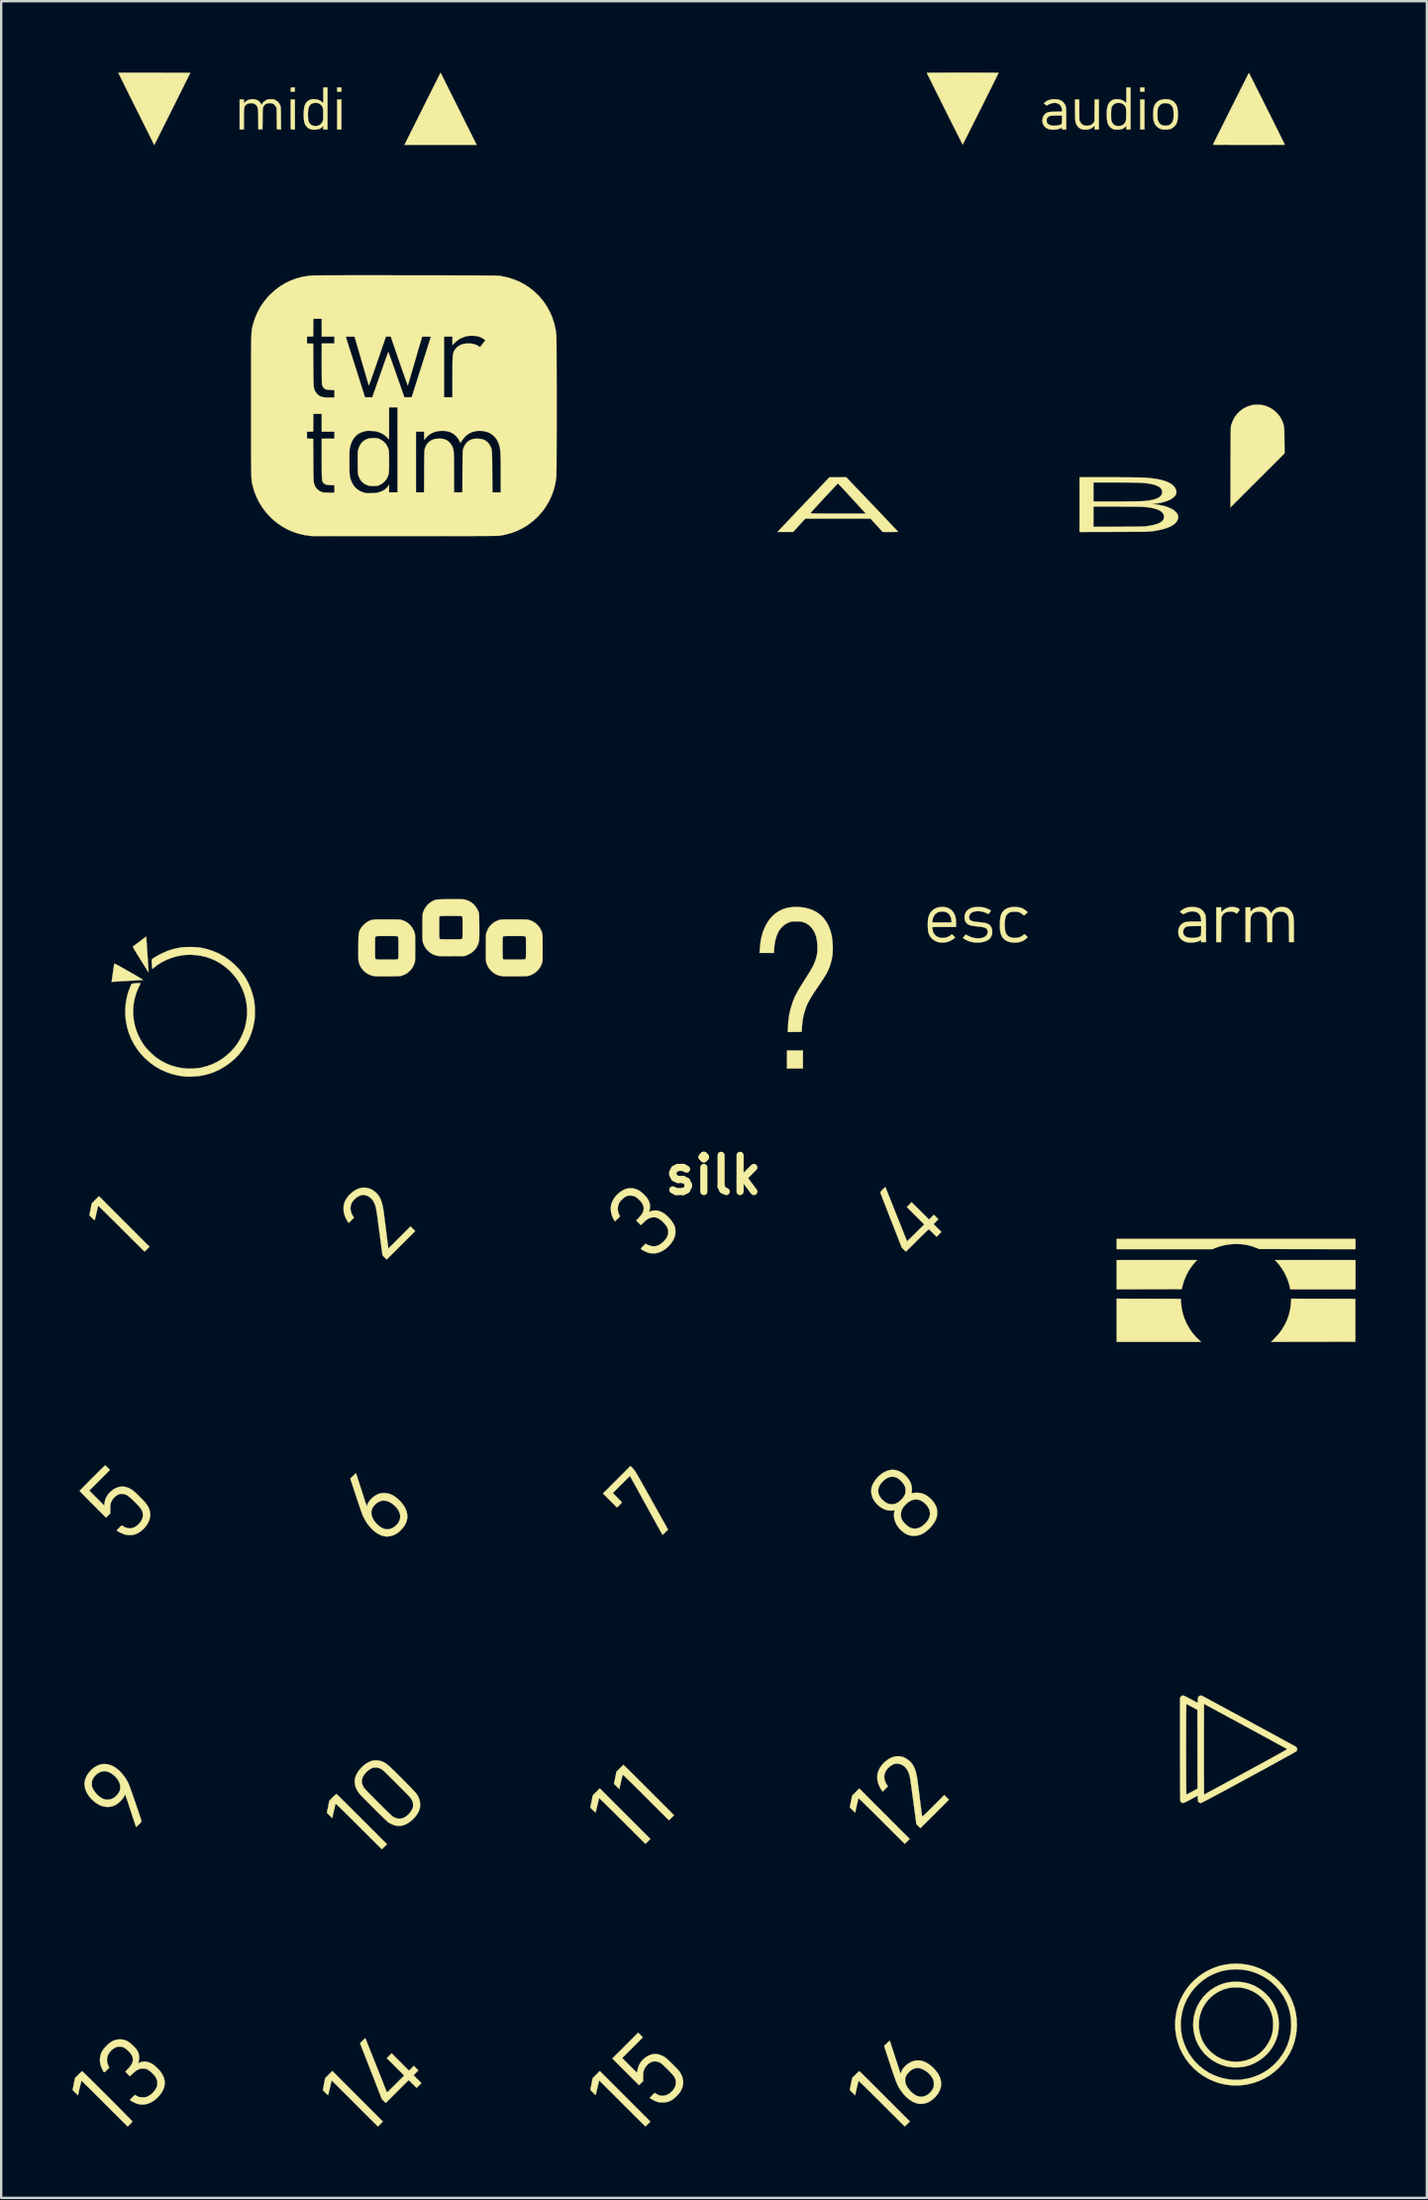
<source format=kicad_pcb>
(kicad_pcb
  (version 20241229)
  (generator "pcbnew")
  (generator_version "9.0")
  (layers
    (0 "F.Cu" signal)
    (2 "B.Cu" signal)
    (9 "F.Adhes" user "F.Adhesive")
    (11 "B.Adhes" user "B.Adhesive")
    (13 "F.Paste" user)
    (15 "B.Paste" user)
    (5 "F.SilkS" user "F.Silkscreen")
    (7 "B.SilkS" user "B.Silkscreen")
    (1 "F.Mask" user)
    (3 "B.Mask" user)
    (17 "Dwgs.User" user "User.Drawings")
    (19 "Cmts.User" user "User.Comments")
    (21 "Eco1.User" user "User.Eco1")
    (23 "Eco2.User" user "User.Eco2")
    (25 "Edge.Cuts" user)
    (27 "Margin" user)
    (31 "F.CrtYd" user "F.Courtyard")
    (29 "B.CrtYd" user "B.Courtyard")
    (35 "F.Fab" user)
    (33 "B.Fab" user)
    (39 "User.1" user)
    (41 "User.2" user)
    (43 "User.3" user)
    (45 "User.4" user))
  (footprint "silk"
    (layer "F.Cu")
    (at 26.957 46.373)
    (property "Reference" "silk" (at 0 0 0) (layer "F.SilkS") (effects (font (size 1.524 1.524) (thickness 0.3))))
    (attr through_hole)
    (fp_poly (pts (xy -15.646 -45.568) (xy -15.824 -45.568) (xy -15.824 -45.745) (xy -15.646 -45.745) (xy -15.646 -45.568)) (stroke (width 0.01) (type solid)) (fill yes) (layer "F.SilkS"))
    (fp_poly (pts (xy -15.646 -43.98) (xy -15.824 -43.98) (xy -15.824 -45.237) (xy -15.646 -45.237) (xy -15.646 -43.98)) (stroke (width 0.01) (type solid)) (fill yes) (layer "F.SilkS"))
    (fp_poly (pts (xy 18.136 -45.568) (xy 17.958 -45.568) (xy 17.958 -45.745) (xy 18.136 -45.745) (xy 18.136 -45.568)) (stroke (width 0.01) (type solid)) (fill yes) (layer "F.SilkS"))
    (fp_poly (pts (xy 18.136 -43.98) (xy 17.958 -43.98) (xy 17.958 -45.237) (xy 18.136 -45.237) (xy 18.136 -43.98)) (stroke (width 0.01) (type solid)) (fill yes) (layer "F.SilkS"))
    (fp_poly (pts (xy -17.602 -45.568) (xy -17.781 -45.568) (xy -17.777 -45.653) (xy -17.774 -45.739) (xy -17.688 -45.743) (xy -17.602 -45.747) (xy -17.602 -45.568)) (stroke (width 0.01) (type solid)) (fill yes) (layer "F.SilkS"))
    (fp_poly (pts (xy 3.769 -4.867) (xy 3.766 -4.489) (xy 3.432 -4.486) (xy 3.099 -4.483) (xy 3.099 -5.245) (xy 3.772 -5.245) (xy 3.769 -4.867)) (stroke (width 0.01) (type solid)) (fill yes) (layer "F.SilkS"))
    (fp_poly (pts (xy 20.274 3.648) (xy 20.128 3.823) (xy 19.999 4.015) (xy 19.89 4.222) (xy 19.8 4.443) (xy 19.737 4.655) (xy 19.701 4.794) (xy 18.334 4.797) (xy 16.967 4.801) (xy 16.967 3.569) (xy 20.348 3.569) (xy 20.274 3.648)) (stroke (width 0.01) (type solid)) (fill yes) (layer "F.SilkS"))
    (fp_poly (pts (xy 27.013 4.801) (xy 24.273 4.801) (xy 24.257 4.721) (xy 24.203 4.517) (xy 24.127 4.313) (xy 24.031 4.113) (xy 23.918 3.924) (xy 23.791 3.748) (xy 23.681 3.623) (xy 23.629 3.569) (xy 27.013 3.569) (xy 27.013 4.801)) (stroke (width 0.01) (type solid)) (fill yes) (layer "F.SilkS"))
    (fp_poly (pts (xy 19.666 5.201) (xy 19.674 5.353) (xy 19.699 5.582) (xy 19.747 5.809) (xy 19.819 6.031) (xy 19.913 6.245) (xy 20.027 6.449) (xy 20.161 6.641) (xy 20.313 6.817) (xy 20.419 6.92) (xy 20.517 7.01) (xy 18.742 7.01) (xy 16.967 7.01) (xy 16.967 5.194) (xy 19.666 5.201)) (stroke (width 0.01) (type solid)) (fill yes) (layer "F.SilkS"))
    (fp_poly (pts (xy 25.659 5.197) (xy 27.007 5.201) (xy 27.007 7.004) (xy 25.236 7.007) (xy 23.465 7.01) (xy 23.605 6.872) (xy 23.773 6.689) (xy 23.919 6.495) (xy 24.042 6.29) (xy 24.143 6.075) (xy 24.219 5.851) (xy 24.273 5.619) (xy 24.301 5.379) (xy 24.304 5.343) (xy 24.312 5.194) (xy 25.659 5.197)) (stroke (width 0.01) (type solid)) (fill yes) (layer "F.SilkS"))
    (fp_poly (pts (xy -17.602 -43.98) (xy -17.683 -43.98) (xy -17.726 -43.981) (xy -17.758 -43.985) (xy -17.772 -43.989) (xy -17.773 -44.003) (xy -17.775 -44.04) (xy -17.776 -44.097) (xy -17.777 -44.172) (xy -17.778 -44.263) (xy -17.779 -44.367) (xy -17.78 -44.481) (xy -17.78 -44.604) (xy -17.78 -44.617) (xy -17.78 -45.237) (xy -17.602 -45.237) (xy -17.602 -43.98)) (stroke (width 0.01) (type solid)) (fill yes) (layer "F.SilkS"))
    (fp_poly (pts (xy 27.013 3.112) (xy 22.955 3.105) (xy 22.847 3.058) (xy 22.648 2.985) (xy 22.437 2.933) (xy 22.219 2.902) (xy 21.995 2.892) (xy 21.77 2.903) (xy 21.546 2.934) (xy 21.327 2.987) (xy 21.116 3.061) (xy 21.104 3.065) (xy 20.993 3.111) (xy 16.967 3.111) (xy 16.967 2.68) (xy 27.013 2.68) (xy 27.013 3.112)) (stroke (width 0.01) (type solid)) (fill yes) (layer "F.SilkS"))
    (fp_poly (pts (xy -24.184 -46.365) (xy -24.013 -46.365) (xy -23.832 -46.365) (xy -23.642 -46.365) (xy -23.511 -46.365) (xy -22 -46.361) (xy -22.758 -44.844) (xy -23.517 -43.326) (xy -24.275 -44.842) (xy -24.367 -45.026) (xy -24.455 -45.203) (xy -24.54 -45.373) (xy -24.62 -45.534) (xy -24.695 -45.684) (xy -24.764 -45.823) (xy -24.826 -45.949) (xy -24.882 -46.061) (xy -24.929 -46.157) (xy -24.968 -46.237) (xy -24.998 -46.298) (xy -25.018 -46.34) (xy -25.027 -46.361) (xy -25.028 -46.363) (xy -25.015 -46.363) (xy -24.978 -46.364) (xy -24.919 -46.364) (xy -24.839 -46.365) (xy -24.74 -46.365) (xy -24.623 -46.365) (xy -24.491 -46.365) (xy -24.344 -46.366) (xy -24.184 -46.365)) (stroke (width 0.01) (type solid)) (fill yes) (layer "F.SilkS"))
    (fp_poly (pts (xy -11.467 -46.352) (xy -11.451 -46.32) (xy -11.424 -46.267) (xy -11.388 -46.195) (xy -11.344 -46.106) (xy -11.291 -46.001) (xy -11.231 -45.881) (xy -11.164 -45.747) (xy -11.091 -45.601) (xy -11.013 -45.445) (xy -10.93 -45.279) (xy -10.843 -45.104) (xy -10.752 -44.923) (xy -10.714 -44.847) (xy -9.957 -43.332) (xy -12.992 -43.332) (xy -12.234 -44.849) (xy -12.142 -45.033) (xy -12.053 -45.21) (xy -11.968 -45.38) (xy -11.888 -45.54) (xy -11.813 -45.69) (xy -11.743 -45.829) (xy -11.68 -45.954) (xy -11.624 -46.066) (xy -11.576 -46.161) (xy -11.536 -46.24) (xy -11.506 -46.301) (xy -11.485 -46.342) (xy -11.474 -46.362) (xy -11.473 -46.364) (xy -11.467 -46.352)) (stroke (width 0.01) (type solid)) (fill yes) (layer "F.SilkS"))
    (fp_poly (pts (xy 21.946 -11.27) (xy 22.048 -11.236) (xy 22.055 -11.233) (xy 22.103 -11.208) (xy 22.129 -11.188) (xy 22.136 -11.167) (xy 22.125 -11.138) (xy 22.096 -11.097) (xy 22.085 -11.083) (xy 22.022 -10.999) (xy 21.976 -11.03) (xy 21.921 -11.06) (xy 21.861 -11.078) (xy 21.787 -11.086) (xy 21.748 -11.087) (xy 21.641 -11.078) (xy 21.551 -11.05) (xy 21.477 -11.003) (xy 21.421 -10.937) (xy 21.398 -10.894) (xy 21.391 -10.877) (xy 21.384 -10.86) (xy 21.379 -10.841) (xy 21.375 -10.818) (xy 21.372 -10.787) (xy 21.37 -10.747) (xy 21.368 -10.693) (xy 21.367 -10.625) (xy 21.366 -10.539) (xy 21.365 -10.432) (xy 21.364 -10.316) (xy 21.36 -9.804) (xy 21.158 -9.804) (xy 21.158 -11.265) (xy 21.361 -11.265) (xy 21.361 -11.058) (xy 21.431 -11.124) (xy 21.52 -11.193) (xy 21.621 -11.242) (xy 21.729 -11.272) (xy 21.838 -11.282) (xy 21.946 -11.27)) (stroke (width 0.01) (type solid)) (fill yes) (layer "F.SilkS"))
    (fp_poly (pts (xy 15.395 -44.801) (xy 15.399 -44.366) (xy 15.437 -44.291) (xy 15.483 -44.222) (xy 15.541 -44.174) (xy 15.614 -44.145) (xy 15.677 -44.136) (xy 15.777 -44.137) (xy 15.863 -44.158) (xy 15.935 -44.198) (xy 15.99 -44.255) (xy 16.003 -44.276) (xy 16.034 -44.329) (xy 16.041 -45.237) (xy 16.218 -45.237) (xy 16.218 -43.98) (xy 16.04 -43.98) (xy 16.04 -44.135) (xy 15.988 -44.088) (xy 15.914 -44.033) (xy 15.833 -43.996) (xy 15.739 -43.976) (xy 15.679 -43.972) (xy 15.601 -43.972) (xy 15.54 -43.978) (xy 15.513 -43.984) (xy 15.425 -44.022) (xy 15.356 -44.074) (xy 15.301 -44.143) (xy 15.277 -44.185) (xy 15.261 -44.219) (xy 15.248 -44.256) (xy 15.238 -44.297) (xy 15.23 -44.346) (xy 15.224 -44.405) (xy 15.219 -44.478) (xy 15.217 -44.568) (xy 15.215 -44.676) (xy 15.215 -44.807) (xy 15.215 -44.821) (xy 15.215 -45.237) (xy 15.391 -45.237) (xy 15.395 -44.801)) (stroke (width 0.01) (type solid)) (fill yes) (layer "F.SilkS"))
    (fp_poly (pts (xy -23.853 -9.98) (xy -23.852 -9.957) (xy -23.848 -9.911) (xy -23.844 -9.845) (xy -23.838 -9.762) (xy -23.831 -9.663) (xy -23.823 -9.552) (xy -23.815 -9.43) (xy -23.806 -9.301) (xy -23.801 -9.233) (xy -23.792 -9.103) (xy -23.784 -8.981) (xy -23.777 -8.869) (xy -23.77 -8.769) (xy -23.765 -8.684) (xy -23.76 -8.616) (xy -23.758 -8.568) (xy -23.756 -8.541) (xy -23.757 -8.536) (xy -23.765 -8.543) (xy -23.781 -8.566) (xy -23.791 -8.581) (xy -23.901 -8.756) (xy -23.998 -8.911) (xy -24.083 -9.047) (xy -24.157 -9.165) (xy -24.22 -9.267) (xy -24.272 -9.352) (xy -24.315 -9.423) (xy -24.35 -9.481) (xy -24.376 -9.526) (xy -24.395 -9.561) (xy -24.407 -9.585) (xy -24.414 -9.601) (xy -24.415 -9.609) (xy -24.414 -9.61) (xy -24.401 -9.621) (xy -24.371 -9.646) (xy -24.326 -9.682) (xy -24.268 -9.726) (xy -24.202 -9.776) (xy -24.13 -9.83) (xy -23.857 -10.035) (xy -23.853 -9.98)) (stroke (width 0.01) (type solid)) (fill yes) (layer "F.SilkS"))
    (fp_poly (pts (xy 7.201 26.854) (xy 8.261 27.914) (xy 8.16 28.016) (xy 8.119 28.057) (xy 8.085 28.089) (xy 8.061 28.111) (xy 8.052 28.118) (xy 8.042 28.109) (xy 8.016 28.083) (xy 7.974 28.042) (xy 7.917 27.986) (xy 7.848 27.917) (xy 7.766 27.836) (xy 7.673 27.744) (xy 7.57 27.642) (xy 7.459 27.531) (xy 7.34 27.413) (xy 7.216 27.288) (xy 7.086 27.158) (xy 7.081 27.153) (xy 6.924 26.997) (xy 6.78 26.853) (xy 6.648 26.722) (xy 6.529 26.604) (xy 6.423 26.501) (xy 6.332 26.411) (xy 6.255 26.337) (xy 6.194 26.279) (xy 6.148 26.237) (xy 6.119 26.211) (xy 6.108 26.203) (xy 6.108 26.204) (xy 6.103 26.22) (xy 6.093 26.257) (xy 6.079 26.312) (xy 6.063 26.381) (xy 6.045 26.46) (xy 6.032 26.515) (xy 5.964 26.811) (xy 5.852 26.699) (xy 5.74 26.587) (xy 5.79 26.341) (xy 5.839 26.095) (xy 5.99 25.944) (xy 6.141 25.794) (xy 7.201 26.854)) (stroke (width 0.01) (type solid)) (fill yes) (layer "F.SilkS"))
    (fp_poly (pts (xy -25.181 -8.892) (xy -25.16 -8.884) (xy -25.128 -8.869) (xy -25.084 -8.846) (xy -25.026 -8.816) (xy -24.954 -8.776) (xy -24.864 -8.725) (xy -24.756 -8.665) (xy -24.629 -8.592) (xy -24.581 -8.565) (xy -24.468 -8.5) (xy -24.363 -8.439) (xy -24.266 -8.383) (xy -24.182 -8.333) (xy -24.11 -8.29) (xy -24.053 -8.256) (xy -24.014 -8.23) (xy -23.993 -8.216) (xy -23.991 -8.212) (xy -24.007 -8.21) (xy -24.046 -8.207) (xy -24.105 -8.203) (xy -24.182 -8.198) (xy -24.273 -8.193) (xy -24.378 -8.186) (xy -24.492 -8.18) (xy -24.606 -8.173) (xy -24.729 -8.166) (xy -24.846 -8.16) (xy -24.953 -8.153) (xy -25.049 -8.147) (xy -25.131 -8.142) (xy -25.195 -8.138) (xy -25.239 -8.135) (xy -25.259 -8.133) (xy -25.314 -8.126) (xy -25.307 -8.168) (xy -25.303 -8.192) (xy -25.297 -8.237) (xy -25.288 -8.3) (xy -25.277 -8.376) (xy -25.265 -8.462) (xy -25.254 -8.541) (xy -25.241 -8.63) (xy -25.229 -8.712) (xy -25.218 -8.783) (xy -25.209 -8.839) (xy -25.203 -8.876) (xy -25.199 -8.892) (xy -25.194 -8.894) (xy -25.181 -8.892)) (stroke (width 0.01) (type solid)) (fill yes) (layer "F.SilkS"))
    (fp_poly (pts (xy -2.648 39.802) (xy -2.749 39.903) (xy -2.79 39.944) (xy -2.824 39.977) (xy -2.848 39.998) (xy -2.857 40.005) (xy -2.867 39.996) (xy -2.893 39.971) (xy -2.935 39.929) (xy -2.992 39.874) (xy -3.062 39.805) (xy -3.144 39.723) (xy -3.236 39.631) (xy -3.339 39.529) (xy -3.45 39.418) (xy -3.569 39.3) (xy -3.694 39.175) (xy -3.824 39.045) (xy -3.829 39.04) (xy -3.959 38.91) (xy -4.084 38.785) (xy -4.203 38.666) (xy -4.315 38.555) (xy -4.418 38.453) (xy -4.511 38.36) (xy -4.593 38.278) (xy -4.663 38.209) (xy -4.72 38.152) (xy -4.763 38.11) (xy -4.79 38.084) (xy -4.801 38.075) (xy -4.801 38.075) (xy -4.805 38.086) (xy -4.814 38.12) (xy -4.827 38.171) (xy -4.843 38.237) (xy -4.861 38.315) (xy -4.876 38.379) (xy -4.896 38.463) (xy -4.914 38.539) (xy -4.929 38.601) (xy -4.941 38.649) (xy -4.95 38.677) (xy -4.953 38.684) (xy -4.964 38.676) (xy -4.989 38.653) (xy -5.025 38.618) (xy -5.066 38.577) (xy -5.173 38.47) (xy -5.075 37.974) (xy -4.925 37.824) (xy -4.775 37.675) (xy -2.648 39.802)) (stroke (width 0.01) (type solid)) (fill yes) (layer "F.SilkS"))
    (fp_poly (pts (xy -23.718 3.01) (xy -23.819 3.111) (xy -23.86 3.152) (xy -23.894 3.185) (xy -23.917 3.206) (xy -23.927 3.213) (xy -23.936 3.204) (xy -23.963 3.179) (xy -24.005 3.137) (xy -24.061 3.082) (xy -24.131 3.013) (xy -24.213 2.931) (xy -24.306 2.839) (xy -24.408 2.737) (xy -24.52 2.626) (xy -24.638 2.508) (xy -24.763 2.383) (xy -24.893 2.253) (xy -24.901 2.245) (xy -25.031 2.115) (xy -25.156 1.99) (xy -25.275 1.872) (xy -25.387 1.761) (xy -25.49 1.659) (xy -25.584 1.566) (xy -25.666 1.485) (xy -25.736 1.416) (xy -25.794 1.36) (xy -25.837 1.318) (xy -25.864 1.292) (xy -25.875 1.283) (xy -25.875 1.283) (xy -25.879 1.297) (xy -25.888 1.332) (xy -25.901 1.384) (xy -25.917 1.451) (xy -25.935 1.528) (xy -25.946 1.575) (xy -25.965 1.658) (xy -25.982 1.733) (xy -25.997 1.798) (xy -26.009 1.847) (xy -26.016 1.877) (xy -26.018 1.884) (xy -26.024 1.892) (xy -26.036 1.888) (xy -26.058 1.872) (xy -26.091 1.842) (xy -26.136 1.798) (xy -26.247 1.687) (xy -26.146 1.184) (xy -25.995 1.033) (xy -25.844 0.883) (xy -23.718 3.01)) (stroke (width 0.01) (type solid)) (fill yes) (layer "F.SilkS"))
    (fp_poly (pts (xy -2.648 27.914) (xy -2.749 28.016) (xy -2.79 28.057) (xy -2.824 28.089) (xy -2.848 28.111) (xy -2.857 28.118) (xy -2.867 28.109) (xy -2.893 28.083) (xy -2.935 28.042) (xy -2.992 27.986) (xy -3.062 27.917) (xy -3.144 27.836) (xy -3.236 27.744) (xy -3.339 27.642) (xy -3.45 27.531) (xy -3.569 27.413) (xy -3.694 27.288) (xy -3.824 27.158) (xy -3.829 27.153) (xy -3.959 27.023) (xy -4.084 26.898) (xy -4.203 26.78) (xy -4.314 26.67) (xy -4.417 26.568) (xy -4.511 26.476) (xy -4.593 26.395) (xy -4.664 26.327) (xy -4.721 26.271) (xy -4.764 26.231) (xy -4.791 26.206) (xy -4.802 26.197) (xy -4.802 26.197) (xy -4.807 26.212) (xy -4.817 26.247) (xy -4.83 26.301) (xy -4.847 26.368) (xy -4.865 26.446) (xy -4.877 26.499) (xy -4.896 26.581) (xy -4.914 26.656) (xy -4.929 26.718) (xy -4.941 26.766) (xy -4.949 26.794) (xy -4.952 26.8) (xy -4.963 26.795) (xy -4.989 26.775) (xy -5.024 26.743) (xy -5.066 26.703) (xy -5.066 26.703) (xy -5.173 26.596) (xy -5.124 26.344) (xy -5.075 26.092) (xy -4.776 25.787) (xy -2.648 27.914)) (stroke (width 0.01) (type solid)) (fill yes) (layer "F.SilkS"))
    (fp_poly (pts (xy -13.9 39.802) (xy -14.002 39.903) (xy -14.042 39.944) (xy -14.077 39.977) (xy -14.1 39.998) (xy -14.109 40.005) (xy -14.119 39.996) (xy -14.146 39.971) (xy -14.188 39.929) (xy -14.244 39.874) (xy -14.314 39.805) (xy -14.396 39.723) (xy -14.489 39.631) (xy -14.591 39.529) (xy -14.702 39.418) (xy -14.821 39.3) (xy -14.946 39.175) (xy -15.076 39.045) (xy -15.081 39.04) (xy -15.211 38.91) (xy -15.336 38.785) (xy -15.455 38.666) (xy -15.567 38.555) (xy -15.67 38.453) (xy -15.763 38.36) (xy -15.845 38.278) (xy -15.916 38.209) (xy -15.973 38.152) (xy -16.016 38.11) (xy -16.043 38.084) (xy -16.053 38.075) (xy -16.053 38.075) (xy -16.058 38.086) (xy -16.067 38.12) (xy -16.08 38.171) (xy -16.096 38.237) (xy -16.114 38.314) (xy -16.128 38.376) (xy -16.147 38.46) (xy -16.165 38.536) (xy -16.181 38.6) (xy -16.193 38.649) (xy -16.202 38.679) (xy -16.205 38.687) (xy -16.216 38.682) (xy -16.241 38.662) (xy -16.277 38.631) (xy -16.319 38.59) (xy -16.319 38.589) (xy -16.426 38.481) (xy -16.377 38.228) (xy -16.327 37.974) (xy -16.177 37.824) (xy -16.027 37.675) (xy -13.9 39.802)) (stroke (width 0.01) (type solid)) (fill yes) (layer "F.SilkS"))
    (fp_poly (pts (xy 23.05 -32.395) (xy 23.15 -32.378) (xy 23.165 -32.374) (xy 23.321 -32.321) (xy 23.467 -32.246) (xy 23.601 -32.152) (xy 23.72 -32.042) (xy 23.822 -31.917) (xy 23.905 -31.78) (xy 23.951 -31.674) (xy 23.967 -31.63) (xy 23.98 -31.59) (xy 23.991 -31.552) (xy 24 -31.513) (xy 24.006 -31.469) (xy 24.012 -31.417) (xy 24.016 -31.356) (xy 24.019 -31.282) (xy 24.021 -31.192) (xy 24.023 -31.084) (xy 24.024 -30.953) (xy 24.025 -30.899) (xy 24.03 -30.359) (xy 22.892 -29.223) (xy 21.755 -28.086) (xy 21.759 -29.775) (xy 21.759 -30.017) (xy 21.76 -30.234) (xy 21.76 -30.428) (xy 21.761 -30.602) (xy 21.761 -30.755) (xy 21.762 -30.889) (xy 21.763 -31.006) (xy 21.763 -31.107) (xy 21.764 -31.194) (xy 21.765 -31.267) (xy 21.767 -31.328) (xy 21.768 -31.378) (xy 21.77 -31.419) (xy 21.772 -31.452) (xy 21.774 -31.479) (xy 21.777 -31.5) (xy 21.779 -31.517) (xy 21.783 -31.532) (xy 21.786 -31.545) (xy 21.788 -31.553) (xy 21.85 -31.721) (xy 21.93 -31.873) (xy 22.03 -32.009) (xy 22.146 -32.127) (xy 22.278 -32.227) (xy 22.426 -32.307) (xy 22.587 -32.367) (xy 22.612 -32.374) (xy 22.709 -32.393) (xy 22.82 -32.402) (xy 22.937 -32.403) (xy 23.05 -32.395)) (stroke (width 0.01) (type solid)) (fill yes) (layer "F.SilkS"))
    (fp_poly (pts (xy -15.846 26.031) (xy -15.818 26.057) (xy -15.775 26.098) (xy -15.718 26.154) (xy -15.647 26.224) (xy -15.564 26.306) (xy -15.469 26.399) (xy -15.365 26.503) (xy -15.251 26.616) (xy -15.13 26.737) (xy -15.002 26.864) (xy -14.868 26.997) (xy -14.786 27.08) (xy -13.728 28.137) (xy -13.834 28.242) (xy -13.875 28.283) (xy -13.91 28.316) (xy -13.935 28.339) (xy -13.945 28.346) (xy -13.955 28.338) (xy -13.981 28.312) (xy -14.023 28.271) (xy -14.079 28.215) (xy -14.149 28.146) (xy -14.231 28.065) (xy -14.324 27.972) (xy -14.426 27.87) (xy -14.537 27.76) (xy -14.656 27.641) (xy -14.781 27.517) (xy -14.911 27.387) (xy -14.916 27.382) (xy -15.072 27.226) (xy -15.216 27.082) (xy -15.349 26.951) (xy -15.468 26.833) (xy -15.573 26.729) (xy -15.665 26.64) (xy -15.741 26.566) (xy -15.803 26.507) (xy -15.848 26.465) (xy -15.877 26.44) (xy -15.889 26.432) (xy -15.889 26.432) (xy -15.894 26.449) (xy -15.903 26.486) (xy -15.917 26.541) (xy -15.933 26.61) (xy -15.952 26.689) (xy -15.964 26.744) (xy -16.032 27.04) (xy -16.256 26.816) (xy -16.205 26.562) (xy -16.154 26.308) (xy -16.012 26.165) (xy -15.962 26.117) (xy -15.919 26.075) (xy -15.884 26.044) (xy -15.862 26.026) (xy -15.856 26.022) (xy -15.846 26.031)) (stroke (width 0.01) (type solid)) (fill yes) (layer "F.SilkS"))
    (fp_poly (pts (xy -3.768 24.812) (xy -3.741 24.838) (xy -3.698 24.879) (xy -3.64 24.935) (xy -3.569 25.005) (xy -3.486 25.087) (xy -3.391 25.18) (xy -3.287 25.284) (xy -3.173 25.397) (xy -3.052 25.517) (xy -2.924 25.645) (xy -2.79 25.778) (xy -2.708 25.861) (xy -1.651 26.918) (xy -1.756 27.023) (xy -1.798 27.064) (xy -1.833 27.097) (xy -1.857 27.119) (xy -1.867 27.127) (xy -1.877 27.118) (xy -1.903 27.093) (xy -1.945 27.052) (xy -2.002 26.996) (xy -2.071 26.927) (xy -2.153 26.845) (xy -2.246 26.753) (xy -2.349 26.651) (xy -2.46 26.54) (xy -2.578 26.422) (xy -2.703 26.297) (xy -2.833 26.168) (xy -2.838 26.162) (xy -2.997 26.004) (xy -3.144 25.858) (xy -3.277 25.725) (xy -3.397 25.607) (xy -3.503 25.503) (xy -3.594 25.414) (xy -3.67 25.341) (xy -3.73 25.283) (xy -3.774 25.243) (xy -3.801 25.219) (xy -3.811 25.213) (xy -3.816 25.229) (xy -3.826 25.267) (xy -3.84 25.322) (xy -3.856 25.391) (xy -3.874 25.47) (xy -3.887 25.525) (xy -3.954 25.821) (xy -4.066 25.709) (xy -4.179 25.596) (xy -4.127 25.343) (xy -4.076 25.089) (xy -3.934 24.946) (xy -3.885 24.897) (xy -3.841 24.856) (xy -3.807 24.824) (xy -3.784 24.806) (xy -3.778 24.803) (xy -3.768 24.812)) (stroke (width 0.01) (type solid)) (fill yes) (layer "F.SilkS"))
    (fp_poly (pts (xy 6.151 37.69) (xy 6.178 37.715) (xy 6.221 37.757) (xy 6.279 37.813) (xy 6.35 37.883) (xy 6.433 37.965) (xy 6.527 38.058) (xy 6.632 38.162) (xy 6.745 38.274) (xy 6.867 38.395) (xy 6.995 38.523) (xy 7.128 38.656) (xy 7.211 38.738) (xy 8.268 39.796) (xy 8.163 39.9) (xy 8.121 39.941) (xy 8.086 39.975) (xy 8.062 39.997) (xy 8.052 40.005) (xy 8.042 39.996) (xy 8.015 39.971) (xy 7.973 39.929) (xy 7.917 39.874) (xy 7.847 39.805) (xy 7.765 39.723) (xy 7.673 39.631) (xy 7.57 39.529) (xy 7.459 39.418) (xy 7.34 39.3) (xy 7.216 39.175) (xy 7.086 39.045) (xy 7.081 39.04) (xy 6.921 38.88) (xy 6.774 38.734) (xy 6.64 38.601) (xy 6.52 38.483) (xy 6.414 38.379) (xy 6.323 38.29) (xy 6.247 38.217) (xy 6.187 38.16) (xy 6.144 38.12) (xy 6.117 38.096) (xy 6.107 38.091) (xy 6.102 38.107) (xy 6.093 38.145) (xy 6.079 38.2) (xy 6.062 38.268) (xy 6.044 38.348) (xy 6.031 38.402) (xy 5.964 38.698) (xy 5.852 38.586) (xy 5.74 38.474) (xy 5.791 38.22) (xy 5.842 37.967) (xy 5.985 37.824) (xy 6.034 37.775) (xy 6.078 37.734) (xy 6.112 37.702) (xy 6.134 37.684) (xy 6.14 37.681) (xy 6.151 37.69)) (stroke (width 0.01) (type solid)) (fill yes) (layer "F.SilkS"))
    (fp_poly (pts (xy -3.389 12.329) (xy -3.374 12.344) (xy -3.359 12.359) (xy -3.345 12.376) (xy -3.33 12.395) (xy -3.313 12.417) (xy -3.294 12.445) (xy -3.273 12.478) (xy -3.247 12.52) (xy -3.217 12.57) (xy -3.181 12.631) (xy -3.14 12.703) (xy -3.091 12.788) (xy -3.035 12.887) (xy -2.97 13.002) (xy -2.897 13.133) (xy -2.813 13.282) (xy -2.718 13.451) (xy -2.612 13.641) (xy -2.599 13.665) (xy -1.906 14.903) (xy -2.016 15.015) (xy -2.059 15.057) (xy -2.096 15.092) (xy -2.122 15.116) (xy -2.135 15.126) (xy -2.135 15.126) (xy -2.142 15.115) (xy -2.161 15.083) (xy -2.19 15.032) (xy -2.229 14.963) (xy -2.277 14.877) (xy -2.333 14.777) (xy -2.396 14.663) (xy -2.466 14.536) (xy -2.542 14.399) (xy -2.623 14.253) (xy -2.708 14.099) (xy -2.795 13.941) (xy -2.883 13.78) (xy -2.969 13.624) (xy -3.051 13.474) (xy -3.129 13.334) (xy -3.201 13.203) (xy -3.266 13.084) (xy -3.324 12.979) (xy -3.374 12.888) (xy -3.416 12.813) (xy -3.447 12.756) (xy -3.468 12.718) (xy -3.477 12.702) (xy -3.509 12.647) (xy -3.869 13.007) (xy -4.229 13.367) (xy -4.039 13.557) (xy -3.982 13.614) (xy -3.932 13.666) (xy -3.892 13.709) (xy -3.863 13.741) (xy -3.849 13.759) (xy -3.848 13.761) (xy -3.857 13.775) (xy -3.88 13.802) (xy -3.914 13.838) (xy -3.95 13.875) (xy -4.052 13.976) (xy -4.642 13.386) (xy -4.064 12.808) (xy -3.486 12.23) (xy -3.389 12.329)) (stroke (width 0.01) (type solid)) (fill yes) (layer "F.SilkS"))
    (fp_poly (pts (xy -14.638 36.297) (xy -14.633 36.31) (xy -14.619 36.343) (xy -14.598 36.397) (xy -14.569 36.468) (xy -14.534 36.555) (xy -14.494 36.655) (xy -14.449 36.767) (xy -14.401 36.89) (xy -14.349 37.02) (xy -14.295 37.155) (xy -14.239 37.295) (xy -14.183 37.437) (xy -14.126 37.578) (xy -14.071 37.718) (xy -14.017 37.854) (xy -13.966 37.983) (xy -13.917 38.105) (xy -13.873 38.217) (xy -13.834 38.317) (xy -13.8 38.403) (xy -13.772 38.473) (xy -13.751 38.525) (xy -13.739 38.556) (xy -13.736 38.563) (xy -13.73 38.566) (xy -13.72 38.564) (xy -13.705 38.554) (xy -13.683 38.536) (xy -13.652 38.508) (xy -13.61 38.469) (xy -13.557 38.416) (xy -13.489 38.349) (xy -13.406 38.266) (xy -13.366 38.226) (xy -13.005 37.865) (xy -13.735 37.135) (xy -13.532 36.931) (xy -13.167 37.296) (xy -12.802 37.661) (xy -12.7 37.56) (xy -12.598 37.459) (xy -12.408 37.65) (xy -12.509 37.751) (xy -12.611 37.852) (xy -12.446 38.017) (xy -12.281 38.183) (xy -12.382 38.284) (xy -12.484 38.385) (xy -12.649 38.221) (xy -12.814 38.056) (xy -13.294 38.535) (xy -13.385 38.626) (xy -13.471 38.711) (xy -13.549 38.789) (xy -13.619 38.858) (xy -13.678 38.917) (xy -13.726 38.963) (xy -13.759 38.996) (xy -13.777 39.012) (xy -13.78 39.014) (xy -13.791 39.006) (xy -13.816 38.983) (xy -13.849 38.951) (xy -13.865 38.935) (xy -13.944 38.855) (xy -14.402 37.682) (xy -14.861 36.508) (xy -14.752 36.4) (xy -14.71 36.358) (xy -14.675 36.325) (xy -14.649 36.304) (xy -14.638 36.297) (xy -14.638 36.297)) (stroke (width 0.01) (type solid)) (fill yes) (layer "F.SilkS"))
    (fp_poly (pts (xy -14.254 -30.998) (xy -14.19 -30.995) (xy -14.144 -30.991) (xy -14.107 -30.984) (xy -14.071 -30.971) (xy -14.029 -30.952) (xy -14.004 -30.94) (xy -13.894 -30.872) (xy -13.802 -30.786) (xy -13.729 -30.684) (xy -13.676 -30.566) (xy -13.659 -30.51) (xy -13.653 -30.473) (xy -13.648 -30.415) (xy -13.644 -30.339) (xy -13.641 -30.249) (xy -13.639 -30.15) (xy -13.638 -30.045) (xy -13.638 -29.938) (xy -13.639 -29.833) (xy -13.641 -29.735) (xy -13.644 -29.646) (xy -13.649 -29.572) (xy -13.654 -29.515) (xy -13.659 -29.483) (xy -13.703 -29.359) (xy -13.767 -29.248) (xy -13.849 -29.153) (xy -13.948 -29.075) (xy -14.014 -29.038) (xy -14.057 -29.018) (xy -14.091 -29.004) (xy -14.123 -28.995) (xy -14.159 -28.99) (xy -14.207 -28.987) (xy -14.273 -28.985) (xy -14.281 -28.985) (xy -14.353 -28.984) (xy -14.407 -28.985) (xy -14.449 -28.989) (xy -14.486 -28.996) (xy -14.526 -29.008) (xy -14.535 -29.011) (xy -14.642 -29.056) (xy -14.732 -29.115) (xy -14.807 -29.192) (xy -14.871 -29.288) (xy -14.924 -29.406) (xy -14.927 -29.413) (xy -14.934 -29.433) (xy -14.939 -29.454) (xy -14.944 -29.478) (xy -14.947 -29.51) (xy -14.95 -29.551) (xy -14.952 -29.604) (xy -14.954 -29.672) (xy -14.956 -29.759) (xy -14.957 -29.866) (xy -14.958 -29.94) (xy -14.959 -30.067) (xy -14.959 -30.171) (xy -14.959 -30.256) (xy -14.958 -30.324) (xy -14.956 -30.378) (xy -14.953 -30.422) (xy -14.949 -30.457) (xy -14.943 -30.488) (xy -14.942 -30.493) (xy -14.906 -30.615) (xy -14.851 -30.724) (xy -14.779 -30.817) (xy -14.693 -30.892) (xy -14.63 -30.929) (xy -14.555 -30.963) (xy -14.482 -30.984) (xy -14.404 -30.996) (xy -14.313 -31) (xy -14.254 -30.998)) (stroke (width 0.01) (type solid)) (fill yes) (layer "F.SilkS"))
    (fp_poly (pts (xy -26.539 37.69) (xy -26.512 37.715) (xy -26.469 37.756) (xy -26.413 37.811) (xy -26.345 37.878) (xy -26.265 37.957) (xy -26.176 38.045) (xy -26.078 38.142) (xy -25.973 38.246) (xy -25.863 38.356) (xy -25.748 38.47) (xy -25.63 38.588) (xy -25.511 38.707) (xy -25.391 38.826) (xy -25.273 38.945) (xy -25.157 39.061) (xy -25.045 39.173) (xy -24.939 39.281) (xy -24.839 39.382) (xy -24.746 39.475) (xy -24.664 39.559) (xy -24.591 39.632) (xy -24.531 39.694) (xy -24.484 39.742) (xy -24.452 39.776) (xy -24.436 39.793) (xy -24.435 39.796) (xy -24.443 39.809) (xy -24.465 39.834) (xy -24.497 39.869) (xy -24.533 39.907) (xy -24.57 39.944) (xy -24.603 39.976) (xy -24.627 39.998) (xy -24.638 40.005) (xy -24.648 39.996) (xy -24.674 39.971) (xy -24.716 39.929) (xy -24.773 39.874) (xy -24.842 39.805) (xy -24.924 39.723) (xy -25.017 39.631) (xy -25.12 39.529) (xy -25.231 39.418) (xy -25.349 39.3) (xy -25.474 39.175) (xy -25.604 39.045) (xy -25.609 39.04) (xy -25.739 38.91) (xy -25.864 38.786) (xy -25.983 38.667) (xy -26.094 38.557) (xy -26.197 38.455) (xy -26.29 38.363) (xy -26.373 38.282) (xy -26.443 38.213) (xy -26.5 38.157) (xy -26.543 38.116) (xy -26.57 38.091) (xy -26.581 38.082) (xy -26.581 38.082) (xy -26.585 38.096) (xy -26.595 38.131) (xy -26.608 38.184) (xy -26.624 38.252) (xy -26.643 38.33) (xy -26.658 38.393) (xy -26.728 38.697) (xy -26.84 38.584) (xy -26.952 38.472) (xy -26.901 38.221) (xy -26.851 37.97) (xy -26.707 37.825) (xy -26.657 37.777) (xy -26.613 37.735) (xy -26.578 37.703) (xy -26.556 37.684) (xy -26.55 37.681) (xy -26.539 37.69)) (stroke (width 0.01) (type solid)) (fill yes) (layer "F.SilkS"))
    (fp_poly (pts (xy -16.231 -43.98) (xy -16.408 -43.98) (xy -16.408 -44.133) (xy -16.448 -44.088) (xy -16.484 -44.054) (xy -16.523 -44.025) (xy -16.534 -44.019) (xy -16.61 -43.991) (xy -16.7 -43.974) (xy -16.795 -43.969) (xy -16.887 -43.976) (xy -16.932 -43.985) (xy -17.018 -44.021) (xy -17.092 -44.078) (xy -17.151 -44.154) (xy -17.193 -44.247) (xy -17.196 -44.257) (xy -17.213 -44.331) (xy -17.225 -44.421) (xy -17.231 -44.522) (xy -17.232 -44.628) (xy -17.23 -44.676) (xy -17.053 -44.676) (xy -17.052 -44.539) (xy -17.047 -44.452) (xy -17.04 -44.386) (xy -17.03 -44.335) (xy -17.016 -44.294) (xy -16.997 -44.258) (xy -16.989 -44.246) (xy -16.934 -44.185) (xy -16.864 -44.145) (xy -16.78 -44.125) (xy -16.711 -44.124) (xy -16.647 -44.132) (xy -16.595 -44.149) (xy -16.568 -44.163) (xy -16.5 -44.217) (xy -16.449 -44.288) (xy -16.421 -44.365) (xy -16.415 -44.408) (xy -16.411 -44.472) (xy -16.41 -44.554) (xy -16.41 -44.65) (xy -16.41 -44.653) (xy -16.412 -44.735) (xy -16.415 -44.796) (xy -16.418 -44.84) (xy -16.422 -44.872) (xy -16.429 -44.897) (xy -16.438 -44.919) (xy -16.444 -44.931) (xy -16.495 -45.005) (xy -16.557 -45.057) (xy -16.632 -45.087) (xy -16.722 -45.098) (xy -16.726 -45.098) (xy -16.813 -45.09) (xy -16.887 -45.067) (xy -16.946 -45.027) (xy -16.991 -44.969) (xy -17.024 -44.892) (xy -17.044 -44.794) (xy -17.053 -44.676) (xy -17.23 -44.676) (xy -17.228 -44.734) (xy -17.219 -44.833) (xy -17.205 -44.922) (xy -17.187 -44.994) (xy -17.176 -45.02) (xy -17.124 -45.109) (xy -17.057 -45.176) (xy -16.977 -45.223) (xy -16.882 -45.248) (xy -16.879 -45.248) (xy -16.767 -45.253) (xy -16.662 -45.238) (xy -16.566 -45.204) (xy -16.485 -45.153) (xy -16.462 -45.133) (xy -16.408 -45.08) (xy -16.408 -45.745) (xy -16.231 -45.745) (xy -16.231 -43.98)) (stroke (width 0.01) (type solid)) (fill yes) (layer "F.SilkS"))
    (fp_poly (pts (xy 10.684 -46.368) (xy 10.87 -46.367) (xy 11.048 -46.367) (xy 11.215 -46.367) (xy 11.371 -46.367) (xy 11.513 -46.366) (xy 11.64 -46.365) (xy 11.75 -46.365) (xy 11.843 -46.364) (xy 11.916 -46.363) (xy 11.967 -46.363) (xy 11.996 -46.362) (xy 12.002 -46.361) (xy 11.996 -46.349) (xy 11.98 -46.316) (xy 11.954 -46.263) (xy 11.919 -46.192) (xy 11.876 -46.105) (xy 11.826 -46.004) (xy 11.769 -45.89) (xy 11.706 -45.764) (xy 11.638 -45.628) (xy 11.567 -45.485) (xy 11.492 -45.335) (xy 11.414 -45.18) (xy 11.335 -45.021) (xy 11.255 -44.861) (xy 11.174 -44.701) (xy 11.095 -44.543) (xy 11.017 -44.387) (xy 10.941 -44.237) (xy 10.869 -44.092) (xy 10.8 -43.956) (xy 10.736 -43.829) (xy 10.678 -43.714) (xy 10.626 -43.611) (xy 10.581 -43.522) (xy 10.545 -43.45) (xy 10.517 -43.395) (xy 10.498 -43.36) (xy 10.49 -43.345) (xy 10.49 -43.345) (xy 10.484 -43.356) (xy 10.467 -43.389) (xy 10.44 -43.441) (xy 10.403 -43.513) (xy 10.358 -43.602) (xy 10.305 -43.707) (xy 10.245 -43.826) (xy 10.178 -43.96) (xy 10.105 -44.105) (xy 10.026 -44.261) (xy 9.943 -44.427) (xy 9.856 -44.601) (xy 9.766 -44.781) (xy 9.731 -44.85) (xy 9.64 -45.033) (xy 9.552 -45.21) (xy 9.467 -45.379) (xy 9.387 -45.539) (xy 9.312 -45.689) (xy 9.243 -45.828) (xy 9.181 -45.953) (xy 9.126 -46.064) (xy 9.078 -46.16) (xy 9.039 -46.238) (xy 9.009 -46.299) (xy 8.989 -46.34) (xy 8.98 -46.36) (xy 8.979 -46.361) (xy 8.991 -46.362) (xy 9.028 -46.363) (xy 9.086 -46.364) (xy 9.165 -46.364) (xy 9.264 -46.365) (xy 9.38 -46.366) (xy 9.512 -46.366) (xy 9.659 -46.367) (xy 9.818 -46.367) (xy 9.989 -46.367) (xy 10.17 -46.368) (xy 10.359 -46.368) (xy 10.49 -46.368) (xy 10.684 -46.368)) (stroke (width 0.01) (type solid)) (fill yes) (layer "F.SilkS"))
    (fp_poly (pts (xy 22.536 -46.344) (xy 22.553 -46.312) (xy 22.579 -46.26) (xy 22.615 -46.19) (xy 22.658 -46.104) (xy 22.709 -46.004) (xy 22.766 -45.89) (xy 22.829 -45.765) (xy 22.897 -45.63) (xy 22.969 -45.487) (xy 23.044 -45.337) (xy 23.122 -45.183) (xy 23.201 -45.024) (xy 23.281 -44.864) (xy 23.362 -44.704) (xy 23.441 -44.546) (xy 23.519 -44.39) (xy 23.594 -44.239) (xy 23.667 -44.094) (xy 23.735 -43.957) (xy 23.799 -43.83) (xy 23.856 -43.714) (xy 23.908 -43.61) (xy 23.952 -43.521) (xy 23.988 -43.447) (xy 24.016 -43.392) (xy 24.034 -43.355) (xy 24.041 -43.339) (xy 24.041 -43.339) (xy 24.029 -43.338) (xy 23.992 -43.337) (xy 23.934 -43.336) (xy 23.855 -43.336) (xy 23.756 -43.335) (xy 23.64 -43.334) (xy 23.508 -43.334) (xy 23.361 -43.333) (xy 23.202 -43.333) (xy 23.031 -43.333) (xy 22.85 -43.333) (xy 22.661 -43.332) (xy 22.53 -43.332) (xy 22.336 -43.332) (xy 22.15 -43.333) (xy 21.972 -43.333) (xy 21.805 -43.333) (xy 21.649 -43.334) (xy 21.507 -43.334) (xy 21.38 -43.335) (xy 21.27 -43.335) (xy 21.177 -43.336) (xy 21.104 -43.337) (xy 21.053 -43.337) (xy 21.024 -43.338) (xy 21.018 -43.339) (xy 21.024 -43.351) (xy 21.04 -43.385) (xy 21.066 -43.437) (xy 21.101 -43.508) (xy 21.144 -43.595) (xy 21.194 -43.696) (xy 21.251 -43.81) (xy 21.314 -43.936) (xy 21.382 -44.072) (xy 21.453 -44.215) (xy 21.528 -44.365) (xy 21.606 -44.52) (xy 21.685 -44.679) (xy 21.765 -44.839) (xy 21.846 -44.999) (xy 21.925 -45.157) (xy 22.003 -45.313) (xy 22.079 -45.464) (xy 22.151 -45.608) (xy 22.22 -45.744) (xy 22.284 -45.871) (xy 22.342 -45.987) (xy 22.394 -46.089) (xy 22.439 -46.178) (xy 22.475 -46.25) (xy 22.503 -46.305) (xy 22.522 -46.34) (xy 22.53 -46.355) (xy 22.53 -46.355) (xy 22.536 -46.344)) (stroke (width 0.01) (type solid)) (fill yes) (layer "F.SilkS"))
    (fp_poly (pts (xy 12.82 -11.272) (xy 12.93 -11.249) (xy 13.027 -11.21) (xy 13.114 -11.154) (xy 13.154 -11.12) (xy 13.222 -11.058) (xy 13.193 -11.027) (xy 13.164 -10.999) (xy 13.128 -10.967) (xy 13.116 -10.958) (xy 13.068 -10.919) (xy 13.016 -10.967) (xy 12.973 -10.999) (xy 12.922 -11.032) (xy 12.892 -11.047) (xy 12.857 -11.062) (xy 12.825 -11.072) (xy 12.788 -11.078) (xy 12.74 -11.08) (xy 12.681 -11.081) (xy 12.593 -11.078) (xy 12.524 -11.069) (xy 12.468 -11.051) (xy 12.419 -11.023) (xy 12.378 -10.988) (xy 12.339 -10.944) (xy 12.31 -10.895) (xy 12.289 -10.835) (xy 12.274 -10.758) (xy 12.265 -10.683) (xy 12.259 -10.585) (xy 12.259 -10.485) (xy 12.265 -10.388) (xy 12.275 -10.3) (xy 12.291 -10.226) (xy 12.306 -10.183) (xy 12.351 -10.107) (xy 12.412 -10.05) (xy 12.49 -10.009) (xy 12.587 -9.983) (xy 12.597 -9.981) (xy 12.689 -9.976) (xy 12.784 -9.984) (xy 12.875 -10.006) (xy 12.956 -10.039) (xy 13.021 -10.082) (xy 13.038 -10.098) (xy 13.063 -10.121) (xy 13.084 -10.134) (xy 13.087 -10.135) (xy 13.102 -10.126) (xy 13.129 -10.104) (xy 13.162 -10.073) (xy 13.222 -10.011) (xy 13.161 -9.95) (xy 13.079 -9.885) (xy 12.98 -9.835) (xy 12.867 -9.8) (xy 12.744 -9.783) (xy 12.616 -9.782) (xy 12.527 -9.793) (xy 12.438 -9.814) (xy 12.353 -9.847) (xy 12.28 -9.887) (xy 12.265 -9.898) (xy 12.201 -9.955) (xy 12.15 -10.022) (xy 12.111 -10.101) (xy 12.082 -10.194) (xy 12.064 -10.304) (xy 12.055 -10.432) (xy 12.055 -10.582) (xy 12.056 -10.611) (xy 12.063 -10.735) (xy 12.076 -10.838) (xy 12.095 -10.923) (xy 12.123 -10.995) (xy 12.159 -11.058) (xy 12.206 -11.114) (xy 12.217 -11.126) (xy 12.294 -11.188) (xy 12.384 -11.234) (xy 12.49 -11.263) (xy 12.614 -11.278) (xy 12.693 -11.28) (xy 12.82 -11.272)) (stroke (width 0.01) (type solid)) (fill yes) (layer "F.SilkS"))
    (fp_poly (pts (xy 19.141 -45.244) (xy 19.245 -45.218) (xy 19.333 -45.173) (xy 19.405 -45.11) (xy 19.465 -45.026) (xy 19.489 -44.979) (xy 19.515 -44.903) (xy 19.533 -44.809) (xy 19.543 -44.704) (xy 19.545 -44.592) (xy 19.539 -44.481) (xy 19.525 -44.376) (xy 19.503 -44.283) (xy 19.493 -44.252) (xy 19.452 -44.175) (xy 19.392 -44.103) (xy 19.32 -44.044) (xy 19.247 -44.006) (xy 19.179 -43.987) (xy 19.096 -43.975) (xy 19.009 -43.971) (xy 18.927 -43.974) (xy 18.866 -43.985) (xy 18.763 -44.023) (xy 18.676 -44.082) (xy 18.605 -44.159) (xy 18.553 -44.253) (xy 18.519 -44.363) (xy 18.517 -44.372) (xy 18.51 -44.427) (xy 18.506 -44.5) (xy 18.504 -44.583) (xy 18.505 -44.624) (xy 18.683 -44.624) (xy 18.683 -44.576) (xy 18.686 -44.5) (xy 18.688 -44.444) (xy 18.692 -44.403) (xy 18.698 -44.372) (xy 18.707 -44.345) (xy 18.719 -44.317) (xy 18.724 -44.307) (xy 18.771 -44.234) (xy 18.829 -44.182) (xy 18.902 -44.15) (xy 18.99 -44.137) (xy 19.037 -44.137) (xy 19.116 -44.145) (xy 19.175 -44.163) (xy 19.183 -44.167) (xy 19.249 -44.211) (xy 19.298 -44.267) (xy 19.332 -44.338) (xy 19.355 -44.429) (xy 19.356 -44.439) (xy 19.363 -44.503) (xy 19.365 -44.579) (xy 19.364 -44.66) (xy 19.359 -44.739) (xy 19.351 -44.81) (xy 19.341 -44.865) (xy 19.336 -44.881) (xy 19.296 -44.961) (xy 19.239 -45.022) (xy 19.166 -45.063) (xy 19.079 -45.084) (xy 19.034 -45.087) (xy 18.952 -45.083) (xy 18.888 -45.069) (xy 18.834 -45.042) (xy 18.785 -45) (xy 18.782 -44.997) (xy 18.747 -44.956) (xy 18.72 -44.911) (xy 18.701 -44.86) (xy 18.69 -44.798) (xy 18.684 -44.72) (xy 18.683 -44.624) (xy 18.505 -44.624) (xy 18.505 -44.669) (xy 18.509 -44.752) (xy 18.515 -44.823) (xy 18.522 -44.871) (xy 18.556 -44.981) (xy 18.607 -45.073) (xy 18.675 -45.146) (xy 18.76 -45.2) (xy 18.861 -45.235) (xy 18.98 -45.251) (xy 19.02 -45.252) (xy 19.141 -45.244)) (stroke (width 0.01) (type solid)) (fill yes) (layer "F.SilkS"))
    (fp_poly (pts (xy 17.551 -43.98) (xy 17.374 -43.98) (xy 17.374 -44.128) (xy 17.318 -44.075) (xy 17.275 -44.041) (xy 17.227 -44.011) (xy 17.201 -44) (xy 17.144 -43.985) (xy 17.072 -43.976) (xy 16.995 -43.972) (xy 16.922 -43.974) (xy 16.862 -43.981) (xy 16.85 -43.984) (xy 16.762 -44.022) (xy 16.688 -44.08) (xy 16.629 -44.158) (xy 16.587 -44.253) (xy 16.585 -44.259) (xy 16.572 -44.317) (xy 16.561 -44.394) (xy 16.554 -44.484) (xy 16.55 -44.58) (xy 16.55 -44.602) (xy 16.732 -44.602) (xy 16.733 -44.518) (xy 16.734 -44.455) (xy 16.736 -44.409) (xy 16.74 -44.374) (xy 16.745 -44.347) (xy 16.753 -44.323) (xy 16.762 -44.304) (xy 16.806 -44.228) (xy 16.862 -44.173) (xy 16.93 -44.139) (xy 17.014 -44.125) (xy 17.071 -44.125) (xy 17.135 -44.132) (xy 17.186 -44.148) (xy 17.212 -44.162) (xy 17.253 -44.191) (xy 17.289 -44.224) (xy 17.299 -44.237) (xy 17.321 -44.268) (xy 17.338 -44.297) (xy 17.35 -44.329) (xy 17.358 -44.368) (xy 17.363 -44.418) (xy 17.366 -44.482) (xy 17.367 -44.566) (xy 17.367 -44.621) (xy 17.367 -44.709) (xy 17.366 -44.774) (xy 17.365 -44.823) (xy 17.362 -44.858) (xy 17.357 -44.884) (xy 17.35 -44.905) (xy 17.341 -44.924) (xy 17.338 -44.931) (xy 17.288 -45.004) (xy 17.226 -45.055) (xy 17.151 -45.086) (xy 17.06 -45.097) (xy 17.05 -45.097) (xy 16.964 -45.09) (xy 16.894 -45.066) (xy 16.833 -45.023) (xy 16.818 -45.009) (xy 16.79 -44.976) (xy 16.769 -44.941) (xy 16.753 -44.899) (xy 16.743 -44.847) (xy 16.736 -44.78) (xy 16.733 -44.695) (xy 16.732 -44.602) (xy 16.55 -44.602) (xy 16.55 -44.677) (xy 16.554 -44.769) (xy 16.559 -44.829) (xy 16.582 -44.948) (xy 16.62 -45.049) (xy 16.674 -45.129) (xy 16.743 -45.19) (xy 16.827 -45.231) (xy 16.903 -45.248) (xy 17.015 -45.253) (xy 17.12 -45.238) (xy 17.216 -45.204) (xy 17.297 -45.153) (xy 17.32 -45.133) (xy 17.374 -45.08) (xy 17.374 -45.745) (xy 17.551 -45.745) (xy 17.551 -43.98)) (stroke (width 0.01) (type solid)) (fill yes) (layer "F.SilkS"))
    (fp_poly (pts (xy -14.526 0.543) (xy -14.404 0.587) (xy -14.306 0.642) (xy -14.208 0.716) (xy -14.124 0.801) (xy -14.054 0.899) (xy -13.995 1.012) (xy -13.948 1.143) (xy -13.909 1.295) (xy -13.889 1.402) (xy -13.881 1.448) (xy -13.872 1.516) (xy -13.859 1.604) (xy -13.845 1.708) (xy -13.83 1.825) (xy -13.813 1.953) (xy -13.796 2.089) (xy -13.778 2.229) (xy -13.765 2.334) (xy -13.672 3.086) (xy -13.205 2.62) (xy -12.738 2.153) (xy -12.541 2.35) (xy -13.138 2.946) (xy -13.24 3.048) (xy -13.337 3.145) (xy -13.426 3.234) (xy -13.508 3.315) (xy -13.58 3.386) (xy -13.64 3.446) (xy -13.688 3.492) (xy -13.721 3.525) (xy -13.739 3.541) (xy -13.742 3.543) (xy -13.753 3.535) (xy -13.777 3.512) (xy -13.811 3.479) (xy -13.832 3.458) (xy -13.916 3.372) (xy -14.032 2.496) (xy -14.059 2.297) (xy -14.082 2.122) (xy -14.103 1.968) (xy -14.121 1.835) (xy -14.137 1.719) (xy -14.151 1.62) (xy -14.164 1.536) (xy -14.176 1.466) (xy -14.187 1.406) (xy -14.197 1.356) (xy -14.208 1.314) (xy -14.218 1.278) (xy -14.229 1.246) (xy -14.24 1.217) (xy -14.253 1.189) (xy -14.267 1.16) (xy -14.282 1.13) (xy -14.339 1.04) (xy -14.411 0.962) (xy -14.493 0.901) (xy -14.584 0.858) (xy -14.677 0.835) (xy -14.771 0.834) (xy -14.794 0.838) (xy -14.884 0.866) (xy -14.974 0.915) (xy -15.06 0.98) (xy -15.136 1.056) (xy -15.197 1.141) (xy -15.216 1.175) (xy -15.252 1.277) (xy -15.265 1.385) (xy -15.254 1.495) (xy -15.221 1.605) (xy -15.166 1.71) (xy -15.116 1.787) (xy -15.338 2.009) (xy -15.376 1.954) (xy -15.455 1.821) (xy -15.512 1.683) (xy -15.546 1.544) (xy -15.558 1.406) (xy -15.547 1.27) (xy -15.513 1.141) (xy -15.479 1.061) (xy -15.412 0.95) (xy -15.328 0.846) (xy -15.223 0.747) (xy -15.151 0.689) (xy -15.03 0.612) (xy -14.905 0.558) (xy -14.778 0.528) (xy -14.652 0.523) (xy -14.526 0.543)) (stroke (width 0.01) (type solid)) (fill yes) (layer "F.SilkS"))
    (fp_poly (pts (xy 9.795 -11.263) (xy 9.902 -11.224) (xy 9.996 -11.164) (xy 10.044 -11.119) (xy 10.105 -11.043) (xy 10.152 -10.957) (xy 10.184 -10.859) (xy 10.203 -10.744) (xy 10.21 -10.611) (xy 10.211 -10.589) (xy 10.211 -10.439) (xy 9.709 -10.439) (xy 9.599 -10.439) (xy 9.497 -10.439) (xy 9.407 -10.437) (xy 9.33 -10.436) (xy 9.269 -10.434) (xy 9.228 -10.433) (xy 9.209 -10.431) (xy 9.208 -10.43) (xy 9.21 -10.413) (xy 9.214 -10.379) (xy 9.22 -10.334) (xy 9.22 -10.334) (xy 9.246 -10.23) (xy 9.29 -10.143) (xy 9.353 -10.074) (xy 9.434 -10.023) (xy 9.532 -9.989) (xy 9.568 -9.982) (xy 9.676 -9.977) (xy 9.786 -9.994) (xy 9.889 -10.031) (xy 9.981 -10.087) (xy 9.992 -10.096) (xy 10.039 -10.134) (xy 10.172 -10.002) (xy 10.141 -9.97) (xy 10.097 -9.933) (xy 10.036 -9.893) (xy 9.965 -9.855) (xy 9.891 -9.823) (xy 9.884 -9.821) (xy 9.824 -9.804) (xy 9.75 -9.792) (xy 9.672 -9.784) (xy 9.599 -9.782) (xy 9.54 -9.786) (xy 9.538 -9.787) (xy 9.409 -9.82) (xy 9.298 -9.871) (xy 9.206 -9.939) (xy 9.131 -10.025) (xy 9.074 -10.129) (xy 9.047 -10.204) (xy 9.037 -10.251) (xy 9.03 -10.316) (xy 9.025 -10.395) (xy 9.022 -10.483) (xy 9.022 -10.572) (xy 9.024 -10.63) (xy 9.208 -10.63) (xy 10.02 -10.63) (xy 10.02 -10.684) (xy 10.012 -10.762) (xy 9.989 -10.846) (xy 9.955 -10.922) (xy 9.951 -10.928) (xy 9.897 -10.997) (xy 9.828 -11.047) (xy 9.743 -11.077) (xy 9.641 -11.087) (xy 9.637 -11.087) (xy 9.545 -11.082) (xy 9.47 -11.065) (xy 9.406 -11.035) (xy 9.392 -11.026) (xy 9.321 -10.962) (xy 9.268 -10.88) (xy 9.231 -10.779) (xy 9.215 -10.69) (xy 9.208 -10.63) (xy 9.024 -10.63) (xy 9.024 -10.658) (xy 9.029 -10.734) (xy 9.036 -10.795) (xy 9.041 -10.82) (xy 9.083 -10.946) (xy 9.141 -11.051) (xy 9.215 -11.137) (xy 9.305 -11.203) (xy 9.411 -11.249) (xy 9.532 -11.275) (xy 9.544 -11.277) (xy 9.675 -11.281) (xy 9.795 -11.263)) (stroke (width 0.01) (type solid)) (fill yes) (layer "F.SilkS"))
    (fp_poly (pts (xy 7.245 0.511) (xy 7.25 0.522) (xy 7.272 0.578) (xy 7.301 0.651) (xy 7.336 0.74) (xy 7.377 0.843) (xy 7.422 0.957) (xy 7.471 1.081) (xy 7.523 1.213) (xy 7.578 1.35) (xy 7.634 1.491) (xy 7.691 1.634) (xy 7.748 1.777) (xy 7.804 1.918) (xy 7.858 2.054) (xy 7.91 2.185) (xy 7.959 2.308) (xy 8.004 2.421) (xy 8.045 2.522) (xy 8.079 2.609) (xy 8.108 2.68) (xy 8.13 2.734) (xy 8.144 2.768) (xy 8.149 2.781) (xy 8.149 2.781) (xy 8.159 2.773) (xy 8.185 2.75) (xy 8.224 2.712) (xy 8.276 2.662) (xy 8.339 2.601) (xy 8.409 2.532) (xy 8.486 2.455) (xy 8.513 2.428) (xy 8.871 2.07) (xy 8.506 1.705) (xy 8.14 1.339) (xy 8.344 1.137) (xy 8.709 1.502) (xy 9.075 1.867) (xy 9.277 1.664) (xy 9.467 1.854) (xy 9.265 2.058) (xy 9.43 2.223) (xy 9.594 2.387) (xy 9.493 2.489) (xy 9.392 2.591) (xy 9.233 2.432) (xy 9.181 2.381) (xy 9.134 2.336) (xy 9.097 2.302) (xy 9.071 2.28) (xy 9.061 2.273) (xy 9.05 2.282) (xy 9.023 2.307) (xy 8.981 2.347) (xy 8.926 2.4) (xy 8.861 2.464) (xy 8.786 2.537) (xy 8.703 2.619) (xy 8.615 2.707) (xy 8.579 2.743) (xy 8.489 2.833) (xy 8.404 2.918) (xy 8.326 2.995) (xy 8.258 3.063) (xy 8.199 3.12) (xy 8.153 3.165) (xy 8.121 3.196) (xy 8.104 3.212) (xy 8.102 3.213) (xy 8.091 3.205) (xy 8.066 3.182) (xy 8.032 3.149) (xy 8.011 3.127) (xy 7.926 3.042) (xy 7.479 1.899) (xy 7.415 1.736) (xy 7.354 1.579) (xy 7.296 1.431) (xy 7.243 1.292) (xy 7.193 1.165) (xy 7.149 1.051) (xy 7.111 0.951) (xy 7.079 0.868) (xy 7.054 0.803) (xy 7.037 0.758) (xy 7.028 0.734) (xy 7.027 0.73) (xy 7.03 0.712) (xy 7.048 0.686) (xy 7.082 0.647) (xy 7.13 0.598) (xy 7.175 0.553) (xy 7.206 0.524) (xy 7.226 0.508) (xy 7.238 0.505) (xy 7.245 0.511)) (stroke (width 0.01) (type solid)) (fill yes) (layer "F.SilkS"))
    (fp_poly (pts (xy -19.272 -45.241) (xy -19.182 -45.21) (xy -19.107 -45.158) (xy -19.048 -45.087) (xy -19.041 -45.075) (xy -19.007 -45.017) (xy -18.987 -45.048) (xy -18.921 -45.129) (xy -18.843 -45.192) (xy -18.756 -45.235) (xy -18.743 -45.239) (xy -18.71 -45.245) (xy -18.661 -45.249) (xy -18.606 -45.251) (xy -18.6 -45.251) (xy -18.543 -45.25) (xy -18.5 -45.244) (xy -18.459 -45.23) (xy -18.42 -45.212) (xy -18.336 -45.158) (xy -18.27 -45.087) (xy -18.222 -44.998) (xy -18.222 -44.997) (xy -18.214 -44.978) (xy -18.208 -44.959) (xy -18.203 -44.937) (xy -18.2 -44.91) (xy -18.197 -44.874) (xy -18.194 -44.827) (xy -18.193 -44.767) (xy -18.191 -44.69) (xy -18.19 -44.593) (xy -18.189 -44.475) (xy -18.189 -44.453) (xy -18.185 -43.979) (xy -18.358 -43.986) (xy -18.371 -44.888) (xy -18.404 -44.945) (xy -18.451 -45.01) (xy -18.506 -45.054) (xy -18.573 -45.078) (xy -18.656 -45.087) (xy -18.663 -45.087) (xy -18.752 -45.078) (xy -18.825 -45.05) (xy -18.884 -45.002) (xy -18.927 -44.939) (xy -18.935 -44.924) (xy -18.941 -44.909) (xy -18.945 -44.889) (xy -18.949 -44.863) (xy -18.952 -44.828) (xy -18.954 -44.78) (xy -18.956 -44.718) (xy -18.958 -44.638) (xy -18.96 -44.538) (xy -18.961 -44.437) (xy -18.967 -43.986) (xy -19.052 -43.983) (xy -19.137 -43.979) (xy -19.142 -44.415) (xy -19.144 -44.54) (xy -19.146 -44.642) (xy -19.148 -44.725) (xy -19.152 -44.791) (xy -19.157 -44.843) (xy -19.163 -44.883) (xy -19.172 -44.915) (xy -19.183 -44.94) (xy -19.198 -44.963) (xy -19.215 -44.986) (xy -19.223 -44.995) (xy -19.282 -45.045) (xy -19.354 -45.075) (xy -19.443 -45.087) (xy -19.451 -45.087) (xy -19.539 -45.077) (xy -19.613 -45.048) (xy -19.669 -45.005) (xy -19.689 -44.985) (xy -19.705 -44.963) (xy -19.718 -44.938) (xy -19.728 -44.906) (xy -19.736 -44.865) (xy -19.741 -44.812) (xy -19.745 -44.745) (xy -19.747 -44.661) (xy -19.748 -44.558) (xy -19.748 -44.432) (xy -19.748 -44.41) (xy -19.748 -43.98) (xy -19.926 -43.98) (xy -19.926 -45.237) (xy -19.748 -45.237) (xy -19.748 -45.082) (xy -19.68 -45.145) (xy -19.607 -45.199) (xy -19.527 -45.234) (xy -19.435 -45.25) (xy -19.377 -45.252) (xy -19.272 -45.241)) (stroke (width 0.01) (type solid)) (fill yes) (layer "F.SilkS"))
    (fp_poly (pts (xy 6.668 -28.224) (xy 6.804 -28.082) (xy 6.935 -27.944) (xy 7.06 -27.812) (xy 7.179 -27.687) (xy 7.29 -27.571) (xy 7.391 -27.464) (xy 7.483 -27.368) (xy 7.563 -27.283) (xy 7.631 -27.211) (xy 7.686 -27.153) (xy 7.726 -27.11) (xy 7.75 -27.084) (xy 7.758 -27.075) (xy 7.763 -27.068) (xy 7.762 -27.062) (xy 7.755 -27.058) (xy 7.737 -27.055) (xy 7.706 -27.053) (xy 7.659 -27.052) (xy 7.594 -27.051) (xy 7.508 -27.051) (xy 7.451 -27.051) (xy 7.127 -27.051) (xy 6.614 -27.61) (xy 3.867 -27.61) (xy 3.613 -27.331) (xy 3.359 -27.053) (xy 3.03 -27.052) (xy 2.702 -27.051) (xy 2.783 -27.14) (xy 2.802 -27.161) (xy 2.838 -27.199) (xy 2.889 -27.252) (xy 2.953 -27.321) (xy 3.031 -27.402) (xy 3.12 -27.496) (xy 3.219 -27.6) (xy 3.327 -27.714) (xy 3.443 -27.836) (xy 3.451 -27.844) (xy 4.088 -27.844) (xy 4.09 -27.841) (xy 4.096 -27.838) (xy 4.109 -27.835) (xy 4.13 -27.833) (xy 4.16 -27.831) (xy 4.2 -27.83) (xy 4.253 -27.829) (xy 4.319 -27.828) (xy 4.401 -27.827) (xy 4.5 -27.827) (xy 4.616 -27.826) (xy 4.753 -27.826) (xy 4.911 -27.826) (xy 5.091 -27.826) (xy 5.246 -27.826) (xy 6.416 -27.826) (xy 6.29 -27.962) (xy 6.256 -27.999) (xy 6.208 -28.051) (xy 6.146 -28.118) (xy 6.075 -28.196) (xy 5.994 -28.283) (xy 5.908 -28.377) (xy 5.818 -28.475) (xy 5.726 -28.575) (xy 5.709 -28.594) (xy 5.622 -28.688) (xy 5.54 -28.777) (xy 5.465 -28.858) (xy 5.397 -28.929) (xy 5.34 -28.99) (xy 5.294 -29.038) (xy 5.261 -29.071) (xy 5.243 -29.088) (xy 5.241 -29.089) (xy 5.23 -29.08) (xy 5.204 -29.054) (xy 5.165 -29.014) (xy 5.114 -28.96) (xy 5.052 -28.894) (xy 4.982 -28.82) (xy 4.905 -28.738) (xy 4.823 -28.65) (xy 4.738 -28.559) (xy 4.652 -28.466) (xy 4.566 -28.373) (xy 4.482 -28.282) (xy 4.401 -28.194) (xy 4.326 -28.113) (xy 4.258 -28.038) (xy 4.2 -27.974) (xy 4.151 -27.92) (xy 4.116 -27.88) (xy 4.094 -27.855) (xy 4.089 -27.848) (xy 4.088 -27.844) (xy 3.451 -27.844) (xy 3.565 -27.965) (xy 3.693 -28.099) (xy 3.825 -28.238) (xy 3.873 -28.288) (xy 4.883 -29.348) (xy 5.594 -29.349) (xy 6.668 -28.224)) (stroke (width 0.01) (type solid)) (fill yes) (layer "F.SilkS"))
    (fp_poly (pts (xy 14.469 -45.244) (xy 14.572 -45.219) (xy 14.658 -45.176) (xy 14.73 -45.115) (xy 14.788 -45.034) (xy 14.811 -44.989) (xy 14.818 -44.972) (xy 14.825 -44.955) (xy 14.829 -44.935) (xy 14.833 -44.91) (xy 14.836 -44.877) (xy 14.838 -44.832) (xy 14.84 -44.774) (xy 14.841 -44.7) (xy 14.843 -44.606) (xy 14.844 -44.491) (xy 14.844 -44.453) (xy 14.848 -43.98) (xy 14.668 -43.98) (xy 14.668 -44.019) (xy 14.666 -44.045) (xy 14.659 -44.054) (xy 14.659 -44.054) (xy 14.548 -44.006) (xy 14.457 -43.981) (xy 14.386 -43.972) (xy 14.307 -43.969) (xy 14.228 -43.972) (xy 14.161 -43.98) (xy 14.135 -43.985) (xy 14.054 -44.014) (xy 13.99 -44.05) (xy 13.936 -44.099) (xy 13.933 -44.103) (xy 13.881 -44.179) (xy 13.852 -44.265) (xy 13.846 -44.321) (xy 14.023 -44.321) (xy 14.029 -44.284) (xy 14.043 -44.254) (xy 14.045 -44.251) (xy 14.093 -44.198) (xy 14.16 -44.161) (xy 14.246 -44.14) (xy 14.35 -44.134) (xy 14.47 -44.145) (xy 14.482 -44.147) (xy 14.558 -44.162) (xy 14.612 -44.182) (xy 14.646 -44.207) (xy 14.655 -44.221) (xy 14.66 -44.242) (xy 14.665 -44.284) (xy 14.667 -44.339) (xy 14.668 -44.402) (xy 14.668 -44.405) (xy 14.668 -44.564) (xy 14.443 -44.564) (xy 14.366 -44.563) (xy 14.295 -44.561) (xy 14.234 -44.558) (xy 14.189 -44.554) (xy 14.169 -44.551) (xy 14.129 -44.533) (xy 14.087 -44.506) (xy 14.074 -44.495) (xy 14.049 -44.47) (xy 14.034 -44.446) (xy 14.027 -44.414) (xy 14.024 -44.372) (xy 14.023 -44.321) (xy 13.846 -44.321) (xy 13.843 -44.355) (xy 13.852 -44.45) (xy 13.881 -44.532) (xy 13.931 -44.602) (xy 13.944 -44.615) (xy 13.978 -44.647) (xy 14.012 -44.671) (xy 14.05 -44.69) (xy 14.096 -44.704) (xy 14.153 -44.714) (xy 14.224 -44.72) (xy 14.315 -44.724) (xy 14.405 -44.726) (xy 14.668 -44.732) (xy 14.668 -44.787) (xy 14.658 -44.869) (xy 14.628 -44.946) (xy 14.583 -45.011) (xy 14.582 -45.012) (xy 14.521 -45.058) (xy 14.446 -45.086) (xy 14.36 -45.096) (xy 14.269 -45.088) (xy 14.175 -45.062) (xy 14.095 -45.025) (xy 14.026 -44.986) (xy 13.904 -45.074) (xy 13.934 -45.106) (xy 14.001 -45.161) (xy 14.086 -45.204) (xy 14.186 -45.234) (xy 14.296 -45.25) (xy 14.348 -45.252) (xy 14.469 -45.244)) (stroke (width 0.01) (type solid)) (fill yes) (layer "F.SilkS"))
    (fp_poly (pts (xy 20.293 -11.27) (xy 20.409 -11.241) (xy 20.507 -11.193) (xy 20.588 -11.126) (xy 20.653 -11.04) (xy 20.69 -10.964) (xy 20.697 -10.945) (xy 20.703 -10.927) (xy 20.708 -10.907) (xy 20.712 -10.882) (xy 20.715 -10.851) (xy 20.717 -10.809) (xy 20.719 -10.755) (xy 20.721 -10.686) (xy 20.722 -10.599) (xy 20.723 -10.493) (xy 20.724 -10.364) (xy 20.724 -10.347) (xy 20.728 -9.804) (xy 20.523 -9.804) (xy 20.523 -9.896) (xy 20.478 -9.869) (xy 20.399 -9.833) (xy 20.302 -9.806) (xy 20.196 -9.788) (xy 20.088 -9.782) (xy 19.984 -9.787) (xy 19.932 -9.796) (xy 19.823 -9.829) (xy 19.73 -9.88) (xy 19.655 -9.946) (xy 19.6 -10.028) (xy 19.592 -10.044) (xy 19.57 -10.116) (xy 19.56 -10.201) (xy 19.56 -10.212) (xy 19.762 -10.212) (xy 19.776 -10.147) (xy 19.808 -10.088) (xy 19.859 -10.042) (xy 19.861 -10.041) (xy 19.933 -10.007) (xy 20.024 -9.986) (xy 20.128 -9.977) (xy 20.241 -9.981) (xy 20.352 -9.996) (xy 20.419 -10.015) (xy 20.471 -10.044) (xy 20.505 -10.079) (xy 20.511 -10.091) (xy 20.515 -10.115) (xy 20.519 -10.159) (xy 20.522 -10.217) (xy 20.523 -10.284) (xy 20.523 -10.301) (xy 20.523 -10.479) (xy 20.234 -10.475) (xy 20.141 -10.474) (xy 20.069 -10.472) (xy 20.015 -10.47) (xy 19.975 -10.467) (xy 19.946 -10.463) (xy 19.923 -10.457) (xy 19.903 -10.449) (xy 19.882 -10.439) (xy 19.826 -10.397) (xy 19.787 -10.342) (xy 19.766 -10.279) (xy 19.762 -10.212) (xy 19.56 -10.212) (xy 19.562 -10.288) (xy 19.576 -10.368) (xy 19.584 -10.393) (xy 19.629 -10.48) (xy 19.692 -10.552) (xy 19.754 -10.598) (xy 19.796 -10.62) (xy 19.841 -10.636) (xy 19.894 -10.649) (xy 19.958 -10.658) (xy 20.036 -10.664) (xy 20.133 -10.667) (xy 20.249 -10.668) (xy 20.526 -10.668) (xy 20.517 -10.76) (xy 20.5 -10.86) (xy 20.468 -10.939) (xy 20.421 -11.001) (xy 20.358 -11.048) (xy 20.338 -11.057) (xy 20.241 -11.088) (xy 20.135 -11.096) (xy 20.025 -11.082) (xy 19.913 -11.045) (xy 19.866 -11.023) (xy 19.772 -10.974) (xy 19.703 -11.02) (xy 19.668 -11.044) (xy 19.643 -11.065) (xy 19.634 -11.075) (xy 19.644 -11.092) (xy 19.671 -11.117) (xy 19.709 -11.147) (xy 19.754 -11.177) (xy 19.798 -11.203) (xy 19.818 -11.213) (xy 19.902 -11.247) (xy 19.986 -11.268) (xy 20.079 -11.279) (xy 20.161 -11.28) (xy 20.293 -11.27)) (stroke (width 0.01) (type solid)) (fill yes) (layer "F.SilkS"))
    (fp_poly (pts (xy 11.274 -11.273) (xy 11.357 -11.261) (xy 11.365 -11.259) (xy 11.411 -11.247) (xy 11.466 -11.228) (xy 11.524 -11.206) (xy 11.58 -11.183) (xy 11.627 -11.16) (xy 11.661 -11.141) (xy 11.675 -11.129) (xy 11.671 -11.115) (xy 11.655 -11.088) (xy 11.632 -11.055) (xy 11.606 -11.023) (xy 11.583 -10.998) (xy 11.568 -10.988) (xy 11.551 -10.991) (xy 11.522 -11.004) (xy 11.515 -11.008) (xy 11.425 -11.051) (xy 11.327 -11.081) (xy 11.225 -11.099) (xy 11.124 -11.104) (xy 11.028 -11.096) (xy 10.941 -11.076) (xy 10.868 -11.043) (xy 10.818 -11.003) (xy 10.786 -10.953) (xy 10.765 -10.891) (xy 10.759 -10.827) (xy 10.762 -10.805) (xy 10.776 -10.764) (xy 10.803 -10.73) (xy 10.844 -10.702) (xy 10.903 -10.68) (xy 10.981 -10.663) (xy 11.081 -10.649) (xy 11.157 -10.642) (xy 11.277 -10.631) (xy 11.374 -10.618) (xy 11.453 -10.602) (xy 11.516 -10.583) (xy 11.568 -10.559) (xy 11.61 -10.529) (xy 11.647 -10.493) (xy 11.651 -10.488) (xy 11.697 -10.416) (xy 11.724 -10.332) (xy 11.734 -10.242) (xy 11.726 -10.151) (xy 11.702 -10.064) (xy 11.66 -9.986) (xy 11.611 -9.93) (xy 11.532 -9.876) (xy 11.434 -9.833) (xy 11.323 -9.802) (xy 11.201 -9.785) (xy 11.075 -9.781) (xy 10.948 -9.792) (xy 10.916 -9.798) (xy 10.809 -9.823) (xy 10.707 -9.859) (xy 10.616 -9.901) (xy 10.542 -9.948) (xy 10.53 -9.957) (xy 10.5 -9.982) (xy 10.549 -10.042) (xy 10.577 -10.075) (xy 10.598 -10.102) (xy 10.606 -10.113) (xy 10.62 -10.113) (xy 10.65 -10.102) (xy 10.69 -10.082) (xy 10.695 -10.08) (xy 10.82 -10.021) (xy 10.947 -9.982) (xy 11.074 -9.962) (xy 11.197 -9.962) (xy 11.311 -9.981) (xy 11.402 -10.015) (xy 11.466 -10.059) (xy 11.512 -10.117) (xy 11.538 -10.184) (xy 11.543 -10.256) (xy 11.532 -10.304) (xy 11.514 -10.343) (xy 11.485 -10.374) (xy 11.442 -10.4) (xy 11.384 -10.42) (xy 11.307 -10.437) (xy 11.209 -10.452) (xy 11.139 -10.459) (xy 11.026 -10.472) (xy 10.934 -10.484) (xy 10.86 -10.497) (xy 10.802 -10.512) (xy 10.754 -10.53) (xy 10.714 -10.552) (xy 10.678 -10.579) (xy 10.662 -10.593) (xy 10.612 -10.652) (xy 10.581 -10.721) (xy 10.569 -10.805) (xy 10.57 -10.878) (xy 10.589 -10.98) (xy 10.629 -11.067) (xy 10.69 -11.141) (xy 10.772 -11.2) (xy 10.875 -11.245) (xy 10.923 -11.259) (xy 10.995 -11.272) (xy 11.084 -11.279) (xy 11.18 -11.279) (xy 11.274 -11.273)) (stroke (width 0.01) (type solid)) (fill yes) (layer "F.SilkS"))
    (fp_poly (pts (xy 7.422 36.399) (xy 7.426 36.412) (xy 7.439 36.447) (xy 7.457 36.503) (xy 7.482 36.578) (xy 7.512 36.671) (xy 7.548 36.779) (xy 7.588 36.902) (xy 7.631 37.036) (xy 7.678 37.182) (xy 7.728 37.336) (xy 7.78 37.497) (xy 7.834 37.664) (xy 7.857 37.736) (xy 7.877 37.798) (xy 7.902 37.724) (xy 7.945 37.627) (xy 8.007 37.536) (xy 8.09 37.45) (xy 8.171 37.383) (xy 8.291 37.307) (xy 8.414 37.257) (xy 8.539 37.231) (xy 8.666 37.23) (xy 8.793 37.253) (xy 8.921 37.301) (xy 9.048 37.373) (xy 9.174 37.469) (xy 9.272 37.562) (xy 9.377 37.682) (xy 9.459 37.798) (xy 9.52 37.914) (xy 9.56 38.034) (xy 9.579 38.126) (xy 9.584 38.25) (xy 9.565 38.375) (xy 9.522 38.498) (xy 9.455 38.62) (xy 9.366 38.736) (xy 9.315 38.791) (xy 9.2 38.891) (xy 9.079 38.969) (xy 8.953 39.023) (xy 8.825 39.053) (xy 8.695 39.058) (xy 8.633 39.052) (xy 8.512 39.021) (xy 8.389 38.968) (xy 8.267 38.892) (xy 8.148 38.796) (xy 8.033 38.682) (xy 7.926 38.551) (xy 7.827 38.404) (xy 7.824 38.398) (xy 7.799 38.357) (xy 7.776 38.314) (xy 7.753 38.269) (xy 7.73 38.22) (xy 7.706 38.163) (xy 7.68 38.098) (xy 7.679 38.096) (xy 8.069 38.096) (xy 8.091 38.202) (xy 8.123 38.284) (xy 8.168 38.364) (xy 8.23 38.448) (xy 8.304 38.53) (xy 8.384 38.605) (xy 8.465 38.666) (xy 8.531 38.704) (xy 8.63 38.742) (xy 8.723 38.757) (xy 8.817 38.751) (xy 8.881 38.735) (xy 8.978 38.693) (xy 9.07 38.629) (xy 9.151 38.549) (xy 9.218 38.456) (xy 9.243 38.408) (xy 9.26 38.369) (xy 9.27 38.334) (xy 9.275 38.294) (xy 9.277 38.241) (xy 9.276 38.214) (xy 9.275 38.151) (xy 9.27 38.105) (xy 9.261 38.066) (xy 9.245 38.027) (xy 9.243 38.024) (xy 9.183 37.918) (xy 9.105 37.819) (xy 9.012 37.73) (xy 8.91 37.655) (xy 8.803 37.598) (xy 8.696 37.561) (xy 8.686 37.559) (xy 8.582 37.549) (xy 8.483 37.562) (xy 8.387 37.6) (xy 8.293 37.662) (xy 8.226 37.721) (xy 8.149 37.81) (xy 8.098 37.901) (xy 8.071 37.996) (xy 8.069 38.096) (xy 7.679 38.096) (xy 7.651 38.021) (xy 7.619 37.932) (xy 7.583 37.827) (xy 7.542 37.705) (xy 7.495 37.563) (xy 7.441 37.4) (xy 7.423 37.346) (xy 7.186 36.623) (xy 7.301 36.508) (xy 7.344 36.465) (xy 7.381 36.431) (xy 7.408 36.408) (xy 7.421 36.399) (xy 7.422 36.399)) (stroke (width 0.01) (type solid)) (fill yes) (layer "F.SilkS"))
    (fp_poly (pts (xy 23.103 -11.277) (xy 23.2 -11.255) (xy 23.232 -11.242) (xy 23.306 -11.198) (xy 23.371 -11.137) (xy 23.42 -11.068) (xy 23.42 -11.068) (xy 23.439 -11.036) (xy 23.454 -11.015) (xy 23.46 -11.011) (xy 23.471 -11.021) (xy 23.487 -11.045) (xy 23.487 -11.046) (xy 23.513 -11.082) (xy 23.553 -11.126) (xy 23.601 -11.17) (xy 23.651 -11.209) (xy 23.695 -11.236) (xy 23.703 -11.24) (xy 23.79 -11.267) (xy 23.888 -11.279) (xy 23.989 -11.277) (xy 24.084 -11.259) (xy 24.137 -11.241) (xy 24.205 -11.2) (xy 24.27 -11.141) (xy 24.325 -11.071) (xy 24.348 -11.032) (xy 24.366 -10.995) (xy 24.38 -10.958) (xy 24.392 -10.918) (xy 24.401 -10.873) (xy 24.409 -10.82) (xy 24.414 -10.755) (xy 24.418 -10.677) (xy 24.42 -10.583) (xy 24.422 -10.47) (xy 24.422 -10.335) (xy 24.422 -10.286) (xy 24.422 -9.804) (xy 24.221 -9.804) (xy 24.216 -10.303) (xy 24.215 -10.431) (xy 24.213 -10.536) (xy 24.212 -10.621) (xy 24.21 -10.689) (xy 24.208 -10.742) (xy 24.205 -10.782) (xy 24.201 -10.814) (xy 24.197 -10.838) (xy 24.191 -10.858) (xy 24.188 -10.867) (xy 24.147 -10.951) (xy 24.091 -11.015) (xy 24.019 -11.059) (xy 23.932 -11.082) (xy 23.863 -11.086) (xy 23.764 -11.078) (xy 23.683 -11.051) (xy 23.618 -11.007) (xy 23.568 -10.943) (xy 23.532 -10.858) (xy 23.528 -10.845) (xy 23.522 -10.824) (xy 23.518 -10.797) (xy 23.515 -10.762) (xy 23.512 -10.716) (xy 23.51 -10.657) (xy 23.509 -10.582) (xy 23.508 -10.489) (xy 23.508 -10.375) (xy 23.508 -10.291) (xy 23.508 -9.804) (xy 23.306 -9.804) (xy 23.302 -10.303) (xy 23.3 -10.431) (xy 23.299 -10.536) (xy 23.297 -10.621) (xy 23.296 -10.688) (xy 23.293 -10.741) (xy 23.29 -10.782) (xy 23.287 -10.813) (xy 23.282 -10.838) (xy 23.277 -10.858) (xy 23.273 -10.868) (xy 23.232 -10.95) (xy 23.174 -11.015) (xy 23.101 -11.06) (xy 23.099 -11.061) (xy 23.061 -11.076) (xy 23.025 -11.084) (xy 22.981 -11.086) (xy 22.924 -11.084) (xy 22.833 -11.074) (xy 22.761 -11.051) (xy 22.704 -11.014) (xy 22.659 -10.959) (xy 22.629 -10.903) (xy 22.622 -10.887) (xy 22.616 -10.87) (xy 22.611 -10.852) (xy 22.607 -10.828) (xy 22.604 -10.797) (xy 22.602 -10.755) (xy 22.6 -10.701) (xy 22.599 -10.631) (xy 22.598 -10.543) (xy 22.597 -10.435) (xy 22.596 -10.322) (xy 22.592 -9.804) (xy 22.39 -9.804) (xy 22.39 -11.265) (xy 22.593 -11.265) (xy 22.593 -11.071) (xy 22.645 -11.129) (xy 22.715 -11.191) (xy 22.801 -11.237) (xy 22.898 -11.268) (xy 23 -11.282) (xy 23.103 -11.277)) (stroke (width 0.01) (type solid)) (fill yes) (layer "F.SilkS"))
    (fp_poly (pts (xy -3.064 36.16) (xy -2.966 36.259) (xy -3.835 37.129) (xy -3.518 37.446) (xy -3.434 37.53) (xy -3.365 37.597) (xy -3.312 37.65) (xy -3.271 37.688) (xy -3.241 37.715) (xy -3.221 37.731) (xy -3.208 37.737) (xy -3.202 37.736) (xy -3.2 37.728) (xy -3.2 37.728) (xy -3.195 37.67) (xy -3.181 37.599) (xy -3.16 37.522) (xy -3.136 37.451) (xy -3.116 37.407) (xy -3.05 37.298) (xy -2.965 37.199) (xy -2.864 37.112) (xy -2.753 37.041) (xy -2.636 36.991) (xy -2.555 36.969) (xy -2.44 36.959) (xy -2.321 36.973) (xy -2.2 37.009) (xy -2.081 37.067) (xy -2.042 37.091) (xy -2.003 37.12) (xy -1.951 37.165) (xy -1.888 37.221) (xy -1.818 37.287) (xy -1.744 37.358) (xy -1.67 37.432) (xy -1.598 37.505) (xy -1.532 37.574) (xy -1.476 37.636) (xy -1.432 37.687) (xy -1.404 37.724) (xy -1.336 37.848) (xy -1.291 37.975) (xy -1.269 38.102) (xy -1.271 38.228) (xy -1.297 38.35) (xy -1.313 38.393) (xy -1.354 38.483) (xy -1.402 38.564) (xy -1.463 38.643) (xy -1.541 38.727) (xy -1.543 38.73) (xy -1.637 38.817) (xy -1.729 38.885) (xy -1.823 38.936) (xy -1.897 38.966) (xy -1.965 38.983) (xy -2.049 38.994) (xy -2.139 38.998) (xy -2.226 38.996) (xy -2.301 38.986) (xy -2.314 38.983) (xy -2.404 38.954) (xy -2.5 38.912) (xy -2.589 38.863) (xy -2.614 38.847) (xy -2.679 38.803) (xy -2.574 38.699) (xy -2.469 38.594) (xy -2.393 38.64) (xy -2.321 38.678) (xy -2.256 38.702) (xy -2.186 38.713) (xy -2.12 38.715) (xy -2.018 38.702) (xy -1.92 38.666) (xy -1.826 38.605) (xy -1.75 38.538) (xy -1.674 38.451) (xy -1.621 38.366) (xy -1.589 38.278) (xy -1.577 38.187) (xy -1.576 38.127) (xy -1.581 38.072) (xy -1.593 38.02) (xy -1.614 37.968) (xy -1.646 37.914) (xy -1.69 37.854) (xy -1.748 37.787) (xy -1.821 37.709) (xy -1.911 37.618) (xy -1.939 37.591) (xy -2.015 37.516) (xy -2.076 37.457) (xy -2.125 37.412) (xy -2.165 37.377) (xy -2.199 37.352) (xy -2.229 37.332) (xy -2.257 37.317) (xy -2.263 37.314) (xy -2.365 37.277) (xy -2.464 37.265) (xy -2.558 37.277) (xy -2.649 37.315) (xy -2.736 37.377) (xy -2.783 37.422) (xy -2.839 37.488) (xy -2.881 37.554) (xy -2.916 37.632) (xy -2.924 37.651) (xy -2.935 37.685) (xy -2.943 37.719) (xy -2.948 37.76) (xy -2.951 37.813) (xy -2.952 37.883) (xy -2.952 37.913) (xy -2.953 38.1) (xy -3.124 38.271) (xy -4.248 37.148) (xy -3.162 36.062) (xy -3.064 36.16)) (stroke (width 0.01) (type solid)) (fill yes) (layer "F.SilkS"))
    (fp_poly (pts (xy 7.804 24.438) (xy 7.898 24.448) (xy 7.982 24.47) (xy 8.064 24.506) (xy 8.152 24.558) (xy 8.159 24.563) (xy 8.256 24.638) (xy 8.339 24.724) (xy 8.409 24.824) (xy 8.467 24.941) (xy 8.514 25.075) (xy 8.552 25.23) (xy 8.571 25.33) (xy 8.577 25.371) (xy 8.586 25.435) (xy 8.597 25.518) (xy 8.61 25.617) (xy 8.625 25.731) (xy 8.641 25.855) (xy 8.658 25.987) (xy 8.675 26.125) (xy 8.687 26.219) (xy 8.703 26.353) (xy 8.719 26.481) (xy 8.734 26.598) (xy 8.748 26.704) (xy 8.759 26.795) (xy 8.769 26.87) (xy 8.777 26.927) (xy 8.782 26.962) (xy 8.784 26.974) (xy 8.794 26.97) (xy 8.821 26.948) (xy 8.865 26.908) (xy 8.926 26.851) (xy 9.002 26.778) (xy 9.093 26.688) (xy 9.2 26.583) (xy 9.253 26.53) (xy 9.715 26.067) (xy 9.912 26.264) (xy 9.315 26.861) (xy 9.214 26.962) (xy 9.117 27.059) (xy 9.027 27.148) (xy 8.946 27.229) (xy 8.874 27.3) (xy 8.813 27.36) (xy 8.766 27.406) (xy 8.732 27.439) (xy 8.714 27.455) (xy 8.712 27.457) (xy 8.701 27.449) (xy 8.676 27.426) (xy 8.642 27.394) (xy 8.624 27.375) (xy 8.542 27.293) (xy 8.419 26.369) (xy 8.394 26.184) (xy 8.372 26.022) (xy 8.353 25.882) (xy 8.337 25.761) (xy 8.323 25.658) (xy 8.31 25.572) (xy 8.3 25.499) (xy 8.29 25.438) (xy 8.282 25.388) (xy 8.275 25.346) (xy 8.268 25.311) (xy 8.261 25.281) (xy 8.254 25.254) (xy 8.247 25.227) (xy 8.239 25.201) (xy 8.236 25.19) (xy 8.189 25.069) (xy 8.127 24.965) (xy 8.052 24.88) (xy 7.965 24.815) (xy 7.869 24.771) (xy 7.763 24.75) (xy 7.725 24.749) (xy 7.674 24.75) (xy 7.633 24.756) (xy 7.592 24.77) (xy 7.541 24.794) (xy 7.439 24.856) (xy 7.349 24.936) (xy 7.277 25.027) (xy 7.224 25.126) (xy 7.211 25.163) (xy 7.191 25.267) (xy 7.194 25.371) (xy 7.221 25.479) (xy 7.272 25.59) (xy 7.313 25.658) (xy 7.345 25.706) (xy 7.238 25.813) (xy 7.196 25.855) (xy 7.16 25.889) (xy 7.134 25.912) (xy 7.122 25.921) (xy 7.11 25.91) (xy 7.089 25.881) (xy 7.062 25.838) (xy 7.033 25.786) (xy 7.003 25.73) (xy 6.976 25.675) (xy 6.954 25.624) (xy 6.946 25.605) (xy 6.916 25.499) (xy 6.9 25.385) (xy 6.897 25.273) (xy 6.909 25.17) (xy 6.914 25.146) (xy 6.96 25.016) (xy 7.029 24.89) (xy 7.118 24.773) (xy 7.225 24.667) (xy 7.347 24.574) (xy 7.429 24.526) (xy 7.53 24.478) (xy 7.625 24.45) (xy 7.722 24.438) (xy 7.804 24.438)) (stroke (width 0.01) (type solid)) (fill yes) (layer "F.SilkS"))
    (fp_poly (pts (xy -15.032 12.535) (xy -15.028 12.548) (xy -15.016 12.583) (xy -14.998 12.638) (xy -14.974 12.71) (xy -14.945 12.798) (xy -14.912 12.899) (xy -14.876 13.011) (xy -14.837 13.132) (xy -14.808 13.221) (xy -14.768 13.347) (xy -14.729 13.467) (xy -14.693 13.577) (xy -14.661 13.676) (xy -14.633 13.761) (xy -14.61 13.83) (xy -14.592 13.881) (xy -14.582 13.911) (xy -14.579 13.919) (xy -14.571 13.927) (xy -14.567 13.913) (xy -14.567 13.905) (xy -14.557 13.853) (xy -14.528 13.791) (xy -14.484 13.723) (xy -14.428 13.654) (xy -14.363 13.586) (xy -14.292 13.525) (xy -14.242 13.489) (xy -14.146 13.432) (xy -14.055 13.394) (xy -13.959 13.374) (xy -13.851 13.368) (xy -13.849 13.368) (xy -13.727 13.377) (xy -13.61 13.406) (xy -13.496 13.455) (xy -13.382 13.525) (xy -13.266 13.619) (xy -13.222 13.659) (xy -13.105 13.783) (xy -13.011 13.91) (xy -12.941 14.039) (xy -12.895 14.169) (xy -12.873 14.299) (xy -12.875 14.428) (xy -12.903 14.556) (xy -12.955 14.681) (xy -12.976 14.718) (xy -13.025 14.79) (xy -13.09 14.868) (xy -13.163 14.945) (xy -13.237 15.012) (xy -13.28 15.045) (xy -13.366 15.099) (xy -13.457 15.142) (xy -13.545 15.172) (xy -13.602 15.183) (xy -13.649 15.188) (xy -13.692 15.193) (xy -13.71 15.195) (xy -13.744 15.195) (xy -13.791 15.192) (xy -13.818 15.188) (xy -13.945 15.157) (xy -14.071 15.103) (xy -14.194 15.026) (xy -14.314 14.929) (xy -14.429 14.814) (xy -14.535 14.681) (xy -14.633 14.533) (xy -14.719 14.372) (xy -14.75 14.305) (xy -14.764 14.269) (xy -14.785 14.213) (xy -14.803 14.162) (xy -14.386 14.162) (xy -14.381 14.261) (xy -14.354 14.363) (xy -14.307 14.467) (xy -14.242 14.568) (xy -14.16 14.663) (xy -14.064 14.749) (xy -14.028 14.776) (xy -13.926 14.839) (xy -13.829 14.878) (xy -13.734 14.894) (xy -13.638 14.887) (xy -13.601 14.879) (xy -13.501 14.84) (xy -13.406 14.781) (xy -13.321 14.704) (xy -13.252 14.615) (xy -13.201 14.517) (xy -13.188 14.481) (xy -13.171 14.381) (xy -13.178 14.278) (xy -13.209 14.174) (xy -13.262 14.071) (xy -13.338 13.97) (xy -13.435 13.873) (xy -13.451 13.86) (xy -13.557 13.782) (xy -13.664 13.726) (xy -13.771 13.694) (xy -13.875 13.685) (xy -13.931 13.691) (xy -14.032 13.719) (xy -14.126 13.768) (xy -14.21 13.833) (xy -14.282 13.91) (xy -14.338 13.997) (xy -14.374 14.09) (xy -14.386 14.162) (xy -14.803 14.162) (xy -14.812 14.137) (xy -14.844 14.045) (xy -14.88 13.939) (xy -14.92 13.823) (xy -14.962 13.698) (xy -15.005 13.567) (xy -15.037 13.471) (xy -15.27 12.762) (xy -15.154 12.646) (xy -15.11 12.603) (xy -15.073 12.568) (xy -15.046 12.545) (xy -15.033 12.535) (xy -15.032 12.535)) (stroke (width 0.01) (type solid)) (fill yes) (layer "F.SilkS"))
    (fp_poly (pts (xy 22.206 33.932) (xy 22.414 33.968) (xy 22.613 34.028) (xy 22.803 34.111) (xy 22.982 34.217) (xy 23.152 34.347) (xy 23.261 34.448) (xy 23.392 34.591) (xy 23.501 34.737) (xy 23.591 34.892) (xy 23.665 35.06) (xy 23.7 35.157) (xy 23.745 35.318) (xy 23.774 35.474) (xy 23.787 35.636) (xy 23.789 35.719) (xy 23.778 35.931) (xy 23.745 36.132) (xy 23.689 36.325) (xy 23.61 36.511) (xy 23.506 36.695) (xy 23.487 36.724) (xy 23.369 36.881) (xy 23.231 37.026) (xy 23.076 37.156) (xy 22.908 37.269) (xy 22.73 37.364) (xy 22.544 37.437) (xy 22.354 37.488) (xy 22.314 37.495) (xy 22.225 37.507) (xy 22.122 37.516) (xy 22.016 37.521) (xy 21.914 37.522) (xy 21.825 37.518) (xy 21.8 37.515) (xy 21.589 37.48) (xy 21.386 37.42) (xy 21.192 37.338) (xy 21.009 37.235) (xy 20.839 37.11) (xy 20.684 36.967) (xy 20.628 36.905) (xy 20.499 36.737) (xy 20.391 36.559) (xy 20.306 36.371) (xy 20.243 36.176) (xy 20.203 35.976) (xy 20.186 35.772) (xy 20.189 35.663) (xy 20.423 35.663) (xy 20.428 35.858) (xy 20.458 36.052) (xy 20.513 36.244) (xy 20.569 36.384) (xy 20.656 36.545) (xy 20.765 36.696) (xy 20.892 36.836) (xy 21.035 36.96) (xy 21.191 37.067) (xy 21.357 37.154) (xy 21.416 37.179) (xy 21.594 37.236) (xy 21.779 37.272) (xy 21.966 37.287) (xy 22.149 37.279) (xy 22.228 37.269) (xy 22.424 37.224) (xy 22.61 37.157) (xy 22.784 37.068) (xy 22.945 36.96) (xy 23.09 36.832) (xy 23.22 36.686) (xy 23.332 36.523) (xy 23.424 36.345) (xy 23.463 36.251) (xy 23.506 36.114) (xy 23.534 35.968) (xy 23.548 35.808) (xy 23.549 35.719) (xy 23.547 35.604) (xy 23.539 35.504) (xy 23.524 35.412) (xy 23.501 35.317) (xy 23.469 35.214) (xy 23.396 35.035) (xy 23.303 34.869) (xy 23.189 34.716) (xy 23.058 34.578) (xy 22.911 34.457) (xy 22.749 34.354) (xy 22.575 34.27) (xy 22.39 34.207) (xy 22.232 34.173) (xy 22.155 34.164) (xy 22.062 34.16) (xy 21.96 34.159) (xy 21.859 34.163) (xy 21.767 34.171) (xy 21.704 34.18) (xy 21.512 34.23) (xy 21.329 34.301) (xy 21.158 34.394) (xy 21.001 34.507) (xy 20.859 34.637) (xy 20.734 34.784) (xy 20.627 34.947) (xy 20.557 35.088) (xy 20.487 35.277) (xy 20.443 35.469) (xy 20.423 35.663) (xy 20.189 35.663) (xy 20.192 35.568) (xy 20.221 35.364) (xy 20.274 35.163) (xy 20.351 34.968) (xy 20.385 34.898) (xy 20.492 34.717) (xy 20.618 34.55) (xy 20.762 34.4) (xy 20.922 34.267) (xy 21.096 34.153) (xy 21.282 34.061) (xy 21.377 34.024) (xy 21.52 33.978) (xy 21.655 33.947) (xy 21.793 33.928) (xy 21.943 33.921) (xy 21.99 33.92) (xy 22.206 33.932)) (stroke (width 0.01) (type solid)) (fill yes) (layer "F.SilkS"))
    (fp_poly (pts (xy 3.625 -11.276) (xy 3.83 -11.252) (xy 4.02 -11.207) (xy 4.194 -11.142) (xy 4.353 -11.057) (xy 4.497 -10.952) (xy 4.624 -10.828) (xy 4.735 -10.684) (xy 4.829 -10.522) (xy 4.905 -10.341) (xy 4.965 -10.142) (xy 4.979 -10.081) (xy 4.988 -10.028) (xy 4.998 -9.957) (xy 5.007 -9.874) (xy 5.015 -9.788) (xy 5.019 -9.732) (xy 5.026 -9.544) (xy 5.022 -9.373) (xy 5.006 -9.212) (xy 4.977 -9.055) (xy 4.933 -8.895) (xy 4.915 -8.837) (xy 4.891 -8.769) (xy 4.868 -8.706) (xy 4.843 -8.645) (xy 4.815 -8.585) (xy 4.783 -8.522) (xy 4.745 -8.454) (xy 4.7 -8.378) (xy 4.646 -8.293) (xy 4.583 -8.195) (xy 4.507 -8.082) (xy 4.419 -7.951) (xy 4.393 -7.912) (xy 4.294 -7.765) (xy 4.209 -7.636) (xy 4.137 -7.522) (xy 4.075 -7.419) (xy 4.023 -7.326) (xy 3.978 -7.239) (xy 3.94 -7.155) (xy 3.906 -7.073) (xy 3.876 -6.988) (xy 3.856 -6.928) (xy 3.821 -6.811) (xy 3.793 -6.702) (xy 3.771 -6.595) (xy 3.754 -6.483) (xy 3.74 -6.358) (xy 3.73 -6.236) (xy 3.715 -6.026) (xy 3.424 -6.023) (xy 3.133 -6.019) (xy 3.141 -6.245) (xy 3.158 -6.492) (xy 3.19 -6.726) (xy 3.24 -6.957) (xy 3.31 -7.192) (xy 3.323 -7.231) (xy 3.356 -7.324) (xy 3.392 -7.415) (xy 3.432 -7.506) (xy 3.478 -7.6) (xy 3.531 -7.701) (xy 3.593 -7.81) (xy 3.665 -7.931) (xy 3.748 -8.066) (xy 3.844 -8.217) (xy 3.881 -8.275) (xy 3.965 -8.407) (xy 4.037 -8.522) (xy 4.096 -8.621) (xy 4.146 -8.709) (xy 4.188 -8.787) (xy 4.223 -8.858) (xy 4.252 -8.925) (xy 4.267 -8.962) (xy 4.315 -9.098) (xy 4.349 -9.225) (xy 4.37 -9.35) (xy 4.379 -9.483) (xy 4.378 -9.63) (xy 4.378 -9.646) (xy 4.366 -9.813) (xy 4.343 -9.96) (xy 4.307 -10.092) (xy 4.258 -10.211) (xy 4.196 -10.322) (xy 4.192 -10.328) (xy 4.106 -10.438) (xy 4.009 -10.526) (xy 3.898 -10.595) (xy 3.791 -10.639) (xy 3.748 -10.652) (xy 3.71 -10.662) (xy 3.671 -10.668) (xy 3.623 -10.671) (xy 3.562 -10.673) (xy 3.499 -10.674) (xy 3.421 -10.673) (xy 3.362 -10.672) (xy 3.317 -10.668) (xy 3.279 -10.662) (xy 3.243 -10.652) (xy 3.219 -10.645) (xy 3.087 -10.588) (xy 2.968 -10.51) (xy 2.864 -10.411) (xy 2.774 -10.293) (xy 2.7 -10.154) (xy 2.64 -9.997) (xy 2.596 -9.82) (xy 2.567 -9.624) (xy 2.557 -9.496) (xy 2.549 -9.347) (xy 1.942 -9.347) (xy 1.949 -9.408) (xy 1.952 -9.449) (xy 1.957 -9.505) (xy 1.961 -9.566) (xy 1.962 -9.582) (xy 1.986 -9.806) (xy 2.028 -10.02) (xy 2.086 -10.224) (xy 2.161 -10.414) (xy 2.251 -10.589) (xy 2.356 -10.746) (xy 2.474 -10.883) (xy 2.482 -10.891) (xy 2.618 -11.01) (xy 2.765 -11.108) (xy 2.924 -11.184) (xy 3.096 -11.238) (xy 3.28 -11.27) (xy 3.477 -11.281) (xy 3.625 -11.276)) (stroke (width 0.01) (type solid)) (fill yes) (layer "F.SilkS"))
    (fp_poly (pts (xy -25.512 24.771) (xy -25.431 24.786) (xy -25.305 24.83) (xy -25.179 24.897) (xy -25.056 24.986) (xy -24.939 25.093) (xy -24.828 25.219) (xy -24.726 25.359) (xy -24.636 25.513) (xy -24.603 25.578) (xy -24.591 25.607) (xy -24.572 25.657) (xy -24.547 25.724) (xy -24.517 25.807) (xy -24.483 25.902) (xy -24.445 26.008) (xy -24.406 26.121) (xy -24.364 26.24) (xy -24.323 26.361) (xy -24.281 26.483) (xy -24.24 26.602) (xy -24.201 26.717) (xy -24.165 26.824) (xy -24.133 26.922) (xy -24.104 27.007) (xy -24.082 27.078) (xy -24.065 27.132) (xy -24.056 27.166) (xy -24.054 27.176) (xy -24.062 27.193) (xy -24.084 27.222) (xy -24.115 27.257) (xy -24.152 27.296) (xy -24.191 27.334) (xy -24.228 27.367) (xy -24.259 27.393) (xy -24.28 27.406) (xy -24.288 27.406) (xy -24.293 27.391) (xy -24.305 27.354) (xy -24.323 27.297) (xy -24.348 27.223) (xy -24.377 27.133) (xy -24.411 27.031) (xy -24.448 26.917) (xy -24.488 26.795) (xy -24.518 26.702) (xy -24.566 26.557) (xy -24.606 26.433) (xy -24.64 26.331) (xy -24.668 26.247) (xy -24.691 26.181) (xy -24.709 26.13) (xy -24.723 26.093) (xy -24.733 26.068) (xy -24.741 26.054) (xy -24.747 26.048) (xy -24.752 26.049) (xy -24.755 26.056) (xy -24.758 26.063) (xy -24.789 26.134) (xy -24.836 26.205) (xy -24.9 26.283) (xy -24.947 26.332) (xy -25.052 26.424) (xy -25.159 26.493) (xy -25.271 26.539) (xy -25.393 26.563) (xy -25.49 26.568) (xy -25.623 26.556) (xy -25.753 26.52) (xy -25.88 26.46) (xy -26.005 26.375) (xy -26.129 26.265) (xy -26.151 26.243) (xy -26.261 26.116) (xy -26.346 25.987) (xy -26.406 25.858) (xy -26.441 25.727) (xy -26.452 25.599) (xy -26.143 25.599) (xy -26.142 25.654) (xy -26.139 25.695) (xy -26.13 25.73) (xy -26.115 25.768) (xy -26.09 25.819) (xy -26.087 25.824) (xy -26.024 25.928) (xy -25.944 26.025) (xy -25.852 26.112) (xy -25.753 26.183) (xy -25.652 26.234) (xy -25.641 26.238) (xy -25.55 26.26) (xy -25.451 26.262) (xy -25.354 26.246) (xy -25.272 26.217) (xy -25.184 26.162) (xy -25.104 26.09) (xy -25.035 26.006) (xy -24.983 25.916) (xy -24.961 25.861) (xy -24.945 25.763) (xy -24.952 25.661) (xy -24.981 25.557) (xy -25.032 25.454) (xy -25.104 25.354) (xy -25.196 25.259) (xy -25.238 25.222) (xy -25.347 25.146) (xy -25.455 25.095) (xy -25.562 25.069) (xy -25.667 25.068) (xy -25.77 25.092) (xy -25.869 25.14) (xy -25.964 25.214) (xy -25.979 25.229) (xy -26.05 25.309) (xy -26.101 25.393) (xy -26.102 25.395) (xy -26.122 25.441) (xy -26.134 25.478) (xy -26.141 25.517) (xy -26.143 25.567) (xy -26.143 25.599) (xy -26.452 25.599) (xy -26.452 25.597) (xy -26.437 25.466) (xy -26.43 25.439) (xy -26.388 25.319) (xy -26.325 25.203) (xy -26.243 25.093) (xy -26.147 24.993) (xy -26.041 24.907) (xy -25.927 24.839) (xy -25.81 24.791) (xy -25.785 24.784) (xy -25.702 24.77) (xy -25.608 24.766) (xy -25.512 24.771)) (stroke (width 0.01) (type solid)) (fill yes) (layer "F.SilkS"))
    (fp_poly (pts (xy 22.24 33.172) (xy 22.49 33.209) (xy 22.734 33.27) (xy 22.969 33.354) (xy 23.195 33.46) (xy 23.41 33.589) (xy 23.612 33.74) (xy 23.799 33.91) (xy 23.971 34.099) (xy 24.122 34.302) (xy 24.251 34.517) (xy 24.357 34.743) (xy 24.441 34.978) (xy 24.501 35.222) (xy 24.537 35.472) (xy 24.549 35.719) (xy 24.537 35.974) (xy 24.5 36.224) (xy 24.44 36.467) (xy 24.356 36.702) (xy 24.249 36.927) (xy 24.121 37.141) (xy 23.97 37.343) (xy 23.801 37.529) (xy 23.609 37.703) (xy 23.405 37.855) (xy 23.189 37.984) (xy 22.962 38.091) (xy 22.724 38.175) (xy 22.476 38.236) (xy 22.352 38.257) (xy 22.211 38.273) (xy 22.062 38.282) (xy 21.916 38.283) (xy 21.8 38.278) (xy 21.546 38.245) (xy 21.3 38.189) (xy 21.063 38.11) (xy 20.835 38.008) (xy 20.618 37.885) (xy 20.415 37.741) (xy 20.225 37.578) (xy 20.051 37.395) (xy 19.894 37.194) (xy 19.849 37.129) (xy 19.721 36.913) (xy 19.616 36.688) (xy 19.533 36.453) (xy 19.474 36.212) (xy 19.438 35.967) (xy 19.426 35.718) (xy 19.427 35.709) (xy 19.662 35.709) (xy 19.671 35.932) (xy 19.704 36.154) (xy 19.731 36.278) (xy 19.801 36.508) (xy 19.893 36.727) (xy 20.006 36.934) (xy 20.139 37.128) (xy 20.289 37.307) (xy 20.457 37.469) (xy 20.641 37.614) (xy 20.838 37.741) (xy 21.049 37.847) (xy 21.272 37.932) (xy 21.438 37.979) (xy 21.666 38.023) (xy 21.893 38.045) (xy 22.115 38.044) (xy 22.21 38.036) (xy 22.456 37.997) (xy 22.693 37.935) (xy 22.918 37.851) (xy 23.132 37.744) (xy 23.334 37.616) (xy 23.521 37.467) (xy 23.627 37.368) (xy 23.793 37.185) (xy 23.936 36.99) (xy 24.057 36.784) (xy 24.155 36.569) (xy 24.229 36.344) (xy 24.28 36.11) (xy 24.306 35.869) (xy 24.311 35.725) (xy 24.299 35.48) (xy 24.263 35.242) (xy 24.203 35.011) (xy 24.12 34.789) (xy 24.013 34.577) (xy 23.961 34.491) (xy 23.821 34.291) (xy 23.664 34.11) (xy 23.491 33.948) (xy 23.306 33.806) (xy 23.108 33.684) (xy 22.9 33.582) (xy 22.682 33.502) (xy 22.457 33.444) (xy 22.227 33.409) (xy 21.991 33.397) (xy 21.753 33.409) (xy 21.514 33.445) (xy 21.399 33.471) (xy 21.25 33.516) (xy 21.094 33.575) (xy 20.942 33.644) (xy 20.803 33.72) (xy 20.777 33.735) (xy 20.581 33.872) (xy 20.4 34.026) (xy 20.236 34.197) (xy 20.09 34.382) (xy 19.964 34.579) (xy 19.859 34.788) (xy 19.776 35.004) (xy 19.716 35.228) (xy 19.712 35.249) (xy 19.676 35.483) (xy 19.662 35.709) (xy 19.427 35.709) (xy 19.439 35.469) (xy 19.475 35.22) (xy 19.503 35.097) (xy 19.575 34.858) (xy 19.67 34.629) (xy 19.785 34.413) (xy 19.919 34.21) (xy 20.07 34.022) (xy 20.239 33.85) (xy 20.422 33.694) (xy 20.619 33.556) (xy 20.829 33.437) (xy 21.049 33.338) (xy 21.279 33.259) (xy 21.518 33.203) (xy 21.763 33.169) (xy 21.984 33.16) (xy 22.24 33.172)) (stroke (width 0.01) (type solid)) (fill yes) (layer "F.SilkS"))
    (fp_poly (pts (xy -25.57 12.213) (xy -25.543 12.236) (xy -25.507 12.27) (xy -25.476 12.3) (xy -25.381 12.395) (xy -26.251 13.265) (xy -25.935 13.581) (xy -25.62 13.896) (xy -25.612 13.808) (xy -25.589 13.677) (xy -25.542 13.553) (xy -25.472 13.437) (xy -25.381 13.331) (xy -25.269 13.237) (xy -25.231 13.211) (xy -25.113 13.148) (xy -24.991 13.109) (xy -24.869 13.096) (xy -24.745 13.107) (xy -24.62 13.144) (xy -24.496 13.206) (xy -24.403 13.269) (xy -24.365 13.301) (xy -24.314 13.347) (xy -24.253 13.404) (xy -24.186 13.47) (xy -24.116 13.539) (xy -24.047 13.608) (xy -23.983 13.675) (xy -23.926 13.735) (xy -23.882 13.785) (xy -23.852 13.822) (xy -23.852 13.822) (xy -23.777 13.941) (xy -23.724 14.065) (xy -23.693 14.19) (xy -23.686 14.289) (xy -23.697 14.403) (xy -23.732 14.518) (xy -23.785 14.633) (xy -23.856 14.743) (xy -23.94 14.846) (xy -24.037 14.938) (xy -24.141 15.016) (xy -24.252 15.077) (xy -24.367 15.118) (xy -24.394 15.124) (xy -24.472 15.134) (xy -24.562 15.137) (xy -24.652 15.131) (xy -24.732 15.118) (xy -24.733 15.118) (xy -24.781 15.103) (xy -24.842 15.079) (xy -24.908 15.05) (xy -24.973 15.019) (xy -25.028 14.989) (xy -25.067 14.963) (xy -25.07 14.961) (xy -25.102 14.936) (xy -24.997 14.831) (xy -24.952 14.786) (xy -24.921 14.757) (xy -24.9 14.741) (xy -24.885 14.736) (xy -24.872 14.739) (xy -24.863 14.744) (xy -24.751 14.806) (xy -24.643 14.842) (xy -24.539 14.854) (xy -24.438 14.841) (xy -24.34 14.802) (xy -24.245 14.739) (xy -24.175 14.676) (xy -24.092 14.579) (xy -24.034 14.48) (xy -24.001 14.38) (xy -23.994 14.278) (xy -24 14.223) (xy -24.011 14.172) (xy -24.026 14.126) (xy -24.046 14.082) (xy -24.075 14.036) (xy -24.113 13.985) (xy -24.163 13.926) (xy -24.228 13.857) (xy -24.301 13.781) (xy -24.397 13.685) (xy -24.478 13.607) (xy -24.548 13.545) (xy -24.609 13.496) (xy -24.665 13.46) (xy -24.717 13.434) (xy -24.768 13.417) (xy -24.82 13.406) (xy -24.854 13.403) (xy -24.913 13.401) (xy -24.962 13.408) (xy -25.009 13.423) (xy -25.095 13.467) (xy -25.176 13.53) (xy -25.248 13.608) (xy -25.272 13.641) (xy -25.306 13.696) (xy -25.331 13.747) (xy -25.349 13.799) (xy -25.36 13.859) (xy -25.366 13.932) (xy -25.368 14.024) (xy -25.368 14.037) (xy -25.37 14.225) (xy -25.458 14.314) (xy -25.546 14.402) (xy -26.101 13.846) (xy -26.2 13.748) (xy -26.292 13.655) (xy -26.378 13.568) (xy -26.455 13.49) (xy -26.522 13.422) (xy -26.577 13.365) (xy -26.619 13.321) (xy -26.646 13.291) (xy -26.657 13.278) (xy -26.657 13.278) (xy -26.649 13.267) (xy -26.624 13.239) (xy -26.584 13.198) (xy -26.533 13.145) (xy -26.471 13.082) (xy -26.4 13.01) (xy -26.323 12.932) (xy -26.242 12.85) (xy -26.157 12.765) (xy -26.072 12.68) (xy -25.988 12.596) (xy -25.907 12.516) (xy -25.83 12.44) (xy -25.761 12.372) (xy -25.7 12.313) (xy -25.65 12.265) (xy -25.613 12.23) (xy -25.59 12.209) (xy -25.584 12.205) (xy -25.57 12.213)) (stroke (width 0.01) (type solid)) (fill yes) (layer "F.SilkS"))
    (fp_poly (pts (xy -3.429 0.549) (xy -3.319 0.565) (xy -3.214 0.6) (xy -3.11 0.654) (xy -3.006 0.73) (xy -2.899 0.83) (xy -2.881 0.848) (xy -2.79 0.955) (xy -2.723 1.061) (xy -2.681 1.168) (xy -2.663 1.277) (xy -2.668 1.388) (xy -2.676 1.437) (xy -2.685 1.481) (xy -2.692 1.505) (xy -2.701 1.531) (xy -2.702 1.544) (xy -2.689 1.542) (xy -2.661 1.531) (xy -2.642 1.523) (xy -2.54 1.491) (xy -2.431 1.482) (xy -2.32 1.496) (xy -2.207 1.534) (xy -2.096 1.593) (xy -2.031 1.639) (xy -1.928 1.728) (xy -1.833 1.827) (xy -1.75 1.931) (xy -1.682 2.035) (xy -1.633 2.135) (xy -1.627 2.15) (xy -1.602 2.25) (xy -1.592 2.36) (xy -1.598 2.472) (xy -1.619 2.577) (xy -1.622 2.584) (xy -1.671 2.703) (xy -1.741 2.819) (xy -1.829 2.93) (xy -1.93 3.032) (xy -2.041 3.121) (xy -2.158 3.195) (xy -2.278 3.248) (xy -2.352 3.27) (xy -2.419 3.281) (xy -2.498 3.287) (xy -2.579 3.287) (xy -2.651 3.281) (xy -2.686 3.275) (xy -2.763 3.252) (xy -2.849 3.217) (xy -2.932 3.175) (xy -2.946 3.167) (xy -2.997 3.138) (xy -3.029 3.116) (xy -3.043 3.098) (xy -3.04 3.078) (xy -3.019 3.051) (xy -2.98 3.012) (xy -2.956 2.987) (xy -2.85 2.882) (xy -2.762 2.927) (xy -2.65 2.972) (xy -2.541 2.992) (xy -2.434 2.987) (xy -2.328 2.956) (xy -2.224 2.9) (xy -2.121 2.819) (xy -2.089 2.788) (xy -2.004 2.691) (xy -1.943 2.594) (xy -1.907 2.498) (xy -1.895 2.401) (xy -1.903 2.321) (xy -1.921 2.248) (xy -1.948 2.182) (xy -1.989 2.116) (xy -2.045 2.047) (xy -2.108 1.98) (xy -2.202 1.894) (xy -2.292 1.83) (xy -2.378 1.789) (xy -2.465 1.77) (xy -2.553 1.771) (xy -2.614 1.783) (xy -2.677 1.802) (xy -2.734 1.829) (xy -2.791 1.865) (xy -2.853 1.915) (xy -2.926 1.981) (xy -2.931 1.987) (xy -3.049 2.1) (xy -3.146 2.004) (xy -3.243 1.907) (xy -3.127 1.784) (xy -3.057 1.704) (xy -3.005 1.634) (xy -2.968 1.569) (xy -2.944 1.505) (xy -2.934 1.464) (xy -2.928 1.377) (xy -2.943 1.292) (xy -2.98 1.207) (xy -3.04 1.12) (xy -3.115 1.039) (xy -3.192 0.968) (xy -3.261 0.917) (xy -3.328 0.884) (xy -3.398 0.865) (xy -3.476 0.858) (xy -3.493 0.858) (xy -3.551 0.859) (xy -3.594 0.864) (xy -3.632 0.875) (xy -3.674 0.894) (xy -3.677 0.895) (xy -3.739 0.933) (xy -3.804 0.986) (xy -3.867 1.047) (xy -3.922 1.11) (xy -3.962 1.17) (xy -3.969 1.185) (xy -4.006 1.294) (xy -4.019 1.407) (xy -4.009 1.521) (xy -3.976 1.63) (xy -3.947 1.688) (xy -3.923 1.732) (xy -4.136 1.945) (xy -4.178 1.88) (xy -4.242 1.76) (xy -4.287 1.631) (xy -4.311 1.498) (xy -4.315 1.366) (xy -4.298 1.245) (xy -4.258 1.124) (xy -4.196 1.006) (xy -4.114 0.893) (xy -4.018 0.789) (xy -3.909 0.699) (xy -3.791 0.627) (xy -3.783 0.623) (xy -3.685 0.581) (xy -3.592 0.556) (xy -3.495 0.548) (xy -3.429 0.549)) (stroke (width 0.01) (type solid)) (fill yes) (layer "F.SilkS"))
    (fp_poly (pts (xy -24.857 36.351) (xy -24.76 36.373) (xy -24.667 36.411) (xy -24.574 36.468) (xy -24.477 36.545) (xy -24.405 36.612) (xy -24.341 36.677) (xy -24.291 36.732) (xy -24.254 36.781) (xy -24.224 36.83) (xy -24.198 36.886) (xy -24.187 36.913) (xy -24.16 37.012) (xy -24.151 37.121) (xy -24.162 37.232) (xy -24.19 37.334) (xy -24.191 37.344) (xy -24.178 37.342) (xy -24.148 37.329) (xy -24.148 37.328) (xy -24.044 37.291) (xy -23.935 37.277) (xy -23.823 37.288) (xy -23.709 37.323) (xy -23.603 37.377) (xy -23.544 37.418) (xy -23.475 37.474) (xy -23.404 37.54) (xy -23.334 37.611) (xy -23.273 37.68) (xy -23.25 37.709) (xy -23.169 37.832) (xy -23.113 37.957) (xy -23.082 38.083) (xy -23.077 38.209) (xy -23.097 38.335) (xy -23.142 38.461) (xy -23.211 38.587) (xy -23.306 38.711) (xy -23.409 38.819) (xy -23.528 38.918) (xy -23.654 38.995) (xy -23.784 39.049) (xy -23.917 39.08) (xy -24.05 39.087) (xy -24.174 39.071) (xy -24.237 39.053) (xy -24.309 39.025) (xy -24.381 38.993) (xy -24.447 38.958) (xy -24.498 38.925) (xy -24.505 38.92) (xy -24.543 38.889) (xy -24.44 38.785) (xy -24.336 38.681) (xy -24.237 38.73) (xy -24.191 38.752) (xy -24.156 38.767) (xy -24.123 38.775) (xy -24.084 38.778) (xy -24.031 38.779) (xy -24.003 38.779) (xy -23.942 38.779) (xy -23.898 38.777) (xy -23.863 38.77) (xy -23.83 38.759) (xy -23.79 38.74) (xy -23.77 38.731) (xy -23.668 38.668) (xy -23.574 38.585) (xy -23.493 38.489) (xy -23.437 38.396) (xy -23.413 38.345) (xy -23.398 38.305) (xy -23.391 38.267) (xy -23.388 38.221) (xy -23.388 38.187) (xy -23.389 38.131) (xy -23.393 38.089) (xy -23.403 38.053) (xy -23.422 38.011) (xy -23.438 37.979) (xy -23.471 37.92) (xy -23.512 37.863) (xy -23.566 37.803) (xy -23.597 37.771) (xy -23.681 37.694) (xy -23.758 37.637) (xy -23.832 37.598) (xy -23.908 37.576) (xy -23.973 37.569) (xy -24.051 37.57) (xy -24.125 37.584) (xy -24.197 37.612) (xy -24.272 37.656) (xy -24.353 37.718) (xy -24.436 37.793) (xy -24.545 37.895) (xy -24.636 37.804) (xy -24.674 37.764) (xy -24.704 37.731) (xy -24.723 37.708) (xy -24.727 37.7) (xy -24.718 37.687) (xy -24.695 37.66) (xy -24.661 37.623) (xy -24.619 37.579) (xy -24.614 37.574) (xy -24.532 37.481) (xy -24.472 37.394) (xy -24.434 37.312) (xy -24.417 37.23) (xy -24.42 37.148) (xy -24.422 37.133) (xy -24.44 37.067) (xy -24.467 37.006) (xy -24.508 36.945) (xy -24.565 36.878) (xy -24.6 36.842) (xy -24.679 36.767) (xy -24.751 36.713) (xy -24.82 36.677) (xy -24.89 36.657) (xy -24.966 36.649) (xy -24.975 36.649) (xy -25.029 36.651) (xy -25.071 36.657) (xy -25.112 36.671) (xy -25.163 36.694) (xy -25.164 36.695) (xy -25.241 36.741) (xy -25.315 36.799) (xy -25.331 36.814) (xy -25.411 36.908) (xy -25.468 37.01) (xy -25.5 37.117) (xy -25.508 37.228) (xy -25.49 37.341) (xy -25.449 37.453) (xy -25.412 37.533) (xy -25.517 37.639) (xy -25.561 37.684) (xy -25.593 37.713) (xy -25.616 37.726) (xy -25.635 37.722) (xy -25.655 37.699) (xy -25.678 37.656) (xy -25.709 37.592) (xy -25.712 37.586) (xy -25.763 37.466) (xy -25.793 37.352) (xy -25.804 37.235) (xy -25.802 37.167) (xy -25.788 37.048) (xy -25.757 36.941) (xy -25.709 36.839) (xy -25.641 36.739) (xy -25.55 36.637) (xy -25.534 36.62) (xy -25.43 36.525) (xy -25.332 36.452) (xy -25.235 36.399) (xy -25.137 36.365) (xy -25.032 36.348) (xy -24.962 36.345) (xy -24.857 36.351)) (stroke (width 0.01) (type solid)) (fill yes) (layer "F.SilkS"))
    (fp_poly (pts (xy 7.732 12.417) (xy 7.855 12.467) (xy 7.975 12.542) (xy 8.044 12.598) (xy 8.155 12.709) (xy 8.242 12.825) (xy 8.305 12.945) (xy 8.343 13.07) (xy 8.356 13.198) (xy 8.356 13.203) (xy 8.354 13.257) (xy 8.35 13.307) (xy 8.345 13.339) (xy 8.339 13.37) (xy 8.341 13.382) (xy 8.354 13.38) (xy 8.355 13.379) (xy 8.377 13.374) (xy 8.416 13.367) (xy 8.466 13.359) (xy 8.478 13.357) (xy 8.607 13.353) (xy 8.738 13.373) (xy 8.869 13.417) (xy 8.912 13.437) (xy 9.012 13.497) (xy 9.11 13.576) (xy 9.201 13.668) (xy 9.282 13.769) (xy 9.346 13.874) (xy 9.387 13.967) (xy 9.408 14.052) (xy 9.418 14.151) (xy 9.417 14.253) (xy 9.405 14.349) (xy 9.388 14.415) (xy 9.336 14.534) (xy 9.263 14.655) (xy 9.173 14.772) (xy 9.07 14.881) (xy 8.958 14.977) (xy 8.849 15.052) (xy 8.728 15.112) (xy 8.602 15.152) (xy 8.476 15.171) (xy 8.354 15.168) (xy 8.272 15.152) (xy 8.184 15.124) (xy 8.106 15.087) (xy 8.028 15.039) (xy 7.96 14.987) (xy 7.842 14.878) (xy 7.747 14.76) (xy 7.675 14.633) (xy 7.626 14.499) (xy 7.611 14.425) (xy 7.602 14.363) (xy 7.598 14.315) (xy 7.598 14.301) (xy 7.889 14.301) (xy 7.901 14.389) (xy 7.927 14.469) (xy 7.97 14.546) (xy 8.033 14.624) (xy 8.081 14.675) (xy 8.177 14.759) (xy 8.272 14.819) (xy 8.367 14.854) (xy 8.465 14.867) (xy 8.567 14.856) (xy 8.645 14.834) (xy 8.742 14.788) (xy 8.839 14.718) (xy 8.934 14.628) (xy 9.018 14.523) (xy 9.076 14.418) (xy 9.108 14.312) (xy 9.116 14.206) (xy 9.098 14.101) (xy 9.055 13.997) (xy 8.987 13.895) (xy 8.928 13.829) (xy 8.829 13.744) (xy 8.727 13.683) (xy 8.622 13.647) (xy 8.516 13.636) (xy 8.409 13.65) (xy 8.303 13.69) (xy 8.199 13.754) (xy 8.121 13.82) (xy 8.029 13.917) (xy 7.961 14.012) (xy 7.916 14.107) (xy 7.893 14.205) (xy 7.889 14.301) (xy 7.598 14.301) (xy 7.599 14.27) (xy 7.606 14.218) (xy 7.609 14.194) (xy 7.618 14.141) (xy 7.621 14.109) (xy 7.62 14.093) (xy 7.614 14.089) (xy 7.609 14.091) (xy 7.566 14.101) (xy 7.507 14.106) (xy 7.439 14.106) (xy 7.373 14.1) (xy 7.353 14.097) (xy 7.231 14.065) (xy 7.111 14.01) (xy 6.997 13.934) (xy 6.891 13.841) (xy 6.798 13.733) (xy 6.728 13.627) (xy 6.683 13.527) (xy 6.654 13.414) (xy 6.642 13.298) (xy 6.643 13.284) (xy 6.933 13.284) (xy 6.947 13.386) (xy 6.986 13.485) (xy 7.05 13.582) (xy 7.1 13.638) (xy 7.19 13.721) (xy 7.277 13.781) (xy 7.366 13.819) (xy 7.458 13.837) (xy 7.531 13.839) (xy 7.594 13.833) (xy 7.647 13.821) (xy 7.704 13.797) (xy 7.714 13.793) (xy 7.795 13.744) (xy 7.876 13.678) (xy 7.95 13.601) (xy 8.012 13.519) (xy 8.04 13.469) (xy 8.061 13.424) (xy 8.074 13.388) (xy 8.081 13.352) (xy 8.083 13.306) (xy 8.084 13.259) (xy 8.083 13.199) (xy 8.079 13.156) (xy 8.071 13.119) (xy 8.056 13.081) (xy 8.042 13.051) (xy 7.995 12.973) (xy 7.931 12.894) (xy 7.856 12.82) (xy 7.777 12.759) (xy 7.714 12.723) (xy 7.615 12.689) (xy 7.514 12.681) (xy 7.412 12.697) (xy 7.311 12.738) (xy 7.211 12.804) (xy 7.128 12.878) (xy 7.042 12.978) (xy 6.981 13.08) (xy 6.945 13.182) (xy 6.933 13.284) (xy 6.643 13.284) (xy 6.648 13.185) (xy 6.66 13.122) (xy 6.699 13.015) (xy 6.759 12.904) (xy 6.835 12.794) (xy 6.925 12.691) (xy 6.976 12.642) (xy 7.101 12.542) (xy 7.228 12.467) (xy 7.354 12.417) (xy 7.481 12.392) (xy 7.607 12.392) (xy 7.732 12.417)) (stroke (width 0.01) (type solid)) (fill yes) (layer "F.SilkS"))
    (fp_poly (pts (xy -10.668 -11.606) (xy -10.609 -11.605) (xy -10.563 -11.604) (xy -10.525 -11.601) (xy -10.495 -11.598) (xy -10.468 -11.593) (xy -10.443 -11.588) (xy -10.426 -11.584) (xy -10.297 -11.538) (xy -10.179 -11.471) (xy -10.074 -11.384) (xy -9.986 -11.279) (xy -9.914 -11.158) (xy -9.879 -11.073) (xy -9.872 -11.052) (xy -9.866 -11.032) (xy -9.861 -11.01) (xy -9.857 -10.983) (xy -9.854 -10.948) (xy -9.852 -10.903) (xy -9.85 -10.846) (xy -9.849 -10.773) (xy -9.848 -10.683) (xy -9.846 -10.572) (xy -9.845 -10.458) (xy -9.844 -10.321) (xy -9.844 -10.206) (xy -9.844 -10.112) (xy -9.845 -10.035) (xy -9.847 -9.974) (xy -9.849 -9.925) (xy -9.852 -9.886) (xy -9.856 -9.854) (xy -9.86 -9.832) (xy -9.901 -9.697) (xy -9.963 -9.574) (xy -10.045 -9.466) (xy -10.146 -9.374) (xy -10.265 -9.298) (xy -10.378 -9.249) (xy -10.471 -9.216) (xy -10.992 -9.213) (xy -11.107 -9.212) (xy -11.217 -9.212) (xy -11.318 -9.213) (xy -11.407 -9.214) (xy -11.481 -9.215) (xy -11.537 -9.217) (xy -11.571 -9.219) (xy -11.577 -9.22) (xy -11.709 -9.251) (xy -11.828 -9.303) (xy -11.938 -9.378) (xy -12.009 -9.442) (xy -12.084 -9.526) (xy -12.141 -9.612) (xy -12.187 -9.71) (xy -12.206 -9.76) (xy -12.213 -9.782) (xy -12.219 -9.802) (xy -12.224 -9.823) (xy -12.228 -9.849) (xy -12.231 -9.88) (xy -12.233 -9.921) (xy -12.235 -9.972) (xy -12.236 -10.038) (xy -12.236 -10.121) (xy -12.236 -10.222) (xy -12.236 -10.346) (xy -12.236 -10.408) (xy -12.236 -10.413) (xy -11.532 -10.413) (xy -11.531 -10.292) (xy -11.531 -10.194) (xy -11.53 -10.116) (xy -11.529 -10.056) (xy -11.527 -10.011) (xy -11.524 -9.98) (xy -11.521 -9.959) (xy -11.516 -9.946) (xy -11.512 -9.939) (xy -11.504 -9.933) (xy -11.49 -9.929) (xy -11.468 -9.926) (xy -11.435 -9.923) (xy -11.389 -9.921) (xy -11.327 -9.92) (xy -11.246 -9.919) (xy -11.145 -9.919) (xy -11.044 -9.919) (xy -10.922 -9.919) (xy -10.822 -9.919) (xy -10.743 -9.92) (xy -10.682 -9.922) (xy -10.637 -9.924) (xy -10.605 -9.927) (xy -10.585 -9.931) (xy -10.573 -9.936) (xy -10.572 -9.937) (xy -10.566 -9.942) (xy -10.56 -9.951) (xy -10.556 -9.965) (xy -10.553 -9.986) (xy -10.551 -10.018) (xy -10.549 -10.063) (xy -10.548 -10.124) (xy -10.548 -10.202) (xy -10.547 -10.301) (xy -10.547 -10.406) (xy -10.547 -10.526) (xy -10.548 -10.623) (xy -10.548 -10.699) (xy -10.55 -10.758) (xy -10.551 -10.802) (xy -10.554 -10.833) (xy -10.557 -10.854) (xy -10.562 -10.868) (xy -10.567 -10.877) (xy -10.57 -10.88) (xy -10.578 -10.886) (xy -10.589 -10.891) (xy -10.606 -10.895) (xy -10.633 -10.898) (xy -10.67 -10.9) (xy -10.722 -10.901) (xy -10.79 -10.902) (xy -10.877 -10.903) (xy -10.986 -10.903) (xy -11.041 -10.903) (xy -11.165 -10.903) (xy -11.265 -10.902) (xy -11.344 -10.901) (xy -11.405 -10.899) (xy -11.45 -10.897) (xy -11.481 -10.894) (xy -11.501 -10.89) (xy -11.511 -10.886) (xy -11.516 -10.879) (xy -11.521 -10.867) (xy -11.524 -10.848) (xy -11.527 -10.82) (xy -11.529 -10.778) (xy -11.53 -10.722) (xy -11.531 -10.649) (xy -11.531 -10.555) (xy -11.532 -10.44) (xy -11.532 -10.413) (xy -12.236 -10.413) (xy -12.236 -10.543) (xy -12.236 -10.656) (xy -12.235 -10.748) (xy -12.234 -10.823) (xy -12.233 -10.882) (xy -12.231 -10.929) (xy -12.228 -10.965) (xy -12.225 -10.993) (xy -12.22 -11.016) (xy -12.215 -11.037) (xy -12.213 -11.043) (xy -12.163 -11.167) (xy -12.094 -11.282) (xy -12.009 -11.383) (xy -11.911 -11.466) (xy -11.839 -11.51) (xy -11.8 -11.531) (xy -11.765 -11.548) (xy -11.734 -11.562) (xy -11.701 -11.574) (xy -11.666 -11.582) (xy -11.625 -11.589) (xy -11.576 -11.594) (xy -11.515 -11.598) (xy -11.441 -11.6) (xy -11.35 -11.602) (xy -11.239 -11.603) (xy -11.106 -11.604) (xy -11.077 -11.605) (xy -10.943 -11.606) (xy -10.832 -11.606) (xy -10.741 -11.607) (xy -10.668 -11.606)) (stroke (width 0.01) (type solid)) (fill yes) (layer "F.SilkS"))
    (fp_poly (pts (xy 16.64 -29.349) (xy 16.821 -29.349) (xy 16.999 -29.349) (xy 17.171 -29.348) (xy 17.336 -29.347) (xy 17.491 -29.346) (xy 17.634 -29.345) (xy 17.763 -29.344) (xy 17.876 -29.342) (xy 17.971 -29.341) (xy 18.045 -29.339) (xy 18.096 -29.337) (xy 18.104 -29.337) (xy 18.349 -29.319) (xy 18.569 -29.292) (xy 18.766 -29.257) (xy 18.939 -29.213) (xy 19.088 -29.161) (xy 19.213 -29.1) (xy 19.315 -29.031) (xy 19.392 -28.954) (xy 19.445 -28.868) (xy 19.475 -28.773) (xy 19.476 -28.767) (xy 19.478 -28.696) (xy 19.459 -28.63) (xy 19.418 -28.566) (xy 19.381 -28.525) (xy 19.297 -28.458) (xy 19.191 -28.398) (xy 19.064 -28.345) (xy 18.917 -28.301) (xy 18.753 -28.267) (xy 18.612 -28.246) (xy 18.541 -28.237) (xy 18.493 -28.231) (xy 18.465 -28.227) (xy 18.456 -28.224) (xy 18.462 -28.222) (xy 18.482 -28.221) (xy 18.488 -28.221) (xy 18.541 -28.217) (xy 18.611 -28.209) (xy 18.692 -28.197) (xy 18.777 -28.182) (xy 18.859 -28.166) (xy 18.917 -28.154) (xy 19.067 -28.112) (xy 19.2 -28.061) (xy 19.315 -28.002) (xy 19.409 -27.936) (xy 19.481 -27.864) (xy 19.527 -27.793) (xy 19.547 -27.747) (xy 19.556 -27.709) (xy 19.555 -27.666) (xy 19.554 -27.654) (xy 19.532 -27.564) (xy 19.486 -27.48) (xy 19.416 -27.403) (xy 19.321 -27.332) (xy 19.203 -27.269) (xy 19.061 -27.212) (xy 18.895 -27.163) (xy 18.706 -27.121) (xy 18.504 -27.087) (xy 18.473 -27.083) (xy 18.443 -27.079) (xy 18.414 -27.076) (xy 18.382 -27.073) (xy 18.346 -27.07) (xy 18.306 -27.068) (xy 18.259 -27.066) (xy 18.204 -27.064) (xy 18.139 -27.062) (xy 18.063 -27.061) (xy 17.974 -27.06) (xy 17.87 -27.059) (xy 17.751 -27.058) (xy 17.614 -27.057) (xy 17.458 -27.057) (xy 17.281 -27.056) (xy 17.082 -27.055) (xy 16.859 -27.054) (xy 16.856 -27.054) (xy 15.405 -27.05) (xy 15.405 -28.118) (xy 15.989 -28.118) (xy 15.989 -27.265) (xy 17.04 -27.27) (xy 17.233 -27.271) (xy 17.402 -27.272) (xy 17.549 -27.273) (xy 17.677 -27.274) (xy 17.787 -27.275) (xy 17.88 -27.277) (xy 17.96 -27.279) (xy 18.027 -27.281) (xy 18.083 -27.283) (xy 18.131 -27.285) (xy 18.173 -27.288) (xy 18.209 -27.292) (xy 18.242 -27.296) (xy 18.256 -27.298) (xy 18.427 -27.325) (xy 18.573 -27.359) (xy 18.696 -27.399) (xy 18.794 -27.444) (xy 18.87 -27.497) (xy 18.922 -27.555) (xy 18.953 -27.621) (xy 18.961 -27.684) (xy 18.949 -27.764) (xy 18.914 -27.836) (xy 18.855 -27.9) (xy 18.772 -27.956) (xy 18.665 -28.003) (xy 18.534 -28.042) (xy 18.379 -28.074) (xy 18.2 -28.097) (xy 18.118 -28.105) (xy 18.077 -28.107) (xy 18.012 -28.109) (xy 17.927 -28.111) (xy 17.823 -28.113) (xy 17.702 -28.114) (xy 17.566 -28.116) (xy 17.419 -28.117) (xy 17.261 -28.117) (xy 17.095 -28.118) (xy 16.972 -28.118) (xy 15.989 -28.118) (xy 15.405 -28.118) (xy 15.405 -28.334) (xy 15.989 -28.334) (xy 16.945 -28.334) (xy 17.105 -28.334) (xy 17.262 -28.334) (xy 17.412 -28.335) (xy 17.553 -28.336) (xy 17.682 -28.338) (xy 17.798 -28.339) (xy 17.898 -28.341) (xy 17.98 -28.343) (xy 18.04 -28.345) (xy 18.072 -28.347) (xy 18.245 -28.363) (xy 18.394 -28.385) (xy 18.521 -28.413) (xy 18.627 -28.446) (xy 18.714 -28.486) (xy 18.747 -28.506) (xy 18.813 -28.559) (xy 18.856 -28.615) (xy 18.879 -28.679) (xy 18.882 -28.701) (xy 18.879 -28.776) (xy 18.855 -28.844) (xy 18.81 -28.903) (xy 18.742 -28.955) (xy 18.652 -29) (xy 18.538 -29.039) (xy 18.4 -29.071) (xy 18.336 -29.082) (xy 18.276 -29.092) (xy 18.213 -29.1) (xy 18.147 -29.107) (xy 18.074 -29.113) (xy 17.993 -29.118) (xy 17.902 -29.123) (xy 17.798 -29.126) (xy 17.681 -29.129) (xy 17.547 -29.131) (xy 17.396 -29.132) (xy 17.224 -29.133) (xy 17.031 -29.134) (xy 16.881 -29.134) (xy 15.989 -29.134) (xy 15.989 -28.334) (xy 15.405 -28.334) (xy 15.405 -29.35) (xy 16.64 -29.349)) (stroke (width 0.01) (type solid)) (fill yes) (layer "F.SilkS"))
    (fp_poly (pts (xy -14.136 24.613) (xy -14.031 24.628) (xy -13.98 24.643) (xy -13.937 24.658) (xy -13.896 24.674) (xy -13.856 24.693) (xy -13.816 24.716) (xy -13.773 24.744) (xy -13.727 24.778) (xy -13.676 24.819) (xy -13.617 24.87) (xy -13.551 24.931) (xy -13.475 25.003) (xy -13.387 25.088) (xy -13.287 25.188) (xy -13.172 25.302) (xy -13.042 25.434) (xy -13.01 25.465) (xy -12.898 25.579) (xy -12.802 25.676) (xy -12.72 25.76) (xy -12.653 25.831) (xy -12.597 25.891) (xy -12.551 25.941) (xy -12.514 25.985) (xy -12.484 26.023) (xy -12.459 26.058) (xy -12.439 26.09) (xy -12.42 26.123) (xy -12.41 26.143) (xy -12.365 26.256) (xy -12.338 26.377) (xy -12.331 26.499) (xy -12.344 26.615) (xy -12.351 26.645) (xy -12.392 26.756) (xy -12.454 26.867) (xy -12.533 26.976) (xy -12.626 27.078) (xy -12.729 27.17) (xy -12.838 27.247) (xy -12.951 27.308) (xy -13.062 27.347) (xy -13.07 27.349) (xy -13.173 27.365) (xy -13.28 27.365) (xy -13.378 27.35) (xy -13.386 27.348) (xy -13.478 27.317) (xy -13.574 27.273) (xy -13.662 27.222) (xy -13.683 27.207) (xy -13.706 27.188) (xy -13.744 27.153) (xy -13.797 27.104) (xy -13.861 27.042) (xy -13.936 26.97) (xy -14.018 26.89) (xy -14.106 26.804) (xy -14.198 26.713) (xy -14.291 26.62) (xy -14.385 26.527) (xy -14.476 26.435) (xy -14.563 26.347) (xy -14.645 26.265) (xy -14.718 26.19) (xy -14.781 26.125) (xy -14.832 26.072) (xy -14.869 26.031) (xy -14.886 26.011) (xy -14.974 25.887) (xy -15.036 25.761) (xy -15.074 25.633) (xy -15.086 25.505) (xy -15.084 25.48) (xy -14.789 25.48) (xy -14.781 25.563) (xy -14.753 25.653) (xy -14.73 25.705) (xy -14.72 25.723) (xy -14.708 25.743) (xy -14.691 25.765) (xy -14.669 25.792) (xy -14.641 25.825) (xy -14.604 25.865) (xy -14.558 25.914) (xy -14.501 25.973) (xy -14.431 26.044) (xy -14.349 26.127) (xy -14.251 26.226) (xy -14.137 26.34) (xy -14.098 26.379) (xy -13.977 26.499) (xy -13.873 26.603) (xy -13.783 26.691) (xy -13.708 26.766) (xy -13.644 26.827) (xy -13.592 26.877) (xy -13.549 26.917) (xy -13.514 26.948) (xy -13.485 26.971) (xy -13.462 26.988) (xy -13.443 27.001) (xy -13.431 27.007) (xy -13.322 27.048) (xy -13.218 27.065) (xy -13.117 27.056) (xy -13.019 27.022) (xy -13.01 27.018) (xy -12.91 26.955) (xy -12.817 26.873) (xy -12.736 26.778) (xy -12.673 26.675) (xy -12.672 26.674) (xy -12.65 26.626) (xy -12.638 26.587) (xy -12.632 26.546) (xy -12.631 26.492) (xy -12.631 26.485) (xy -12.633 26.431) (xy -12.638 26.39) (xy -12.65 26.35) (xy -12.671 26.302) (xy -12.681 26.282) (xy -12.691 26.261) (xy -12.702 26.241) (xy -12.715 26.221) (xy -12.731 26.199) (xy -12.752 26.172) (xy -12.779 26.141) (xy -12.814 26.103) (xy -12.857 26.057) (xy -12.911 26.002) (xy -12.977 25.935) (xy -13.056 25.855) (xy -13.149 25.762) (xy -13.258 25.652) (xy -13.315 25.596) (xy -13.432 25.479) (xy -13.533 25.378) (xy -13.619 25.293) (xy -13.691 25.221) (xy -13.752 25.162) (xy -13.802 25.114) (xy -13.844 25.075) (xy -13.878 25.045) (xy -13.906 25.021) (xy -13.93 25.003) (xy -13.951 24.989) (xy -13.971 24.977) (xy -13.991 24.966) (xy -14.001 24.962) (xy -14.054 24.937) (xy -14.095 24.922) (xy -14.135 24.915) (xy -14.184 24.912) (xy -14.205 24.912) (xy -14.259 24.912) (xy -14.299 24.917) (xy -14.336 24.928) (xy -14.38 24.947) (xy -14.404 24.959) (xy -14.499 25.018) (xy -14.587 25.094) (xy -14.664 25.18) (xy -14.726 25.274) (xy -14.768 25.369) (xy -14.777 25.398) (xy -14.789 25.48) (xy -15.084 25.48) (xy -15.074 25.376) (xy -15.068 25.351) (xy -15.03 25.239) (xy -14.971 25.127) (xy -14.894 25.017) (xy -14.803 24.913) (xy -14.701 24.819) (xy -14.592 24.738) (xy -14.48 24.675) (xy -14.367 24.632) (xy -14.345 24.626) (xy -14.245 24.612) (xy -14.136 24.613)) (stroke (width 0.01) (type solid)) (fill yes) (layer "F.SilkS"))
    (fp_poly (pts (xy -21.877 -9.594) (xy -21.757 -9.588) (xy -21.649 -9.579) (xy -21.558 -9.567) (xy -21.553 -9.566) (xy -21.29 -9.506) (xy -21.038 -9.424) (xy -20.799 -9.319) (xy -20.572 -9.192) (xy -20.357 -9.043) (xy -20.156 -8.873) (xy -19.967 -8.681) (xy -19.808 -8.488) (xy -19.68 -8.3) (xy -19.567 -8.094) (xy -19.47 -7.873) (xy -19.391 -7.641) (xy -19.33 -7.4) (xy -19.315 -7.32) (xy -19.301 -7.216) (xy -19.291 -7.094) (xy -19.285 -6.962) (xy -19.284 -6.826) (xy -19.288 -6.693) (xy -19.296 -6.571) (xy -19.308 -6.47) (xy -19.362 -6.21) (xy -19.438 -5.96) (xy -19.537 -5.721) (xy -19.657 -5.494) (xy -19.797 -5.279) (xy -19.956 -5.079) (xy -20.133 -4.895) (xy -20.328 -4.727) (xy -20.539 -4.577) (xy -20.765 -4.446) (xy -21.005 -4.335) (xy -21.03 -4.325) (xy -21.128 -4.29) (xy -21.242 -4.256) (xy -21.365 -4.224) (xy -21.487 -4.196) (xy -21.6 -4.176) (xy -21.615 -4.173) (xy -21.71 -4.162) (xy -21.819 -4.154) (xy -21.935 -4.148) (xy -22.05 -4.146) (xy -22.156 -4.148) (xy -22.246 -4.153) (xy -22.25 -4.153) (xy -22.514 -4.191) (xy -22.769 -4.253) (xy -23.015 -4.337) (xy -23.251 -4.445) (xy -23.476 -4.574) (xy -23.687 -4.725) (xy -23.885 -4.896) (xy -24.068 -5.087) (xy -24.079 -5.099) (xy -24.24 -5.305) (xy -24.379 -5.523) (xy -24.496 -5.752) (xy -24.59 -5.989) (xy -24.662 -6.234) (xy -24.71 -6.483) (xy -24.735 -6.737) (xy -24.736 -6.993) (xy -24.713 -7.249) (xy -24.665 -7.505) (xy -24.623 -7.664) (xy -24.606 -7.717) (xy -24.584 -7.778) (xy -24.559 -7.843) (xy -24.534 -7.907) (xy -24.51 -7.964) (xy -24.49 -8.01) (xy -24.475 -8.04) (xy -24.469 -8.048) (xy -24.452 -8.053) (xy -24.417 -8.059) (xy -24.369 -8.064) (xy -24.313 -8.069) (xy -24.254 -8.073) (xy -24.197 -8.075) (xy -24.148 -8.076) (xy -24.112 -8.074) (xy -24.094 -8.071) (xy -24.093 -8.069) (xy -24.101 -8.054) (xy -24.117 -8.021) (xy -24.139 -7.975) (xy -24.164 -7.925) (xy -24.26 -7.7) (xy -24.332 -7.47) (xy -24.381 -7.236) (xy -24.405 -7) (xy -24.405 -6.763) (xy -24.381 -6.527) (xy -24.334 -6.294) (xy -24.264 -6.064) (xy -24.17 -5.84) (xy -24.053 -5.623) (xy -23.947 -5.462) (xy -23.896 -5.395) (xy -23.829 -5.319) (xy -23.752 -5.237) (xy -23.67 -5.154) (xy -23.587 -5.075) (xy -23.509 -5.006) (xy -23.44 -4.951) (xy -23.44 -4.95) (xy -23.235 -4.814) (xy -23.019 -4.701) (xy -22.795 -4.61) (xy -22.563 -4.543) (xy -22.326 -4.499) (xy -22.084 -4.479) (xy -21.841 -4.484) (xy -21.597 -4.513) (xy -21.518 -4.528) (xy -21.287 -4.589) (xy -21.064 -4.672) (xy -20.851 -4.777) (xy -20.65 -4.901) (xy -20.463 -5.045) (xy -20.29 -5.206) (xy -20.134 -5.382) (xy -19.996 -5.573) (xy -19.876 -5.778) (xy -19.778 -5.994) (xy -19.706 -6.208) (xy -19.649 -6.452) (xy -19.618 -6.697) (xy -19.612 -6.941) (xy -19.631 -7.185) (xy -19.675 -7.426) (xy -19.732 -7.626) (xy -19.818 -7.849) (xy -19.926 -8.061) (xy -20.054 -8.261) (xy -20.202 -8.447) (xy -20.366 -8.618) (xy -20.547 -8.772) (xy -20.741 -8.908) (xy -20.948 -9.024) (xy -21.165 -9.119) (xy -21.334 -9.175) (xy -21.535 -9.222) (xy -21.744 -9.254) (xy -21.954 -9.269) (xy -22.159 -9.267) (xy -22.31 -9.253) (xy -22.536 -9.212) (xy -22.758 -9.15) (xy -22.972 -9.069) (xy -23.176 -8.969) (xy -23.364 -8.854) (xy -23.53 -8.727) (xy -23.564 -8.7) (xy -23.59 -8.681) (xy -23.602 -8.675) (xy -23.602 -8.675) (xy -23.604 -8.689) (xy -23.608 -8.724) (xy -23.612 -8.775) (xy -23.617 -8.837) (xy -23.62 -8.871) (xy -23.625 -8.95) (xy -23.627 -9.006) (xy -23.626 -9.045) (xy -23.623 -9.067) (xy -23.618 -9.076) (xy -23.586 -9.103) (xy -23.535 -9.137) (xy -23.471 -9.177) (xy -23.399 -9.221) (xy -23.322 -9.264) (xy -23.246 -9.304) (xy -23.209 -9.322) (xy -23.054 -9.393) (xy -22.905 -9.451) (xy -22.755 -9.499) (xy -22.594 -9.54) (xy -22.435 -9.571) (xy -22.349 -9.583) (xy -22.244 -9.591) (xy -22.126 -9.595) (xy -22.002 -9.596) (xy -21.877 -9.594)) (stroke (width 0.01) (type solid)) (fill yes) (layer "F.SilkS"))
    (fp_poly (pts (xy -13.603 -10.757) (xy -13.488 -10.756) (xy -13.393 -10.755) (xy -13.317 -10.754) (xy -13.256 -10.752) (xy -13.208 -10.749) (xy -13.172 -10.746) (xy -13.143 -10.742) (xy -13.125 -10.738) (xy -12.995 -10.692) (xy -12.877 -10.625) (xy -12.772 -10.538) (xy -12.684 -10.434) (xy -12.613 -10.314) (xy -12.565 -10.192) (xy -12.559 -10.171) (xy -12.554 -10.149) (xy -12.55 -10.122) (xy -12.547 -10.088) (xy -12.545 -10.044) (xy -12.544 -9.989) (xy -12.542 -9.918) (xy -12.542 -9.83) (xy -12.541 -9.723) (xy -12.541 -9.593) (xy -12.541 -9.563) (xy -12.541 -9.428) (xy -12.542 -9.316) (xy -12.542 -9.225) (xy -12.543 -9.151) (xy -12.545 -9.092) (xy -12.547 -9.046) (xy -12.55 -9.011) (xy -12.553 -8.983) (xy -12.558 -8.96) (xy -12.563 -8.939) (xy -12.565 -8.935) (xy -12.615 -8.806) (xy -12.681 -8.694) (xy -12.767 -8.594) (xy -12.768 -8.593) (xy -12.855 -8.517) (xy -12.947 -8.457) (xy -13.052 -8.41) (xy -13.1 -8.394) (xy -13.124 -8.386) (xy -13.147 -8.38) (xy -13.172 -8.376) (xy -13.202 -8.372) (xy -13.239 -8.369) (xy -13.288 -8.367) (xy -13.35 -8.365) (xy -13.427 -8.364) (xy -13.524 -8.363) (xy -13.643 -8.362) (xy -13.678 -8.362) (xy -13.79 -8.361) (xy -13.898 -8.362) (xy -13.997 -8.362) (xy -14.084 -8.363) (xy -14.156 -8.365) (xy -14.21 -8.366) (xy -14.241 -8.368) (xy -14.243 -8.369) (xy -14.378 -8.398) (xy -14.504 -8.449) (xy -14.618 -8.519) (xy -14.718 -8.606) (xy -14.802 -8.709) (xy -14.867 -8.824) (xy -14.911 -8.95) (xy -14.917 -8.978) (xy -14.922 -9.006) (xy -14.926 -9.039) (xy -14.929 -9.079) (xy -14.931 -9.128) (xy -14.933 -9.19) (xy -14.933 -9.267) (xy -14.934 -9.362) (xy -14.933 -9.477) (xy -14.932 -9.563) (xy -14.23 -9.563) (xy -14.23 -9.445) (xy -14.23 -9.35) (xy -14.229 -9.275) (xy -14.228 -9.217) (xy -14.226 -9.174) (xy -14.224 -9.144) (xy -14.22 -9.123) (xy -14.216 -9.109) (xy -14.21 -9.099) (xy -14.206 -9.095) (xy -14.199 -9.087) (xy -14.19 -9.082) (xy -14.177 -9.077) (xy -14.157 -9.074) (xy -14.127 -9.071) (xy -14.085 -9.07) (xy -14.028 -9.069) (xy -13.954 -9.068) (xy -13.86 -9.068) (xy -13.742 -9.068) (xy -13.737 -9.068) (xy -13.618 -9.068) (xy -13.521 -9.068) (xy -13.445 -9.069) (xy -13.387 -9.07) (xy -13.343 -9.072) (xy -13.312 -9.075) (xy -13.291 -9.079) (xy -13.278 -9.083) (xy -13.269 -9.089) (xy -13.269 -9.089) (xy -13.263 -9.096) (xy -13.258 -9.106) (xy -13.254 -9.122) (xy -13.251 -9.147) (xy -13.249 -9.183) (xy -13.248 -9.232) (xy -13.247 -9.298) (xy -13.246 -9.382) (xy -13.246 -9.488) (xy -13.246 -9.561) (xy -13.246 -9.681) (xy -13.247 -9.779) (xy -13.247 -9.856) (xy -13.249 -9.915) (xy -13.251 -9.959) (xy -13.253 -9.991) (xy -13.257 -10.012) (xy -13.261 -10.026) (xy -13.267 -10.035) (xy -13.267 -10.035) (xy -13.274 -10.041) (xy -13.284 -10.046) (xy -13.301 -10.05) (xy -13.326 -10.053) (xy -13.361 -10.055) (xy -13.411 -10.057) (xy -13.477 -10.058) (xy -13.562 -10.058) (xy -13.668 -10.058) (xy -13.735 -10.058) (xy -13.853 -10.058) (xy -13.949 -10.058) (xy -14.024 -10.058) (xy -14.082 -10.057) (xy -14.125 -10.055) (xy -14.155 -10.053) (xy -14.176 -10.049) (xy -14.19 -10.045) (xy -14.199 -10.039) (xy -14.206 -10.032) (xy -14.206 -10.032) (xy -14.213 -10.023) (xy -14.218 -10.012) (xy -14.222 -9.996) (xy -14.225 -9.971) (xy -14.227 -9.936) (xy -14.229 -9.888) (xy -14.23 -9.823) (xy -14.23 -9.741) (xy -14.23 -9.637) (xy -14.23 -9.563) (xy -14.932 -9.563) (xy -14.932 -9.607) (xy -14.931 -9.746) (xy -14.929 -9.862) (xy -14.927 -9.959) (xy -14.924 -10.038) (xy -14.92 -10.103) (xy -14.915 -10.156) (xy -14.907 -10.2) (xy -14.897 -10.238) (xy -14.885 -10.272) (xy -14.869 -10.306) (xy -14.85 -10.341) (xy -14.833 -10.372) (xy -14.789 -10.437) (xy -14.729 -10.505) (xy -14.66 -10.572) (xy -14.59 -10.628) (xy -14.531 -10.666) (xy -14.491 -10.687) (xy -14.455 -10.704) (xy -14.419 -10.718) (xy -14.382 -10.73) (xy -14.341 -10.739) (xy -14.292 -10.745) (xy -14.233 -10.75) (xy -14.162 -10.753) (xy -14.075 -10.755) (xy -13.971 -10.756) (xy -13.845 -10.757) (xy -13.741 -10.757) (xy -13.603 -10.757)) (stroke (width 0.01) (type solid)) (fill yes) (layer "F.SilkS"))
    (fp_poly (pts (xy -8.242 -10.757) (xy -8.132 -10.757) (xy -8.042 -10.756) (xy -7.969 -10.755) (xy -7.911 -10.754) (xy -7.866 -10.752) (xy -7.83 -10.749) (xy -7.802 -10.745) (xy -7.778 -10.741) (xy -7.756 -10.735) (xy -7.739 -10.73) (xy -7.62 -10.685) (xy -7.517 -10.625) (xy -7.422 -10.546) (xy -7.41 -10.535) (xy -7.329 -10.445) (xy -7.268 -10.35) (xy -7.22 -10.242) (xy -7.211 -10.215) (xy -7.204 -10.194) (xy -7.198 -10.173) (xy -7.194 -10.151) (xy -7.19 -10.125) (xy -7.187 -10.092) (xy -7.185 -10.05) (xy -7.184 -9.996) (xy -7.183 -9.928) (xy -7.182 -9.843) (xy -7.182 -9.738) (xy -7.182 -9.611) (xy -7.182 -9.563) (xy -7.182 -9.428) (xy -7.182 -9.317) (xy -7.182 -9.225) (xy -7.183 -9.152) (xy -7.184 -9.093) (xy -7.186 -9.047) (xy -7.189 -9.011) (xy -7.192 -8.983) (xy -7.197 -8.96) (xy -7.202 -8.939) (xy -7.209 -8.918) (xy -7.211 -8.909) (xy -7.254 -8.802) (xy -7.308 -8.71) (xy -7.378 -8.624) (xy -7.409 -8.592) (xy -7.513 -8.504) (xy -7.626 -8.438) (xy -7.744 -8.392) (xy -7.768 -8.385) (xy -7.792 -8.38) (xy -7.819 -8.375) (xy -7.853 -8.372) (xy -7.895 -8.369) (xy -7.95 -8.367) (xy -8.019 -8.365) (xy -8.105 -8.364) (xy -8.212 -8.363) (xy -8.319 -8.362) (xy -8.431 -8.362) (xy -8.538 -8.362) (xy -8.637 -8.362) (xy -8.724 -8.363) (xy -8.797 -8.365) (xy -8.85 -8.366) (xy -8.882 -8.368) (xy -8.884 -8.369) (xy -9.021 -8.397) (xy -9.146 -8.447) (xy -9.259 -8.519) (xy -9.341 -8.591) (xy -9.417 -8.677) (xy -9.476 -8.764) (xy -9.522 -8.864) (xy -9.539 -8.909) (xy -9.546 -8.931) (xy -9.552 -8.951) (xy -9.557 -8.972) (xy -9.561 -8.997) (xy -9.564 -9.029) (xy -9.566 -9.069) (xy -9.568 -9.12) (xy -9.569 -9.186) (xy -9.569 -9.268) (xy -9.569 -9.368) (xy -9.569 -9.491) (xy -9.569 -9.563) (xy -9.569 -9.565) (xy -8.865 -9.565) (xy -8.864 -9.445) (xy -8.864 -9.348) (xy -8.863 -9.27) (xy -8.862 -9.211) (xy -8.86 -9.167) (xy -8.858 -9.136) (xy -8.854 -9.114) (xy -8.85 -9.1) (xy -8.844 -9.092) (xy -8.844 -9.091) (xy -8.837 -9.085) (xy -8.826 -9.08) (xy -8.81 -9.076) (xy -8.785 -9.073) (xy -8.749 -9.071) (xy -8.7 -9.069) (xy -8.634 -9.068) (xy -8.549 -9.068) (xy -8.443 -9.068) (xy -8.376 -9.068) (xy -8.257 -9.068) (xy -8.162 -9.068) (xy -8.086 -9.069) (xy -8.029 -9.07) (xy -7.986 -9.071) (xy -7.955 -9.074) (xy -7.935 -9.077) (xy -7.921 -9.081) (xy -7.912 -9.087) (xy -7.905 -9.094) (xy -7.905 -9.095) (xy -7.898 -9.103) (xy -7.893 -9.114) (xy -7.889 -9.13) (xy -7.886 -9.155) (xy -7.884 -9.19) (xy -7.882 -9.238) (xy -7.881 -9.303) (xy -7.881 -9.386) (xy -7.88 -9.49) (xy -7.88 -9.563) (xy -7.88 -9.681) (xy -7.881 -9.776) (xy -7.881 -9.851) (xy -7.883 -9.909) (xy -7.884 -9.952) (xy -7.887 -9.982) (xy -7.89 -10.003) (xy -7.895 -10.017) (xy -7.901 -10.027) (xy -7.905 -10.032) (xy -7.912 -10.039) (xy -7.92 -10.044) (xy -7.934 -10.049) (xy -7.954 -10.052) (xy -7.984 -10.055) (xy -8.026 -10.057) (xy -8.083 -10.058) (xy -8.157 -10.058) (xy -8.251 -10.058) (xy -8.368 -10.058) (xy -8.373 -10.058) (xy -8.493 -10.058) (xy -8.589 -10.058) (xy -8.666 -10.057) (xy -8.724 -10.056) (xy -8.768 -10.054) (xy -8.798 -10.051) (xy -8.819 -10.048) (xy -8.833 -10.043) (xy -8.841 -10.038) (xy -8.841 -10.037) (xy -8.848 -10.03) (xy -8.852 -10.02) (xy -8.856 -10.004) (xy -8.859 -9.979) (xy -8.861 -9.943) (xy -8.863 -9.894) (xy -8.864 -9.828) (xy -8.864 -9.744) (xy -8.865 -9.639) (xy -8.865 -9.565) (xy -9.569 -9.565) (xy -9.569 -9.698) (xy -9.569 -9.81) (xy -9.569 -9.901) (xy -9.568 -9.975) (xy -9.567 -10.033) (xy -9.565 -10.079) (xy -9.562 -10.114) (xy -9.559 -10.142) (xy -9.555 -10.165) (xy -9.549 -10.185) (xy -9.543 -10.205) (xy -9.54 -10.213) (xy -9.494 -10.326) (xy -9.438 -10.422) (xy -9.366 -10.51) (xy -9.341 -10.535) (xy -9.248 -10.616) (xy -9.148 -10.677) (xy -9.033 -10.724) (xy -9.012 -10.73) (xy -8.99 -10.737) (xy -8.968 -10.742) (xy -8.943 -10.746) (xy -8.914 -10.75) (xy -8.876 -10.752) (xy -8.828 -10.754) (xy -8.767 -10.755) (xy -8.69 -10.756) (xy -8.595 -10.757) (xy -8.479 -10.757) (xy -8.376 -10.757) (xy -8.242 -10.757)) (stroke (width 0.01) (type solid)) (fill yes) (layer "F.SilkS"))
    (fp_poly (pts (xy 20.548 21.891) (xy 20.562 21.898) (xy 20.597 21.916) (xy 20.652 21.945) (xy 20.724 21.984) (xy 20.814 22.033) (xy 20.918 22.089) (xy 21.037 22.153) (xy 21.169 22.224) (xy 21.311 22.301) (xy 21.464 22.384) (xy 21.625 22.471) (xy 21.793 22.562) (xy 21.967 22.656) (xy 22.145 22.752) (xy 22.325 22.85) (xy 22.508 22.949) (xy 22.691 23.048) (xy 22.872 23.147) (xy 23.051 23.244) (xy 23.225 23.339) (xy 23.395 23.431) (xy 23.557 23.519) (xy 23.712 23.603) (xy 23.857 23.682) (xy 23.99 23.755) (xy 24.112 23.821) (xy 24.22 23.88) (xy 24.313 23.93) (xy 24.389 23.972) (xy 24.447 24.004) (xy 24.486 24.026) (xy 24.505 24.036) (xy 24.506 24.037) (xy 24.54 24.073) (xy 24.558 24.12) (xy 24.559 24.17) (xy 24.54 24.215) (xy 24.533 24.224) (xy 24.519 24.233) (xy 24.484 24.254) (xy 24.429 24.286) (xy 24.355 24.328) (xy 24.263 24.379) (xy 24.154 24.439) (xy 24.03 24.508) (xy 23.892 24.584) (xy 23.74 24.667) (xy 23.577 24.757) (xy 23.403 24.852) (xy 23.219 24.953) (xy 23.026 25.058) (xy 22.826 25.167) (xy 22.62 25.279) (xy 22.536 25.325) (xy 22.271 25.468) (xy 22.028 25.6) (xy 21.806 25.721) (xy 21.604 25.83) (xy 21.421 25.928) (xy 21.257 26.016) (xy 21.112 26.094) (xy 20.984 26.162) (xy 20.873 26.221) (xy 20.779 26.271) (xy 20.699 26.312) (xy 20.635 26.345) (xy 20.585 26.369) (xy 20.548 26.387) (xy 20.525 26.397) (xy 20.514 26.4) (xy 20.477 26.402) (xy 20.451 26.392) (xy 20.422 26.368) (xy 20.404 26.348) (xy 20.392 26.33) (xy 20.386 26.306) (xy 20.384 26.27) (xy 20.384 26.215) (xy 20.384 26.214) (xy 20.383 26.163) (xy 20.38 26.124) (xy 20.377 26.102) (xy 20.375 26.099) (xy 20.362 26.104) (xy 20.329 26.121) (xy 20.281 26.146) (xy 20.219 26.178) (xy 20.148 26.216) (xy 20.084 26.251) (xy 19.988 26.303) (xy 19.91 26.342) (xy 19.85 26.371) (xy 19.803 26.39) (xy 19.766 26.4) (xy 19.738 26.402) (xy 19.716 26.397) (xy 19.696 26.386) (xy 19.69 26.381) (xy 19.663 26.353) (xy 19.648 26.331) (xy 19.646 26.319) (xy 19.645 26.292) (xy 19.643 26.247) (xy 19.642 26.185) (xy 19.64 26.106) (xy 19.639 26.007) (xy 19.638 25.89) (xy 19.637 25.752) (xy 19.636 25.594) (xy 19.636 25.414) (xy 19.635 25.212) (xy 19.635 24.988) (xy 19.634 24.741) (xy 19.634 24.469) (xy 19.634 24.173) (xy 19.634 24.143) (xy 19.888 24.143) (xy 19.888 24.438) (xy 19.889 24.708) (xy 19.889 24.953) (xy 19.89 25.173) (xy 19.89 25.368) (xy 19.891 25.538) (xy 19.892 25.683) (xy 19.893 25.804) (xy 19.895 25.901) (xy 19.896 25.973) (xy 19.898 26.021) (xy 19.9 26.045) (xy 19.901 26.048) (xy 19.916 26.042) (xy 19.949 26.026) (xy 19.998 26.001) (xy 20.058 25.969) (xy 20.126 25.933) (xy 20.142 25.924) (xy 20.37 25.8) (xy 20.367 24.143) (xy 20.637 24.143) (xy 20.638 24.361) (xy 20.638 24.571) (xy 20.638 24.774) (xy 20.638 24.966) (xy 20.639 25.148) (xy 20.639 25.316) (xy 20.64 25.471) (xy 20.641 25.611) (xy 20.642 25.733) (xy 20.643 25.838) (xy 20.643 25.923) (xy 20.644 25.987) (xy 20.645 26.029) (xy 20.646 26.047) (xy 20.647 26.048) (xy 20.659 26.042) (xy 20.692 26.024) (xy 20.745 25.996) (xy 20.817 25.958) (xy 20.906 25.91) (xy 21.011 25.853) (xy 21.132 25.788) (xy 21.267 25.715) (xy 21.414 25.635) (xy 21.573 25.549) (xy 21.742 25.458) (xy 21.92 25.361) (xy 22.106 25.261) (xy 22.299 25.156) (xy 22.405 25.098) (xy 22.651 24.965) (xy 22.876 24.842) (xy 23.08 24.731) (xy 23.263 24.631) (xy 23.427 24.542) (xy 23.572 24.462) (xy 23.699 24.392) (xy 23.808 24.332) (xy 23.9 24.28) (xy 23.976 24.237) (xy 24.037 24.202) (xy 24.083 24.174) (xy 24.115 24.155) (xy 24.133 24.142) (xy 24.139 24.136) (xy 24.139 24.135) (xy 24.126 24.128) (xy 24.093 24.109) (xy 24.04 24.08) (xy 23.97 24.041) (xy 23.883 23.994) (xy 23.781 23.938) (xy 23.665 23.875) (xy 23.538 23.805) (xy 23.4 23.73) (xy 23.253 23.65) (xy 23.098 23.566) (xy 22.937 23.478) (xy 22.771 23.388) (xy 22.602 23.296) (xy 22.431 23.203) (xy 22.26 23.11) (xy 22.09 23.018) (xy 21.923 22.927) (xy 21.759 22.839) (xy 21.602 22.753) (xy 21.451 22.671) (xy 21.308 22.594) (xy 21.176 22.523) (xy 21.054 22.457) (xy 20.946 22.399) (xy 20.852 22.348) (xy 20.774 22.306) (xy 20.712 22.273) (xy 20.67 22.251) (xy 20.648 22.239) (xy 20.645 22.238) (xy 20.644 22.25) (xy 20.643 22.287) (xy 20.642 22.346) (xy 20.641 22.426) (xy 20.641 22.526) (xy 20.64 22.645) (xy 20.64 22.781) (xy 20.639 22.932) (xy 20.639 23.098) (xy 20.638 23.276) (xy 20.638 23.466) (xy 20.638 23.667) (xy 20.638 23.876) (xy 20.638 24.092) (xy 20.637 24.143) (xy 20.367 24.143) (xy 20.364 22.485) (xy 20.136 22.362) (xy 20.066 22.324) (xy 20.005 22.292) (xy 19.954 22.265) (xy 19.917 22.247) (xy 19.899 22.238) (xy 19.898 22.238) (xy 19.897 22.25) (xy 19.896 22.287) (xy 19.895 22.346) (xy 19.894 22.426) (xy 19.893 22.526) (xy 19.892 22.645) (xy 19.891 22.781) (xy 19.89 22.932) (xy 19.89 23.098) (xy 19.889 23.276) (xy 19.889 23.466) (xy 19.889 23.667) (xy 19.888 23.876) (xy 19.888 24.092) (xy 19.888 24.143) (xy 19.634 24.143) (xy 19.634 21.968) (xy 19.679 21.924) (xy 19.709 21.896) (xy 19.734 21.885) (xy 19.763 21.884) (xy 19.771 21.885) (xy 19.796 21.893) (xy 19.84 21.912) (xy 19.899 21.94) (xy 19.969 21.976) (xy 20.048 22.017) (xy 20.089 22.039) (xy 20.164 22.08) (xy 20.233 22.117) (xy 20.291 22.148) (xy 20.336 22.171) (xy 20.363 22.184) (xy 20.371 22.187) (xy 20.377 22.175) (xy 20.381 22.143) (xy 20.383 22.095) (xy 20.384 22.072) (xy 20.384 22.016) (xy 20.387 21.979) (xy 20.393 21.955) (xy 20.404 21.938) (xy 20.414 21.926) (xy 20.461 21.895) (xy 20.512 21.884) (xy 20.548 21.891)) (stroke (width 0.01) (type solid)) (fill yes) (layer "F.SilkS"))
    (fp_poly (pts (xy -14.307 -37.844) (xy -13.953 -37.844) (xy -13.575 -37.844) (xy -13.171 -37.843) (xy -12.91 -37.843) (xy -12.539 -37.843) (xy -12.192 -37.842) (xy -11.869 -37.842) (xy -11.569 -37.842) (xy -11.291 -37.841) (xy -11.034 -37.841) (xy -10.797 -37.84) (xy -10.58 -37.84) (xy -10.381 -37.839) (xy -10.199 -37.839) (xy -10.034 -37.838) (xy -9.885 -37.838) (xy -9.751 -37.837) (xy -9.631 -37.836) (xy -9.524 -37.836) (xy -9.43 -37.835) (xy -9.347 -37.834) (xy -9.275 -37.833) (xy -9.212 -37.832) (xy -9.158 -37.831) (xy -9.113 -37.829) (xy -9.074 -37.828) (xy -9.042 -37.826) (xy -9.015 -37.825) (xy -8.992 -37.823) (xy -8.973 -37.821) (xy -8.957 -37.819) (xy -8.943 -37.817) (xy -8.941 -37.817) (xy -8.669 -37.759) (xy -8.412 -37.68) (xy -8.169 -37.581) (xy -7.939 -37.459) (xy -7.723 -37.317) (xy -7.52 -37.153) (xy -7.33 -36.967) (xy -7.31 -36.945) (xy -7.145 -36.746) (xy -7 -36.532) (xy -6.875 -36.305) (xy -6.772 -36.066) (xy -6.692 -35.819) (xy -6.634 -35.565) (xy -6.605 -35.351) (xy -6.603 -35.323) (xy -6.602 -35.27) (xy -6.6 -35.195) (xy -6.599 -35.099) (xy -6.598 -34.983) (xy -6.597 -34.848) (xy -6.596 -34.697) (xy -6.595 -34.53) (xy -6.594 -34.35) (xy -6.593 -34.157) (xy -6.593 -33.952) (xy -6.592 -33.738) (xy -6.592 -33.515) (xy -6.591 -33.286) (xy -6.591 -33.051) (xy -6.591 -32.812) (xy -6.591 -32.57) (xy -6.591 -32.327) (xy -6.591 -32.084) (xy -6.591 -31.843) (xy -6.591 -31.605) (xy -6.591 -31.372) (xy -6.592 -31.144) (xy -6.592 -30.923) (xy -6.593 -30.712) (xy -6.594 -30.51) (xy -6.594 -30.32) (xy -6.595 -30.143) (xy -6.596 -29.98) (xy -6.597 -29.833) (xy -6.598 -29.704) (xy -6.6 -29.593) (xy -6.601 -29.502) (xy -6.602 -29.433) (xy -6.604 -29.386) (xy -6.605 -29.368) (xy -6.643 -29.108) (xy -6.704 -28.854) (xy -6.789 -28.608) (xy -6.897 -28.372) (xy -7.026 -28.146) (xy -7.175 -27.934) (xy -7.345 -27.737) (xy -7.388 -27.693) (xy -7.583 -27.512) (xy -7.79 -27.354) (xy -8.01 -27.218) (xy -8.243 -27.104) (xy -8.49 -27.011) (xy -8.75 -26.939) (xy -8.928 -26.903) (xy -8.942 -26.901) (xy -8.957 -26.899) (xy -8.975 -26.897) (xy -8.995 -26.895) (xy -9.02 -26.893) (xy -9.05 -26.892) (xy -9.085 -26.89) (xy -9.127 -26.889) (xy -9.177 -26.888) (xy -9.235 -26.887) (xy -9.302 -26.886) (xy -9.379 -26.885) (xy -9.468 -26.884) (xy -9.568 -26.883) (xy -9.681 -26.883) (xy -9.807 -26.882) (xy -9.948 -26.882) (xy -10.104 -26.881) (xy -10.277 -26.881) (xy -10.466 -26.881) (xy -10.673 -26.88) (xy -10.899 -26.88) (xy -11.145 -26.88) (xy -11.411 -26.879) (xy -11.699 -26.879) (xy -12.009 -26.879) (xy -12.341 -26.879) (xy -12.698 -26.879) (xy -12.954 -26.879) (xy -13.267 -26.879) (xy -13.575 -26.879) (xy -13.875 -26.879) (xy -14.166 -26.879) (xy -14.449 -26.879) (xy -14.721 -26.879) (xy -14.982 -26.879) (xy -15.23 -26.879) (xy -15.466 -26.879) (xy -15.687 -26.879) (xy -15.893 -26.879) (xy -16.083 -26.879) (xy -16.256 -26.88) (xy -16.41 -26.88) (xy -16.546 -26.88) (xy -16.661 -26.88) (xy -16.755 -26.881) (xy -16.827 -26.881) (xy -16.876 -26.881) (xy -16.901 -26.882) (xy -16.904 -26.882) (xy -17.167 -26.915) (xy -17.423 -26.972) (xy -17.671 -27.052) (xy -17.909 -27.155) (xy -18.136 -27.281) (xy -18.351 -27.428) (xy -18.552 -27.597) (xy -18.637 -27.678) (xy -18.818 -27.877) (xy -18.977 -28.088) (xy -19.114 -28.311) (xy -19.228 -28.546) (xy -19.32 -28.792) (xy -19.367 -28.96) (xy -19.376 -28.992) (xy -19.383 -29.022) (xy -19.39 -29.05) (xy -19.396 -29.077) (xy -19.402 -29.105) (xy -19.408 -29.135) (xy -19.413 -29.168) (xy -19.417 -29.204) (xy -19.421 -29.244) (xy -19.425 -29.291) (xy -19.428 -29.344) (xy -19.431 -29.405) (xy -19.433 -29.474) (xy -19.435 -29.554) (xy -19.437 -29.644) (xy -19.439 -29.746) (xy -19.44 -29.861) (xy -19.441 -29.99) (xy -19.442 -30.133) (xy -19.442 -30.293) (xy -19.443 -30.469) (xy -19.443 -30.664) (xy -19.443 -30.877) (xy -19.444 -31.111) (xy -19.444 -31.267) (xy -17.094 -31.267) (xy -17.094 -30.976) (xy -16.964 -30.973) (xy -16.834 -30.969) (xy -16.827 -30.074) (xy -16.826 -29.896) (xy -16.825 -29.743) (xy -16.823 -29.61) (xy -16.822 -29.497) (xy -16.82 -29.402) (xy -16.818 -29.322) (xy -16.815 -29.256) (xy -16.812 -29.202) (xy -16.807 -29.157) (xy -16.802 -29.12) (xy -16.795 -29.088) (xy -16.787 -29.061) (xy -16.778 -29.035) (xy -16.768 -29.009) (xy -16.755 -28.981) (xy -16.752 -28.973) (xy -16.706 -28.898) (xy -16.64 -28.829) (xy -16.561 -28.772) (xy -16.473 -28.73) (xy -16.425 -28.716) (xy -16.396 -28.712) (xy -16.347 -28.709) (xy -16.284 -28.706) (xy -16.211 -28.704) (xy -16.158 -28.703) (xy -15.938 -28.702) (xy -15.938 -29.016) (xy -16.1 -29.022) (xy -16.185 -29.027) (xy -16.25 -29.035) (xy -16.3 -29.046) (xy -16.339 -29.064) (xy -16.374 -29.089) (xy -16.393 -29.107) (xy -16.408 -29.122) (xy -16.42 -29.137) (xy -16.432 -29.154) (xy -16.441 -29.174) (xy -16.449 -29.199) (xy -16.455 -29.232) (xy -16.46 -29.273) (xy -16.464 -29.325) (xy -16.467 -29.39) (xy -16.469 -29.469) (xy -16.47 -29.565) (xy -16.471 -29.679) (xy -16.472 -29.813) (xy -16.472 -29.969) (xy -16.472 -29.991) (xy -15.31 -29.991) (xy -15.31 -29.849) (xy -15.309 -29.729) (xy -15.307 -29.628) (xy -15.304 -29.544) (xy -15.3 -29.474) (xy -15.293 -29.415) (xy -15.285 -29.363) (xy -15.274 -29.316) (xy -15.261 -29.271) (xy -15.244 -29.225) (xy -15.227 -29.182) (xy -15.162 -29.051) (xy -15.082 -28.94) (xy -14.985 -28.849) (xy -14.872 -28.775) (xy -14.74 -28.72) (xy -14.681 -28.702) (xy -14.64 -28.692) (xy -14.601 -28.685) (xy -14.559 -28.681) (xy -14.506 -28.68) (xy -14.438 -28.681) (xy -14.383 -28.682) (xy -14.286 -28.686) (xy -14.21 -28.691) (xy -14.148 -28.699) (xy -14.094 -28.711) (xy -14.085 -28.713) (xy -13.954 -28.759) (xy -13.841 -28.819) (xy -13.748 -28.894) (xy -13.679 -28.977) (xy -13.64 -29.037) (xy -13.64 -28.715) (xy -13.284 -28.715) (xy -13.284 -31.267) (xy -12.509 -31.267) (xy -12.509 -28.715) (xy -12.168 -28.715) (xy -12.163 -29.594) (xy -12.162 -29.765) (xy -12.162 -29.913) (xy -12.161 -30.038) (xy -12.16 -30.145) (xy -12.159 -30.234) (xy -12.157 -30.307) (xy -12.156 -30.366) (xy -12.154 -30.414) (xy -12.151 -30.452) (xy -12.148 -30.482) (xy -12.145 -30.507) (xy -12.141 -30.527) (xy -12.137 -30.546) (xy -12.131 -30.564) (xy -12.13 -30.567) (xy -12.084 -30.682) (xy -12.021 -30.779) (xy -11.94 -30.857) (xy -11.843 -30.917) (xy -11.732 -30.957) (xy -11.68 -30.966) (xy -11.612 -30.972) (xy -11.537 -30.974) (xy -11.461 -30.973) (xy -11.395 -30.968) (xy -11.355 -30.962) (xy -11.247 -30.924) (xy -11.151 -30.865) (xy -11.069 -30.787) (xy -11.004 -30.692) (xy -10.991 -30.665) (xy -10.975 -30.632) (xy -10.962 -30.6) (xy -10.951 -30.569) (xy -10.941 -30.536) (xy -10.933 -30.499) (xy -10.927 -30.456) (xy -10.921 -30.405) (xy -10.917 -30.344) (xy -10.914 -30.27) (xy -10.912 -30.183) (xy -10.911 -30.079) (xy -10.91 -29.957) (xy -10.909 -29.816) (xy -10.909 -29.651) (xy -10.909 -29.547) (xy -10.909 -28.715) (xy -10.555 -28.715) (xy -10.551 -29.588) (xy -10.55 -29.76) (xy -10.549 -29.909) (xy -10.548 -30.036) (xy -10.547 -30.144) (xy -10.546 -30.234) (xy -10.544 -30.307) (xy -10.542 -30.367) (xy -10.54 -30.415) (xy -10.538 -30.453) (xy -10.535 -30.482) (xy -10.532 -30.505) (xy -10.528 -30.524) (xy -10.525 -30.535) (xy -10.477 -30.658) (xy -10.414 -30.762) (xy -10.335 -30.846) (xy -10.241 -30.91) (xy -10.13 -30.954) (xy -10.116 -30.958) (xy -10.074 -30.965) (xy -10.017 -30.971) (xy -9.954 -30.975) (xy -9.923 -30.975) (xy -9.791 -30.966) (xy -9.675 -30.937) (xy -9.575 -30.889) (xy -9.491 -30.821) (xy -9.42 -30.732) (xy -9.387 -30.673) (xy -9.371 -30.643) (xy -9.358 -30.615) (xy -9.347 -30.588) (xy -9.337 -30.559) (xy -9.329 -30.527) (xy -9.323 -30.49) (xy -9.317 -30.445) (xy -9.313 -30.391) (xy -9.31 -30.325) (xy -9.307 -30.246) (xy -9.305 -30.152) (xy -9.304 -30.04) (xy -9.302 -29.909) (xy -9.301 -29.756) (xy -9.3 -29.581) (xy -9.3 -29.575) (xy -9.295 -28.715) (xy -8.941 -28.715) (xy -8.941 -29.467) (xy -8.941 -29.658) (xy -8.942 -29.826) (xy -8.943 -29.972) (xy -8.945 -30.099) (xy -8.948 -30.208) (xy -8.951 -30.302) (xy -8.955 -30.382) (xy -8.96 -30.451) (xy -8.967 -30.511) (xy -8.974 -30.563) (xy -8.982 -30.609) (xy -8.991 -30.647) (xy -9.039 -30.797) (xy -9.104 -30.928) (xy -9.187 -31.041) (xy -9.285 -31.135) (xy -9.399 -31.209) (xy -9.528 -31.262) (xy -9.67 -31.295) (xy -9.825 -31.305) (xy -9.979 -31.295) (xy -10.12 -31.262) (xy -10.249 -31.207) (xy -10.366 -31.13) (xy -10.473 -31.03) (xy -10.568 -30.908) (xy -10.587 -30.878) (xy -10.637 -30.799) (xy -10.684 -30.891) (xy -10.759 -31.012) (xy -10.848 -31.112) (xy -10.951 -31.191) (xy -11.068 -31.25) (xy -11.2 -31.287) (xy -11.347 -31.304) (xy -11.399 -31.305) (xy -11.558 -31.295) (xy -11.704 -31.264) (xy -11.836 -31.212) (xy -11.954 -31.14) (xy -12.056 -31.049) (xy -12.088 -31.012) (xy -12.16 -30.923) (xy -12.164 -31.095) (xy -12.167 -31.267) (xy -12.509 -31.267) (xy -13.284 -31.267) (xy -13.284 -32.296) (xy -13.64 -32.296) (xy -13.64 -31.613) (xy -13.64 -31.464) (xy -13.641 -31.338) (xy -13.641 -31.233) (xy -13.642 -31.148) (xy -13.643 -31.082) (xy -13.644 -31.031) (xy -13.646 -30.995) (xy -13.648 -30.971) (xy -13.651 -30.958) (xy -13.654 -30.953) (xy -13.658 -30.955) (xy -13.659 -30.956) (xy -13.738 -31.045) (xy -13.834 -31.126) (xy -13.937 -31.19) (xy -13.95 -31.196) (xy -14.035 -31.235) (xy -14.113 -31.263) (xy -14.192 -31.282) (xy -14.28 -31.294) (xy -14.384 -31.301) (xy -14.402 -31.302) (xy -14.478 -31.304) (xy -14.537 -31.304) (xy -14.584 -31.301) (xy -14.629 -31.294) (xy -14.678 -31.283) (xy -14.682 -31.282) (xy -14.797 -31.246) (xy -14.893 -31.201) (xy -14.979 -31.143) (xy -15.037 -31.091) (xy -15.122 -30.993) (xy -15.19 -30.883) (xy -15.244 -30.758) (xy -15.285 -30.613) (xy -15.286 -30.605) (xy -15.292 -30.576) (xy -15.297 -30.544) (xy -15.301 -30.509) (xy -15.304 -30.466) (xy -15.306 -30.413) (xy -15.308 -30.346) (xy -15.309 -30.265) (xy -15.31 -30.164) (xy -15.31 -30.042) (xy -15.31 -29.991) (xy -16.472 -29.991) (xy -16.472 -30.127) (xy -16.472 -30.975) (xy -15.938 -30.975) (xy -15.938 -31.267) (xy -16.472 -31.267) (xy -16.472 -32.017) (xy -16.827 -32.017) (xy -16.83 -31.645) (xy -16.834 -31.274) (xy -17.094 -31.267) (xy -19.444 -31.267) (xy -19.444 -31.365) (xy -19.444 -31.642) (xy -19.444 -31.941) (xy -19.444 -32.265) (xy -19.444 -32.36) (xy -19.444 -32.69) (xy -19.444 -32.996) (xy -19.444 -33.279) (xy -19.444 -33.54) (xy -19.444 -33.779) (xy -19.443 -33.998) (xy -19.443 -34.198) (xy -19.443 -34.379) (xy -19.442 -34.543) (xy -19.441 -34.691) (xy -19.44 -34.824) (xy -19.439 -34.943) (xy -19.437 -35.048) (xy -19.436 -35.141) (xy -19.434 -35.224) (xy -19.432 -35.267) (xy -17.094 -35.267) (xy -17.094 -34.977) (xy -16.964 -34.973) (xy -16.834 -34.969) (xy -16.827 -34.074) (xy -16.826 -33.897) (xy -16.825 -33.743) (xy -16.823 -33.611) (xy -16.822 -33.498) (xy -16.82 -33.403) (xy -16.818 -33.323) (xy -16.815 -33.257) (xy -16.812 -33.202) (xy -16.807 -33.158) (xy -16.802 -33.12) (xy -16.795 -33.089) (xy -16.787 -33.061) (xy -16.778 -33.035) (xy -16.768 -33.009) (xy -16.755 -32.981) (xy -16.752 -32.974) (xy -16.716 -32.914) (xy -16.665 -32.853) (xy -16.606 -32.8) (xy -16.552 -32.766) (xy -16.503 -32.744) (xy -16.454 -32.728) (xy -16.398 -32.717) (xy -16.332 -32.709) (xy -16.25 -32.705) (xy -16.151 -32.704) (xy -15.938 -32.703) (xy -15.938 -33.016) (xy -16.102 -33.023) (xy -16.177 -33.028) (xy -16.242 -33.035) (xy -16.289 -33.043) (xy -16.309 -33.049) (xy -16.356 -33.079) (xy -16.402 -33.126) (xy -16.438 -33.181) (xy -16.458 -33.23) (xy -16.461 -33.255) (xy -16.464 -33.302) (xy -16.466 -33.373) (xy -16.468 -33.467) (xy -16.47 -33.585) (xy -16.471 -33.727) (xy -16.472 -33.894) (xy -16.472 -34.085) (xy -16.472 -34.131) (xy -16.472 -34.976) (xy -15.938 -34.976) (xy -15.938 -35.262) (xy -15.463 -35.262) (xy -15.111 -34.157) (xy -15.059 -33.991) (xy -15.007 -33.829) (xy -14.957 -33.673) (xy -14.91 -33.524) (xy -14.866 -33.386) (xy -14.826 -33.26) (xy -14.791 -33.148) (xy -14.76 -33.052) (xy -14.735 -32.974) (xy -14.717 -32.917) (xy -14.707 -32.883) (xy -14.653 -32.715) (xy -14.499 -32.715) (xy -14.345 -32.715) (xy -14.034 -33.601) (xy -13.971 -33.781) (xy -13.916 -33.939) (xy -13.868 -34.076) (xy -13.827 -34.193) (xy -13.792 -34.292) (xy -13.763 -34.375) (xy -13.739 -34.442) (xy -13.719 -34.496) (xy -13.704 -34.537) (xy -13.692 -34.568) (xy -13.684 -34.589) (xy -13.677 -34.603) (xy -13.673 -34.61) (xy -13.67 -34.612) (xy -13.668 -34.611) (xy -13.666 -34.608) (xy -13.665 -34.606) (xy -13.659 -34.592) (xy -13.646 -34.556) (xy -13.625 -34.5) (xy -13.599 -34.425) (xy -13.566 -34.333) (xy -13.528 -34.227) (xy -13.486 -34.108) (xy -13.441 -33.978) (xy -13.392 -33.839) (xy -13.34 -33.692) (xy -13.327 -33.654) (xy -12.998 -32.716) (xy -12.843 -32.715) (xy -12.688 -32.715) (xy -12.649 -32.839) (xy -12.64 -32.869) (xy -12.623 -32.921) (xy -12.6 -32.994) (xy -12.571 -33.085) (xy -12.537 -33.193) (xy -12.498 -33.316) (xy -12.455 -33.451) (xy -12.409 -33.597) (xy -12.36 -33.752) (xy -12.308 -33.914) (xy -12.255 -34.081) (xy -12.245 -34.112) (xy -11.88 -35.262) (xy -12.063 -35.265) (xy -12.128 -35.266) (xy -12.184 -35.266) (xy -12.225 -35.266) (xy -12.248 -35.265) (xy -12.25 -35.265) (xy -12.254 -35.252) (xy -12.265 -35.217) (xy -12.281 -35.161) (xy -12.303 -35.086) (xy -12.33 -34.994) (xy -12.362 -34.887) (xy -12.397 -34.766) (xy -12.436 -34.633) (xy -12.477 -34.49) (xy -12.521 -34.339) (xy -12.548 -34.245) (xy -12.594 -34.09) (xy -12.637 -33.941) (xy -12.677 -33.801) (xy -12.715 -33.672) (xy -12.749 -33.555) (xy -12.78 -33.452) (xy -12.805 -33.366) (xy -12.826 -33.297) (xy -12.84 -33.248) (xy -12.849 -33.22) (xy -12.851 -33.215) (xy -12.856 -33.224) (xy -12.869 -33.256) (xy -12.889 -33.309) (xy -12.915 -33.38) (xy -12.947 -33.469) (xy -12.984 -33.573) (xy -13.025 -33.691) (xy -13.071 -33.821) (xy -13.12 -33.961) (xy -13.171 -34.111) (xy -13.214 -34.234) (xy -13.568 -35.268) (xy -11.328 -35.268) (xy -11.328 -32.715) (xy -10.973 -32.715) (xy -10.973 -33.569) (xy -10.972 -33.748) (xy -10.972 -33.903) (xy -10.972 -34.036) (xy -10.971 -34.15) (xy -10.969 -34.246) (xy -10.967 -34.327) (xy -10.964 -34.394) (xy -10.96 -34.449) (xy -10.955 -34.495) (xy -10.949 -34.533) (xy -10.941 -34.565) (xy -10.933 -34.594) (xy -10.922 -34.62) (xy -10.91 -34.647) (xy -10.902 -34.663) (xy -10.855 -34.738) (xy -10.789 -34.81) (xy -10.714 -34.871) (xy -10.67 -34.897) (xy -10.579 -34.937) (xy -10.482 -34.963) (xy -10.372 -34.976) (xy -10.299 -34.978) (xy -10.163 -34.97) (xy -10.045 -34.946) (xy -9.941 -34.904) (xy -9.889 -34.874) (xy -9.814 -34.823) (xy -9.787 -34.858) (xy -9.768 -34.882) (xy -9.738 -34.921) (xy -9.702 -34.968) (xy -9.674 -35.004) (xy -9.588 -35.115) (xy -9.642 -35.155) (xy -9.745 -35.219) (xy -9.854 -35.265) (xy -9.974 -35.293) (xy -10.109 -35.304) (xy -10.197 -35.303) (xy -10.272 -35.299) (xy -10.33 -35.294) (xy -10.381 -35.285) (xy -10.433 -35.271) (xy -10.477 -35.256) (xy -10.611 -35.202) (xy -10.729 -35.134) (xy -10.838 -35.046) (xy -10.874 -35.012) (xy -10.973 -34.914) (xy -10.973 -35.268) (xy -11.328 -35.268) (xy -13.568 -35.268) (xy -13.671 -35.268) (xy -13.773 -35.268) (xy -14.129 -34.233) (xy -14.2 -34.027) (xy -14.263 -33.845) (xy -14.318 -33.687) (xy -14.365 -33.552) (xy -14.405 -33.441) (xy -14.438 -33.352) (xy -14.463 -33.286) (xy -14.481 -33.243) (xy -14.491 -33.222) (xy -14.494 -33.22) (xy -14.499 -33.235) (xy -14.51 -33.273) (xy -14.528 -33.332) (xy -14.551 -33.409) (xy -14.578 -33.504) (xy -14.61 -33.614) (xy -14.646 -33.736) (xy -14.685 -33.871) (xy -14.727 -34.015) (xy -14.771 -34.167) (xy -14.796 -34.251) (xy -14.84 -34.405) (xy -14.883 -34.553) (xy -14.923 -34.692) (xy -14.961 -34.819) (xy -14.994 -34.935) (xy -15.024 -35.036) (xy -15.049 -35.12) (xy -15.069 -35.187) (xy -15.083 -35.234) (xy -15.091 -35.26) (xy -15.092 -35.264) (xy -15.106 -35.265) (xy -15.14 -35.266) (xy -15.191 -35.266) (xy -15.253 -35.266) (xy -15.28 -35.265) (xy -15.463 -35.262) (xy -15.938 -35.262) (xy -15.938 -35.268) (xy -16.472 -35.268) (xy -16.472 -36.017) (xy -16.827 -36.017) (xy -16.83 -35.646) (xy -16.834 -35.274) (xy -17.094 -35.267) (xy -19.432 -35.267) (xy -19.431 -35.296) (xy -19.429 -35.359) (xy -19.426 -35.414) (xy -19.422 -35.462) (xy -19.418 -35.505) (xy -19.414 -35.542) (xy -19.409 -35.575) (xy -19.404 -35.605) (xy -19.398 -35.634) (xy -19.392 -35.661) (xy -19.385 -35.689) (xy -19.378 -35.718) (xy -19.37 -35.749) (xy -19.368 -35.758) (xy -19.291 -36.012) (xy -19.191 -36.255) (xy -19.069 -36.485) (xy -18.925 -36.704) (xy -18.759 -36.911) (xy -18.638 -37.039) (xy -18.441 -37.219) (xy -18.231 -37.376) (xy -18.01 -37.512) (xy -17.777 -37.624) (xy -17.534 -37.714) (xy -17.281 -37.781) (xy -17.019 -37.823) (xy -16.916 -37.833) (xy -16.888 -37.835) (xy -16.84 -37.836) (xy -16.772 -37.838) (xy -16.685 -37.839) (xy -16.577 -37.84) (xy -16.448 -37.841) (xy -16.299 -37.842) (xy -16.128 -37.842) (xy -15.936 -37.843) (xy -15.722 -37.843) (xy -15.485 -37.844) (xy -15.225 -37.844) (xy -14.943 -37.844) (xy -14.637 -37.844) (xy -14.307 -37.844)) (stroke (width 0.01) (type solid)) (fill yes) (layer "F.SilkS")))
  (gr_rect
    (start -3 -3)
    (end 56.974 89.383)
    (stroke (width 0.1) (type default))
    (fill no)
    (layer "Edge.Cuts")))
</source>
